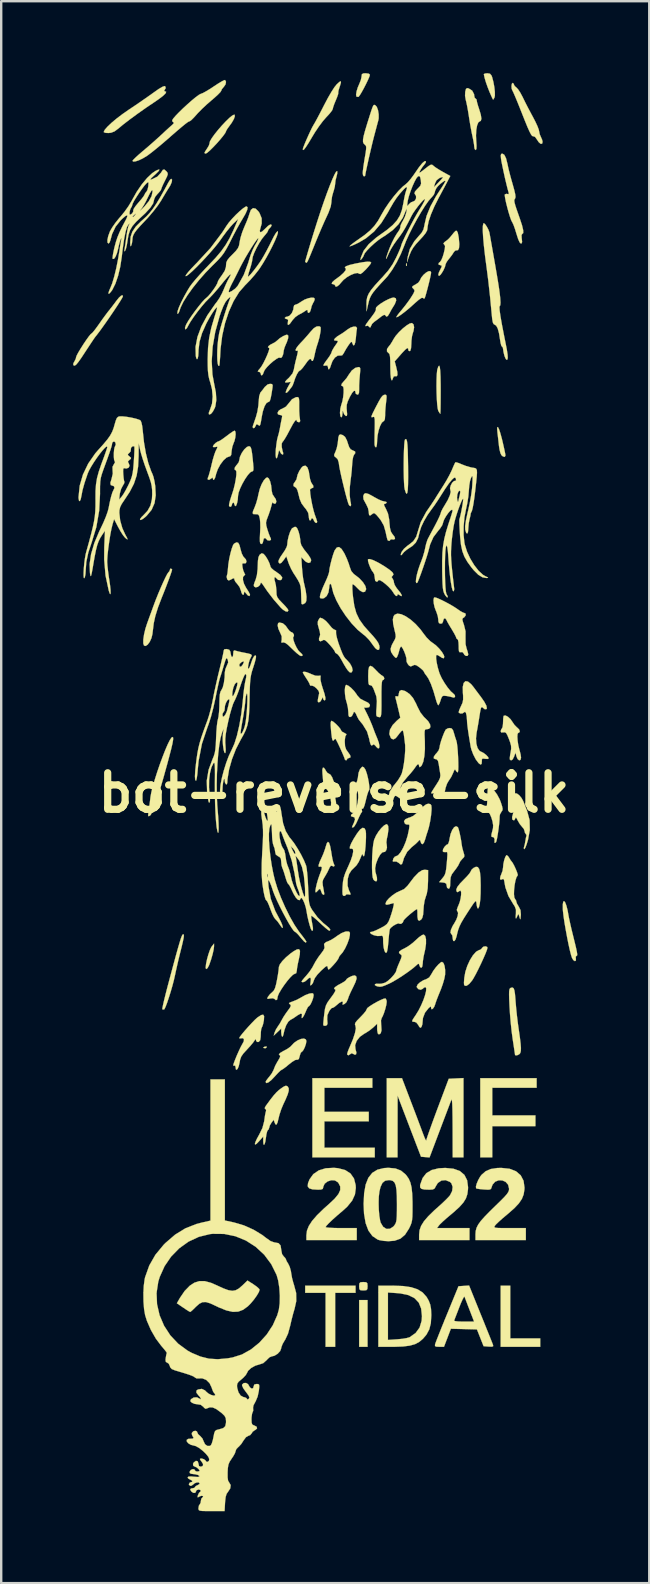
<source format=kicad_pcb>
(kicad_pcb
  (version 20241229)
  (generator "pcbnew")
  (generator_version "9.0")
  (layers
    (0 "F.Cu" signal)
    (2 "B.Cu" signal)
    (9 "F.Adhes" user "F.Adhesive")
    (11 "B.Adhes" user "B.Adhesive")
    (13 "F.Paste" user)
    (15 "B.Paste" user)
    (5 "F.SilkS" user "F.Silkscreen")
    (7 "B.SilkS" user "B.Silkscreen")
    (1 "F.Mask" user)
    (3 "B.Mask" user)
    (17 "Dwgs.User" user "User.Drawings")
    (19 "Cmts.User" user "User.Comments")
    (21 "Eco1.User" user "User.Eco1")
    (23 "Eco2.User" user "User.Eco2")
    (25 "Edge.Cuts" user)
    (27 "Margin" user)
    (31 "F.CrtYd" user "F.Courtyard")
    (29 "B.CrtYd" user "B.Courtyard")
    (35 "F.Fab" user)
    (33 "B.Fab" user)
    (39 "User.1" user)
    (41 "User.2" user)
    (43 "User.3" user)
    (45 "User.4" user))
  (footprint "bot-reverse-silk"
    (layer "F.Cu")
    (at 10.875 30.005)
    (property "Reference" "bot-reverse-silk" (at 0 0 0) (layer "F.SilkS") (effects (font (size 1.524 1.524) (thickness 0.3))))
    (attr through_hole)
    (fp_poly (pts (xy 1.4 23.1) (xy 1.05 23.1) (xy 1.05 21.15) (xy 1.4 21.15) (xy 1.4 23.1)) (stroke (width 0.01) (type solid)) (fill yes) (layer "F.SilkS"))
    (fp_poly (pts (xy 3.034 -22.059) (xy 3.04 -21.981) (xy 3.03 -21.964) (xy 3.007 -21.978) (xy 3.004 -22.029) (xy 3.016 -22.083) (xy 3.034 -22.059)) (stroke (width 0.01) (type solid)) (fill yes) (layer "F.SilkS"))
    (fp_poly (pts (xy 7.35 22.75) (xy 8.6 22.75) (xy 8.6 23.1) (xy 6.95 23.1) (xy 6.95 20.55) (xy 7.35 20.55) (xy 7.35 22.75)) (stroke (width 0.01) (type solid)) (fill yes) (layer "F.SilkS"))
    (fp_poly (pts (xy -2.8 10.602) (xy -2.841 10.645) (xy -2.875 10.65) (xy -2.942 10.639) (xy -2.95 10.63) (xy -2.911 10.598) (xy -2.875 10.582) (xy -2.811 10.581) (xy -2.8 10.602)) (stroke (width 0.01) (type solid)) (fill yes) (layer "F.SilkS"))
    (fp_poly (pts (xy 0.9 20.85) (xy 0.05 20.85) (xy 0.05 23.1) (xy -0.35 23.1) (xy -0.35 20.85) (xy -1.2 20.85) (xy -1.2 20.55) (xy 0.9 20.55) (xy 0.9 20.85)) (stroke (width 0.01) (type solid)) (fill yes) (layer "F.SilkS"))
    (fp_poly (pts (xy 8.45 12.3) (xy 6.6 12.3) (xy 6.6 13.45) (xy 8.4 13.45) (xy 8.4 13.9) (xy 6.6 13.9) (xy 6.6 15.2) (xy 6.1 15.2) (xy 6.1 11.9) (xy 8.45 11.9) (xy 8.45 12.3)) (stroke (width 0.01) (type solid)) (fill yes) (layer "F.SilkS"))
    (fp_poly (pts (xy 1.6 12.3) (xy -0.4 12.3) (xy -0.4 13.3) (xy 1.45 13.3) (xy 1.45 13.7) (xy -0.4 13.7) (xy -0.4 14.8) (xy 1.7 14.8) (xy 1.7 15.2) (xy -0.9 15.2) (xy -0.9 11.9) (xy 1.6 11.9) (xy 1.6 12.3)) (stroke (width 0.01) (type solid)) (fill yes) (layer "F.SilkS"))
    (fp_poly (pts (xy 1.342 20.408) (xy 1.39 20.451) (xy 1.4 20.562) (xy 1.4 20.575) (xy 1.392 20.692) (xy 1.349 20.74) (xy 1.238 20.75) (xy 1.225 20.75) (xy 1.108 20.742) (xy 1.06 20.699) (xy 1.05 20.588) (xy 1.05 20.575) (xy 1.058 20.458) (xy 1.101 20.41) (xy 1.212 20.4) (xy 1.225 20.4) (xy 1.342 20.408)) (stroke (width 0.01) (type solid)) (fill yes) (layer "F.SilkS"))
    (fp_poly (pts (xy -5.001 6.406) (xy -5.018 6.542) (xy -5.062 6.737) (xy -5.125 6.955) (xy -5.196 7.16) (xy -5.207 7.188) (xy -5.266 7.302) (xy -5.318 7.35) (xy -5.347 7.32) (xy -5.35 7.287) (xy -5.334 7.137) (xy -5.293 6.941) (xy -5.236 6.736) (xy -5.173 6.555) (xy -5.114 6.432) (xy -5.105 6.42) (xy -5 6.287) (xy -5.001 6.406)) (stroke (width 0.01) (type solid)) (fill yes) (layer "F.SilkS"))
    (fp_poly (pts (xy 6.841 -15.239) (xy 6.884 -15.152) (xy 6.937 -14.993) (xy 6.998 -14.77) (xy 7.018 -14.688) (xy 7.071 -14.459) (xy 7.114 -14.264) (xy 7.142 -14.123) (xy 7.15 -14.062) (xy 7.121 -14.005) (xy 7.046 -14.023) (xy 6.985 -14.072) (xy 6.942 -14.157) (xy 6.903 -14.308) (xy 6.88 -14.459) (xy 6.856 -14.676) (xy 6.831 -14.895) (xy 6.817 -15.012) (xy 6.803 -15.176) (xy 6.812 -15.25) (xy 6.841 -15.239)) (stroke (width 0.01) (type solid)) (fill yes) (layer "F.SilkS"))
    (fp_poly (pts (xy 6.505 -29.982) (xy 6.568 -29.908) (xy 6.595 -29.837) (xy 6.647 -29.64) (xy 6.686 -29.425) (xy 6.708 -29.224) (xy 6.709 -29.066) (xy 6.693 -28.988) (xy 6.65 -28.916) (xy 6.634 -28.9) (xy 6.61 -28.942) (xy 6.559 -29.053) (xy 6.491 -29.208) (xy 6.489 -29.212) (xy 6.406 -29.423) (xy 6.332 -29.634) (xy 6.278 -29.818) (xy 6.251 -29.945) (xy 6.25 -29.962) (xy 6.293 -29.989) (xy 6.396 -30) (xy 6.505 -29.982)) (stroke (width 0.01) (type solid)) (fill yes) (layer "F.SilkS"))
    (fp_poly (pts (xy 1.451 -29.984) (xy 1.499 -29.94) (xy 1.499 -29.938) (xy 1.477 -29.86) (xy 1.418 -29.724) (xy 1.337 -29.555) (xy 1.245 -29.375) (xy 1.154 -29.21) (xy 1.077 -29.083) (xy 1.027 -29.019) (xy 1.022 -29.016) (xy 0.947 -29.022) (xy 0.937 -29.03) (xy 0.921 -29.107) (xy 0.942 -29.244) (xy 0.993 -29.412) (xy 1.057 -29.561) (xy 1.118 -29.712) (xy 1.149 -29.85) (xy 1.15 -29.873) (xy 1.163 -29.959) (xy 1.221 -29.994) (xy 1.325 -30) (xy 1.451 -29.984)) (stroke (width 0.01) (type solid)) (fill yes) (layer "F.SilkS"))
    (fp_poly (pts (xy 4.413 -17.749) (xy 4.431 -17.597) (xy 4.443 -17.352) (xy 4.449 -17.01) (xy 4.45 -16.8) (xy 4.449 -16.496) (xy 4.447 -16.229) (xy 4.444 -16.015) (xy 4.439 -15.867) (xy 4.434 -15.802) (xy 4.433 -15.8) (xy 4.401 -15.839) (xy 4.348 -15.928) (xy 4.324 -16.024) (xy 4.303 -16.198) (xy 4.288 -16.427) (xy 4.278 -16.688) (xy 4.274 -16.959) (xy 4.277 -17.218) (xy 4.286 -17.442) (xy 4.302 -17.608) (xy 4.313 -17.663) (xy 4.354 -17.779) (xy 4.387 -17.809) (xy 4.413 -17.749)) (stroke (width 0.01) (type solid)) (fill yes) (layer "F.SilkS"))
    (fp_poly (pts (xy 3.025 -14.725) (xy 3.046 -14.648) (xy 3.063 -14.507) (xy 3.075 -14.295) (xy 3.083 -14.002) (xy 3.09 -13.617) (xy 3.09 -13.614) (xy 3.093 -13.192) (xy 3.089 -12.868) (xy 3.078 -12.639) (xy 3.058 -12.505) (xy 3.031 -12.464) (xy 2.995 -12.512) (xy 2.95 -12.649) (xy 2.949 -12.654) (xy 2.932 -12.766) (xy 2.92 -12.949) (xy 2.912 -13.184) (xy 2.907 -13.453) (xy 2.907 -13.738) (xy 2.911 -14.018) (xy 2.918 -14.276) (xy 2.929 -14.492) (xy 2.943 -14.649) (xy 2.96 -14.726) (xy 2.962 -14.729) (xy 2.998 -14.749) (xy 3.025 -14.725)) (stroke (width 0.01) (type solid)) (fill yes) (layer "F.SilkS"))
    (fp_poly (pts (xy 6.384 6.425) (xy 6.4 6.463) (xy 6.378 6.548) (xy 6.32 6.7) (xy 6.234 6.898) (xy 6.132 7.121) (xy 6.022 7.348) (xy 5.916 7.557) (xy 5.822 7.727) (xy 5.762 7.823) (xy 5.641 7.968) (xy 5.537 8.043) (xy 5.503 8.05) (xy 5.451 8.042) (xy 5.425 8.004) (xy 5.419 7.915) (xy 5.431 7.751) (xy 5.434 7.713) (xy 5.478 7.464) (xy 5.56 7.213) (xy 5.669 6.977) (xy 5.794 6.776) (xy 5.924 6.629) (xy 6.049 6.556) (xy 6.082 6.552) (xy 6.148 6.51) (xy 6.168 6.475) (xy 6.226 6.419) (xy 6.313 6.401) (xy 6.384 6.425)) (stroke (width 0.01) (type solid)) (fill yes) (layer "F.SilkS"))
    (fp_poly (pts (xy -6.705 -2.296) (xy -6.708 -2.207) (xy -6.735 -2.05) (xy -6.789 -1.819) (xy -6.87 -1.506) (xy -6.945 -1.225) (xy -7.11 -0.63) (xy -7.255 -0.132) (xy -7.38 0.271) (xy -7.486 0.58) (xy -7.572 0.796) (xy -7.641 0.921) (xy -7.67 0.951) (xy -7.725 0.979) (xy -7.748 0.959) (xy -7.743 0.872) (xy -7.728 0.768) (xy -7.702 0.586) (xy -7.673 0.359) (xy -7.651 0.175) (xy -7.617 -0.015) (xy -7.555 -0.262) (xy -7.471 -0.55) (xy -7.372 -0.862) (xy -7.263 -1.181) (xy -7.149 -1.49) (xy -7.038 -1.774) (xy -6.935 -2.014) (xy -6.846 -2.194) (xy -6.777 -2.297) (xy -6.768 -2.306) (xy -6.726 -2.327) (xy -6.705 -2.296)) (stroke (width 0.01) (type solid)) (fill yes) (layer "F.SilkS"))
    (fp_poly (pts (xy -4.145 -28.272) (xy -4.132 -28.21) (xy -4.173 -28.093) (xy -4.259 -27.942) (xy -4.361 -27.801) (xy -4.445 -27.686) (xy -4.495 -27.6) (xy -4.5 -27.581) (xy -4.533 -27.509) (xy -4.621 -27.388) (xy -4.746 -27.235) (xy -4.892 -27.069) (xy -5.043 -26.91) (xy -5.181 -26.774) (xy -5.289 -26.682) (xy -5.349 -26.65) (xy -5.398 -26.672) (xy -5.4 -26.68) (xy -5.374 -26.736) (xy -5.308 -26.838) (xy -5.288 -26.867) (xy -5.218 -26.984) (xy -5.189 -27.073) (xy -5.19 -27.085) (xy -5.169 -27.167) (xy -5.093 -27.297) (xy -4.975 -27.461) (xy -4.829 -27.643) (xy -4.669 -27.827) (xy -4.508 -27.998) (xy -4.36 -28.141) (xy -4.24 -28.238) (xy -4.16 -28.275) (xy -4.145 -28.272)) (stroke (width 0.01) (type solid)) (fill yes) (layer "F.SilkS"))
    (fp_poly (pts (xy 9.64 4.571) (xy 9.69 4.702) (xy 9.741 4.902) (xy 9.776 5.1) (xy 9.802 5.238) (xy 9.847 5.445) (xy 9.903 5.69) (xy 9.961 5.925) (xy 10.038 6.238) (xy 10.093 6.467) (xy 10.126 6.625) (xy 10.141 6.724) (xy 10.139 6.778) (xy 10.123 6.798) (xy 10.11 6.8) (xy 10.079 6.839) (xy 10.084 6.894) (xy 10.088 6.992) (xy 10.046 7.02) (xy 9.98 6.977) (xy 9.926 6.89) (xy 9.886 6.768) (xy 9.835 6.569) (xy 9.778 6.313) (xy 9.72 6.022) (xy 9.664 5.718) (xy 9.613 5.422) (xy 9.573 5.154) (xy 9.548 4.938) (xy 9.542 4.855) (xy 9.541 4.652) (xy 9.56 4.541) (xy 9.595 4.516) (xy 9.64 4.571)) (stroke (width 0.01) (type solid)) (fill yes) (layer "F.SilkS"))
    (fp_poly (pts (xy -7.037 -29.457) (xy -7.015 -29.384) (xy -7.048 -29.327) (xy -7.083 -29.263) (xy -7.056 -29.25) (xy -6.996 -29.227) (xy -7.022 -29.161) (xy -7.132 -29.054) (xy -7.324 -28.909) (xy -7.487 -28.797) (xy -7.848 -28.554) (xy -8.2 -28.305) (xy -8.524 -28.067) (xy -8.801 -27.853) (xy -8.985 -27.7) (xy -9.147 -27.578) (xy -9.294 -27.521) (xy -9.398 -27.509) (xy -9.524 -27.515) (xy -9.594 -27.541) (xy -9.6 -27.553) (xy -9.56 -27.64) (xy -9.449 -27.769) (xy -9.28 -27.93) (xy -9.066 -28.11) (xy -8.82 -28.297) (xy -8.559 -28.479) (xy -8.294 -28.656) (xy -8.01 -28.851) (xy -7.741 -29.038) (xy -7.532 -29.187) (xy -7.312 -29.342) (xy -7.159 -29.433) (xy -7.067 -29.466) (xy -7.037 -29.457)) (stroke (width 0.01) (type solid)) (fill yes) (layer "F.SilkS"))
    (fp_poly (pts (xy -6.264 5.913) (xy -6.258 5.96) (xy -6.269 6.054) (xy -6.301 6.209) (xy -6.355 6.437) (xy -6.415 6.675) (xy -6.481 6.945) (xy -6.548 7.236) (xy -6.606 7.498) (xy -6.623 7.58) (xy -6.671 7.795) (xy -6.734 8.038) (xy -6.807 8.291) (xy -6.883 8.534) (xy -6.955 8.749) (xy -7.019 8.916) (xy -7.067 9.017) (xy -7.085 9.037) (xy -7.153 9.03) (xy -7.158 9.026) (xy -7.153 8.972) (xy -7.125 8.835) (xy -7.078 8.631) (xy -7.014 8.372) (xy -6.937 8.073) (xy -6.894 7.912) (xy -6.761 7.414) (xy -6.65 7.004) (xy -6.56 6.674) (xy -6.487 6.416) (xy -6.43 6.221) (xy -6.386 6.081) (xy -6.351 5.987) (xy -6.324 5.931) (xy -6.303 5.905) (xy -6.287 5.9) (xy -6.264 5.913)) (stroke (width 0.01) (type solid)) (fill yes) (layer "F.SilkS"))
    (fp_poly (pts (xy -2.134 -7.068) (xy -2.011 -6.962) (xy -1.947 -6.87) (xy -1.865 -6.762) (xy -1.791 -6.703) (xy -1.776 -6.7) (xy -1.714 -6.666) (xy -1.671 -6.595) (xy -1.669 -6.529) (xy -1.689 -6.512) (xy -1.706 -6.46) (xy -1.683 -6.349) (xy -1.632 -6.207) (xy -1.562 -6.06) (xy -1.486 -5.937) (xy -1.429 -5.874) (xy -1.324 -5.775) (xy -1.309 -5.717) (xy -1.373 -5.7) (xy -1.44 -5.734) (xy -1.554 -5.823) (xy -1.694 -5.952) (xy -1.743 -6) (xy -1.908 -6.158) (xy -2.024 -6.246) (xy -2.103 -6.272) (xy -2.127 -6.267) (xy -2.186 -6.257) (xy -2.194 -6.308) (xy -2.18 -6.372) (xy -2.18 -6.526) (xy -2.248 -6.683) (xy -2.319 -6.839) (xy -2.348 -6.976) (xy -2.33 -7.071) (xy -2.279 -7.1) (xy -2.134 -7.068)) (stroke (width 0.01) (type solid)) (fill yes) (layer "F.SilkS"))
    (fp_poly (pts (xy 7.487 8.147) (xy 7.521 8.229) (xy 7.546 8.38) (xy 7.566 8.612) (xy 7.574 8.72) (xy 7.596 8.98) (xy 7.629 9.296) (xy 7.669 9.623) (xy 7.704 9.87) (xy 7.752 10.207) (xy 7.782 10.46) (xy 7.795 10.641) (xy 7.791 10.765) (xy 7.77 10.846) (xy 7.74 10.89) (xy 7.667 10.934) (xy 7.589 10.952) (xy 7.55 10.933) (xy 7.55 10.932) (xy 7.543 10.879) (xy 7.523 10.745) (xy 7.494 10.551) (xy 7.458 10.316) (xy 7.451 10.269) (xy 7.409 9.96) (xy 7.371 9.596) (xy 7.339 9.224) (xy 7.319 8.896) (xy 7.306 8.611) (xy 7.301 8.41) (xy 7.304 8.278) (xy 7.316 8.198) (xy 7.338 8.155) (xy 7.372 8.133) (xy 7.376 8.131) (xy 7.44 8.119) (xy 7.487 8.147)) (stroke (width 0.01) (type solid)) (fill yes) (layer "F.SilkS"))
    (fp_poly (pts (xy -6.751 -25.563) (xy -6.763 -25.467) (xy -6.819 -25.334) (xy -6.867 -25.253) (xy -6.949 -25.124) (xy -7.058 -24.943) (xy -7.176 -24.745) (xy -7.201 -24.701) (xy -7.34 -24.491) (xy -7.527 -24.247) (xy -7.738 -23.999) (xy -7.852 -23.876) (xy -8.064 -23.652) (xy -8.214 -23.483) (xy -8.312 -23.353) (xy -8.37 -23.246) (xy -8.397 -23.147) (xy -8.404 -23.066) (xy -8.422 -22.922) (xy -8.45 -22.825) (xy -8.477 -22.785) (xy -8.491 -22.828) (xy -8.496 -22.948) (xy -8.478 -23.186) (xy -8.406 -23.396) (xy -8.269 -23.6) (xy -8.055 -23.818) (xy -7.972 -23.891) (xy -7.822 -24.029) (xy -7.683 -24.179) (xy -7.546 -24.355) (xy -7.402 -24.569) (xy -7.241 -24.837) (xy -7.054 -25.172) (xy -6.9 -25.457) (xy -6.837 -25.555) (xy -6.789 -25.599) (xy -6.787 -25.599) (xy -6.751 -25.563)) (stroke (width 0.01) (type solid)) (fill yes) (layer "F.SilkS"))
    (fp_poly (pts (xy 1.508 -22.14) (xy 1.55 -22.107) (xy 1.55 -22.101) (xy 1.518 -22.042) (xy 1.433 -21.936) (xy 1.323 -21.814) (xy 1.187 -21.684) (xy 1.101 -21.628) (xy 1.056 -21.641) (xy 1.056 -21.641) (xy 0.983 -21.673) (xy 0.857 -21.652) (xy 0.701 -21.59) (xy 0.54 -21.497) (xy 0.398 -21.385) (xy 0.322 -21.301) (xy 0.213 -21.175) (xy 0.122 -21.108) (xy 0.063 -21.107) (xy 0.05 -21.15) (xy 0.01 -21.194) (xy -0.025 -21.2) (xy -0.093 -21.222) (xy -0.077 -21.283) (xy 0.019 -21.374) (xy 0.062 -21.405) (xy 0.251 -21.545) (xy 0.395 -21.674) (xy 0.481 -21.779) (xy 0.498 -21.846) (xy 0.488 -21.858) (xy 0.451 -21.905) (xy 0.501 -21.954) (xy 0.641 -22.005) (xy 0.876 -22.061) (xy 0.918 -22.07) (xy 1.2 -22.122) (xy 1.394 -22.146) (xy 1.508 -22.14)) (stroke (width 0.01) (type solid)) (fill yes) (layer "F.SilkS"))
    (fp_poly (pts (xy 2.213 1.313) (xy 2.261 1.383) (xy 2.27 1.534) (xy 2.241 1.755) (xy 2.203 1.925) (xy 2.186 2.066) (xy 2.2 2.175) (xy 2.21 2.284) (xy 2.181 2.392) (xy 2.127 2.463) (xy 2.079 2.47) (xy 2.007 2.491) (xy 1.922 2.587) (xy 1.836 2.738) (xy 1.765 2.921) (xy 1.753 2.96) (xy 1.716 3.147) (xy 1.727 3.296) (xy 1.744 3.355) (xy 1.791 3.53) (xy 1.795 3.647) (xy 1.76 3.697) (xy 1.691 3.667) (xy 1.644 3.617) (xy 1.614 3.529) (xy 1.595 3.363) (xy 1.586 3.142) (xy 1.586 2.888) (xy 1.595 2.622) (xy 1.612 2.368) (xy 1.637 2.145) (xy 1.67 1.978) (xy 1.679 1.95) (xy 1.752 1.785) (xy 1.856 1.618) (xy 1.975 1.47) (xy 2.09 1.361) (xy 2.184 1.311) (xy 2.213 1.313)) (stroke (width 0.01) (type solid)) (fill yes) (layer "F.SilkS"))
    (fp_poly (pts (xy -2.585 -17.042) (xy -2.556 -16.997) (xy -2.564 -16.888) (xy -2.568 -16.863) (xy -2.607 -16.614) (xy -2.64 -16.449) (xy -2.669 -16.352) (xy -2.699 -16.308) (xy -2.725 -16.3) (xy -2.813 -16.252) (xy -2.895 -16.115) (xy -2.966 -15.9) (xy -3.009 -15.69) (xy -3.043 -15.487) (xy -3.068 -15.366) (xy -3.091 -15.312) (xy -3.12 -15.308) (xy -3.161 -15.339) (xy -3.168 -15.344) (xy -3.227 -15.371) (xy -3.262 -15.309) (xy -3.264 -15.301) (xy -3.311 -15.219) (xy -3.351 -15.2) (xy -3.39 -15.238) (xy -3.384 -15.287) (xy -3.353 -15.38) (xy -3.301 -15.531) (xy -3.253 -15.671) (xy -3.193 -15.893) (xy -3.152 -16.146) (xy -3.141 -16.293) (xy -3.119 -16.533) (xy -3.071 -16.681) (xy -3.053 -16.704) (xy -2.966 -16.81) (xy -2.885 -16.92) (xy -2.764 -17.027) (xy -2.667 -17.05) (xy -2.585 -17.042)) (stroke (width 0.01) (type solid)) (fill yes) (layer "F.SilkS"))
    (fp_poly (pts (xy 2.581 -20.616) (xy 2.594 -20.522) (xy 2.537 -20.376) (xy 2.487 -20.294) (xy 2.396 -20.146) (xy 2.321 -20.004) (xy 2.313 -19.988) (xy 2.245 -19.879) (xy 2.181 -19.854) (xy 2.138 -19.912) (xy 2.092 -19.93) (xy 1.989 -19.871) (xy 1.962 -19.849) (xy 1.822 -19.741) (xy 1.689 -19.643) (xy 1.678 -19.635) (xy 1.588 -19.55) (xy 1.55 -19.473) (xy 1.522 -19.408) (xy 1.5 -19.4) (xy 1.451 -19.437) (xy 1.45 -19.448) (xy 1.413 -19.476) (xy 1.375 -19.468) (xy 1.319 -19.455) (xy 1.31 -19.481) (xy 1.352 -19.557) (xy 1.451 -19.693) (xy 1.548 -19.818) (xy 1.683 -20.004) (xy 1.749 -20.128) (xy 1.747 -20.183) (xy 1.756 -20.234) (xy 1.835 -20.313) (xy 1.961 -20.406) (xy 2.114 -20.5) (xy 2.271 -20.58) (xy 2.411 -20.635) (xy 2.497 -20.65) (xy 2.581 -20.616)) (stroke (width 0.01) (type solid)) (fill yes) (layer "F.SilkS"))
    (fp_poly (pts (xy -1.417 6.59) (xy -1.425 6.74) (xy -1.466 6.943) (xy -1.509 7.137) (xy -1.539 7.309) (xy -1.55 7.42) (xy -1.574 7.523) (xy -1.64 7.55) (xy -1.713 7.59) (xy -1.82 7.696) (xy -1.947 7.846) (xy -2.078 8.021) (xy -2.198 8.199) (xy -2.292 8.36) (xy -2.344 8.483) (xy -2.35 8.519) (xy -2.371 8.623) (xy -2.422 8.648) (xy -2.477 8.597) (xy -2.547 8.568) (xy -2.659 8.577) (xy -2.759 8.594) (xy -2.782 8.57) (xy -2.755 8.51) (xy -2.675 8.405) (xy -2.578 8.317) (xy -2.511 8.249) (xy -2.458 8.145) (xy -2.412 7.982) (xy -2.375 7.8) (xy -2.338 7.592) (xy -2.311 7.409) (xy -2.298 7.285) (xy -2.297 7.262) (xy -2.259 7.158) (xy -2.155 7.018) (xy -2.001 6.86) (xy -1.815 6.703) (xy -1.685 6.61) (xy -1.544 6.531) (xy -1.456 6.522) (xy -1.417 6.59)) (stroke (width 0.01) (type solid)) (fill yes) (layer "F.SilkS"))
    (fp_poly (pts (xy -0.837 -20.638) (xy -0.8 -20.593) (xy -0.827 -20.499) (xy -0.871 -20.421) (xy -0.93 -20.294) (xy -0.958 -20.177) (xy -0.989 -20.075) (xy -1.037 -20.015) (xy -1.082 -20.012) (xy -1.1 -20.077) (xy -1.107 -20.133) (xy -1.147 -20.125) (xy -1.212 -20.08) (xy -1.341 -19.999) (xy -1.483 -19.925) (xy -1.614 -19.833) (xy -1.733 -19.701) (xy -1.749 -19.676) (xy -1.839 -19.553) (xy -1.903 -19.505) (xy -1.932 -19.535) (xy -1.921 -19.625) (xy -1.912 -19.72) (xy -1.961 -19.75) (xy -1.97 -19.75) (xy -2.04 -19.775) (xy -2.05 -19.8) (xy -2.008 -19.841) (xy -1.951 -19.85) (xy -1.847 -19.894) (xy -1.755 -20.005) (xy -1.696 -20.149) (xy -1.688 -20.226) (xy -1.661 -20.326) (xy -1.611 -20.35) (xy -1.525 -20.379) (xy -1.405 -20.451) (xy -1.364 -20.48) (xy -1.227 -20.562) (xy -1.076 -20.618) (xy -0.938 -20.646) (xy -0.837 -20.638)) (stroke (width 0.01) (type solid)) (fill yes) (layer "F.SilkS"))
    (fp_poly (pts (xy 5.615 -29.37) (xy 5.764 -29.276) (xy 5.842 -29.125) (xy 5.848 -29.062) (xy 5.869 -28.975) (xy 5.9 -28.95) (xy 5.944 -28.909) (xy 5.95 -28.874) (xy 5.966 -28.788) (xy 6.007 -28.643) (xy 6.05 -28.513) (xy 6.122 -28.274) (xy 6.147 -28.106) (xy 6.123 -28.015) (xy 6.087 -28) (xy 6.02 -27.953) (xy 5.968 -27.826) (xy 5.934 -27.636) (xy 5.922 -27.402) (xy 5.931 -27.198) (xy 5.944 -26.981) (xy 5.939 -26.852) (xy 5.915 -26.802) (xy 5.907 -26.8) (xy 5.864 -26.843) (xy 5.85 -26.922) (xy 5.839 -27.035) (xy 5.81 -27.204) (xy 5.777 -27.359) (xy 5.737 -27.55) (xy 5.691 -27.799) (xy 5.646 -28.067) (xy 5.626 -28.2) (xy 5.588 -28.438) (xy 5.548 -28.655) (xy 5.512 -28.823) (xy 5.494 -28.891) (xy 5.465 -29.061) (xy 5.473 -29.231) (xy 5.503 -29.345) (xy 5.549 -29.382) (xy 5.615 -29.37)) (stroke (width 0.01) (type solid)) (fill yes) (layer "F.SilkS"))
    (fp_poly (pts (xy -6.751 -9.314) (xy -6.75 -9.303) (xy -6.767 -9.236) (xy -6.814 -9.096) (xy -6.883 -8.904) (xy -6.967 -8.68) (xy -7.057 -8.446) (xy -7.147 -8.22) (xy -7.176 -8.15) (xy -7.335 -7.734) (xy -7.449 -7.368) (xy -7.515 -7.068) (xy -7.52 -7.025) (xy -7.542 -6.842) (xy -7.563 -6.674) (xy -7.569 -6.621) (xy -7.61 -6.45) (xy -7.68 -6.296) (xy -7.765 -6.18) (xy -7.85 -6.121) (xy -7.92 -6.137) (xy -7.951 -6.228) (xy -7.95 -6.39) (xy -7.919 -6.601) (xy -7.863 -6.839) (xy -7.795 -7.05) (xy -7.707 -7.294) (xy -7.613 -7.551) (xy -7.533 -7.773) (xy -7.521 -7.804) (xy -7.429 -8.049) (xy -7.326 -8.306) (xy -7.218 -8.56) (xy -7.115 -8.792) (xy -7.023 -8.986) (xy -6.951 -9.124) (xy -6.906 -9.189) (xy -6.902 -9.191) (xy -6.854 -9.249) (xy -6.85 -9.279) (xy -6.822 -9.343) (xy -6.8 -9.35) (xy -6.751 -9.314)) (stroke (width 0.01) (type solid)) (fill yes) (layer "F.SilkS"))
    (fp_poly (pts (xy -0.354 -0.953) (xy -0.341 -0.925) (xy -0.277 -0.833) (xy -0.218 -0.8) (xy -0.146 -0.756) (xy -0.075 -0.645) (xy -0.021 -0.501) (xy 0 -0.357) (xy 0.019 -0.243) (xy 0.062 -0.183) (xy 0.096 -0.149) (xy 0.055 -0.109) (xy 0.016 -0.06) (xy 0.013 0.026) (xy 0.043 0.167) (xy 0.081 0.361) (xy 0.097 0.538) (xy 0.092 0.675) (xy 0.064 0.745) (xy 0.05 0.75) (xy 0.001 0.713) (xy 0 0.702) (xy -0.037 0.675) (xy -0.081 0.684) (xy -0.133 0.69) (xy -0.141 0.636) (xy -0.127 0.558) (xy -0.119 0.407) (xy -0.145 0.227) (xy -0.196 0.05) (xy -0.262 -0.096) (xy -0.335 -0.179) (xy -0.353 -0.186) (xy -0.427 -0.241) (xy -0.449 -0.366) (xy -0.449 -0.368) (xy -0.455 -0.512) (xy -0.47 -0.698) (xy -0.479 -0.787) (xy -0.486 -0.955) (xy -0.464 -1.043) (xy -0.418 -1.044) (xy -0.354 -0.953)) (stroke (width 0.01) (type solid)) (fill yes) (layer "F.SilkS"))
    (fp_poly (pts (xy 1.602 -5.258) (xy 1.725 -5.14) (xy 1.747 -5.116) (xy 1.864 -4.996) (xy 1.969 -4.909) (xy 2.013 -4.884) (xy 2.079 -4.829) (xy 2.099 -4.756) (xy 2.064 -4.705) (xy 2.038 -4.7) (xy 2.013 -4.675) (xy 1.995 -4.593) (xy 1.984 -4.443) (xy 1.979 -4.214) (xy 1.979 -3.925) (xy 1.98 -3.63) (xy 1.977 -3.421) (xy 1.97 -3.283) (xy 1.956 -3.201) (xy 1.934 -3.162) (xy 1.903 -3.15) (xy 1.894 -3.15) (xy 1.802 -3.176) (xy 1.774 -3.201) (xy 1.763 -3.275) (xy 1.764 -3.416) (xy 1.777 -3.577) (xy 1.789 -3.822) (xy 1.768 -4.01) (xy 1.756 -4.05) (xy 1.695 -4.215) (xy 1.644 -4.351) (xy 1.578 -4.461) (xy 1.508 -4.488) (xy 1.467 -4.496) (xy 1.443 -4.548) (xy 1.431 -4.663) (xy 1.427 -4.859) (xy 1.427 -4.869) (xy 1.434 -5.104) (xy 1.462 -5.244) (xy 1.516 -5.294) (xy 1.602 -5.258)) (stroke (width 0.01) (type solid)) (fill yes) (layer "F.SilkS"))
    (fp_poly (pts (xy 2.181 -16.582) (xy 2.194 -16.515) (xy 2.184 -16.378) (xy 2.173 -16.288) (xy 2.15 -16.073) (xy 2.135 -15.856) (xy 2.133 -15.74) (xy 2.123 -15.578) (xy 2.086 -15.501) (xy 2.062 -15.49) (xy 1.994 -15.431) (xy 1.925 -15.298) (xy 1.864 -15.117) (xy 1.82 -14.912) (xy 1.8 -14.711) (xy 1.8 -14.688) (xy 1.792 -14.533) (xy 1.772 -14.429) (xy 1.75 -14.4) (xy 1.708 -14.443) (xy 1.693 -14.512) (xy 1.691 -14.608) (xy 1.692 -14.777) (xy 1.695 -14.993) (xy 1.699 -15.163) (xy 1.702 -15.401) (xy 1.7 -15.555) (xy 1.688 -15.64) (xy 1.666 -15.674) (xy 1.631 -15.67) (xy 1.63 -15.67) (xy 1.58 -15.656) (xy 1.559 -15.67) (xy 1.572 -15.727) (xy 1.622 -15.84) (xy 1.714 -16.023) (xy 1.762 -16.115) (xy 1.876 -16.331) (xy 1.959 -16.472) (xy 2.025 -16.553) (xy 2.084 -16.59) (xy 2.145 -16.599) (xy 2.181 -16.582)) (stroke (width 0.01) (type solid)) (fill yes) (layer "F.SilkS"))
    (fp_poly (pts (xy 2.871 20.566) (xy 3.215 20.615) (xy 3.487 20.704) (xy 3.699 20.837) (xy 3.861 21.019) (xy 3.949 21.173) (xy 4.013 21.337) (xy 4.047 21.521) (xy 4.058 21.762) (xy 4.058 21.791) (xy 4.039 22.115) (xy 3.974 22.373) (xy 3.855 22.594) (xy 3.711 22.764) (xy 3.558 22.894) (xy 3.381 22.989) (xy 3.161 23.051) (xy 2.882 23.087) (xy 2.525 23.1) (xy 2.441 23.1) (xy 1.85 23.1) (xy 1.85 22.814) (xy 2.25 22.814) (xy 2.644 22.787) (xy 2.848 22.767) (xy 3.027 22.737) (xy 3.146 22.704) (xy 3.156 22.699) (xy 3.405 22.524) (xy 3.57 22.298) (xy 3.655 22.016) (xy 3.668 21.821) (xy 3.635 21.506) (xy 3.534 21.257) (xy 3.359 21.072) (xy 3.106 20.945) (xy 2.773 20.875) (xy 2.648 20.863) (xy 2.25 20.836) (xy 2.25 22.814) (xy 1.85 22.814) (xy 1.85 20.55) (xy 2.442 20.55) (xy 2.871 20.566)) (stroke (width 0.01) (type solid)) (fill yes) (layer "F.SilkS"))
    (fp_poly (pts (xy 4.05 -21.695) (xy 4.05 -21.687) (xy 4.038 -21.606) (xy 4.007 -21.46) (xy 3.963 -21.274) (xy 3.912 -21.072) (xy 3.861 -20.88) (xy 3.817 -20.723) (xy 3.784 -20.626) (xy 3.775 -20.609) (xy 3.727 -20.614) (xy 3.709 -20.636) (xy 3.654 -20.635) (xy 3.538 -20.558) (xy 3.363 -20.406) (xy 3.349 -20.393) (xy 3.162 -20.225) (xy 2.981 -20.074) (xy 2.82 -19.95) (xy 2.694 -19.864) (xy 2.617 -19.827) (xy 2.6 -19.836) (xy 2.631 -19.892) (xy 2.711 -19.998) (xy 2.818 -20.126) (xy 2.97 -20.314) (xy 3.129 -20.529) (xy 3.216 -20.658) (xy 3.311 -20.813) (xy 3.354 -20.909) (xy 3.352 -20.967) (xy 3.323 -21.001) (xy 3.26 -21.07) (xy 3.276 -21.124) (xy 3.379 -21.183) (xy 3.398 -21.191) (xy 3.511 -21.266) (xy 3.576 -21.353) (xy 3.638 -21.48) (xy 3.732 -21.596) (xy 3.839 -21.689) (xy 3.94 -21.745) (xy 4.017 -21.752) (xy 4.05 -21.695)) (stroke (width 0.01) (type solid)) (fill yes) (layer "F.SilkS"))
    (fp_poly (pts (xy -3.353 20.498) (xy -3.218 20.594) (xy -3.127 20.677) (xy -3.1 20.72) (xy -3.132 20.818) (xy -3.216 20.962) (xy -3.334 21.127) (xy -3.469 21.289) (xy -3.589 21.41) (xy -3.786 21.555) (xy -3.991 21.633) (xy -4.217 21.643) (xy -4.481 21.585) (xy -4.796 21.459) (xy -4.927 21.396) (xy -5.163 21.287) (xy -5.34 21.234) (xy -5.481 21.239) (xy -5.613 21.304) (xy -5.759 21.433) (xy -5.803 21.478) (xy -5.906 21.578) (xy -5.979 21.639) (xy -5.997 21.647) (xy -6.05 21.619) (xy -6.16 21.55) (xy -6.288 21.464) (xy -6.551 21.285) (xy -6.419 21.055) (xy -6.226 20.772) (xy -6.013 20.553) (xy -5.822 20.427) (xy -5.612 20.361) (xy -5.387 20.362) (xy -5.127 20.432) (xy -4.899 20.531) (xy -4.619 20.66) (xy -4.405 20.739) (xy -4.238 20.766) (xy -4.098 20.742) (xy -3.964 20.667) (xy -3.817 20.54) (xy -3.791 20.515) (xy -3.606 20.336) (xy -3.353 20.498)) (stroke (width 0.01) (type solid)) (fill yes) (layer "F.SilkS"))
    (fp_poly (pts (xy -1.154 -5.033) (xy -1 -4.974) (xy -0.945 -4.948) (xy -0.776 -4.883) (xy -0.646 -4.876) (xy -0.64 -4.878) (xy -0.564 -4.889) (xy -0.556 -4.834) (xy -0.563 -4.806) (xy -0.561 -4.708) (xy -0.528 -4.55) (xy -0.473 -4.367) (xy -0.471 -4.363) (xy -0.392 -4.12) (xy -0.357 -3.959) (xy -0.363 -3.871) (xy -0.4 -3.85) (xy -0.444 -3.891) (xy -0.453 -3.938) (xy -0.462 -3.986) (xy -0.489 -3.944) (xy -0.5 -3.918) (xy -0.563 -3.809) (xy -0.629 -3.768) (xy -0.67 -3.791) (xy -0.675 -3.863) (xy -0.653 -3.988) (xy -0.644 -4.023) (xy -0.617 -4.155) (xy -0.639 -4.246) (xy -0.722 -4.347) (xy -0.727 -4.352) (xy -0.829 -4.436) (xy -0.916 -4.468) (xy -0.931 -4.466) (xy -0.991 -4.47) (xy -1 -4.492) (xy -1.026 -4.561) (xy -1.093 -4.679) (xy -1.15 -4.767) (xy -1.234 -4.897) (xy -1.288 -4.991) (xy -1.3 -5.02) (xy -1.26 -5.05) (xy -1.154 -5.033)) (stroke (width 0.01) (type solid)) (fill yes) (layer "F.SilkS"))
    (fp_poly (pts (xy 0.136 -25.911) (xy 0.137 -25.823) (xy 0.106 -25.697) (xy 0.105 -25.691) (xy 0.065 -25.535) (xy 0.05 -25.399) (xy 0.033 -25.267) (xy -0.011 -25.1) (xy -0.03 -25.044) (xy -0.08 -24.862) (xy -0.105 -24.679) (xy -0.105 -24.636) (xy -0.134 -24.449) (xy -0.227 -24.191) (xy -0.298 -24.036) (xy -0.4 -23.815) (xy -0.521 -23.54) (xy -0.644 -23.251) (xy -0.727 -23.05) (xy -0.857 -22.731) (xy -0.954 -22.492) (xy -1.025 -22.323) (xy -1.074 -22.211) (xy -1.107 -22.145) (xy -1.13 -22.112) (xy -1.148 -22.101) (xy -1.158 -22.1) (xy -1.199 -22.138) (xy -1.2 -22.148) (xy -1.186 -22.207) (xy -1.146 -22.348) (xy -1.085 -22.557) (xy -1.007 -22.82) (xy -0.915 -23.123) (xy -0.85 -23.335) (xy -0.704 -23.798) (xy -0.561 -24.238) (xy -0.422 -24.645) (xy -0.291 -25.01) (xy -0.171 -25.326) (xy -0.066 -25.584) (xy 0.021 -25.775) (xy 0.087 -25.891) (xy 0.128 -25.923) (xy 0.136 -25.911)) (stroke (width 0.01) (type solid)) (fill yes) (layer "F.SilkS"))
    (fp_poly (pts (xy 7.496 -29.56) (xy 7.5 -29.537) (xy 7.538 -29.464) (xy 7.604 -29.409) (xy 7.675 -29.334) (xy 7.767 -29.194) (xy 7.862 -29.018) (xy 7.879 -28.984) (xy 7.982 -28.773) (xy 8.113 -28.519) (xy 8.248 -28.265) (xy 8.297 -28.175) (xy 8.402 -27.972) (xy 8.486 -27.79) (xy 8.538 -27.652) (xy 8.549 -27.6) (xy 8.578 -27.46) (xy 8.625 -27.35) (xy 8.679 -27.227) (xy 8.698 -27.137) (xy 8.676 -27.061) (xy 8.615 -27.06) (xy 8.536 -27.128) (xy 8.472 -27.225) (xy 8.382 -27.349) (xy 8.301 -27.375) (xy 8.3 -27.375) (xy 8.264 -27.386) (xy 8.218 -27.445) (xy 8.156 -27.562) (xy 8.073 -27.746) (xy 7.966 -28.007) (xy 7.854 -28.288) (xy 7.74 -28.576) (xy 7.636 -28.833) (xy 7.548 -29.044) (xy 7.483 -29.194) (xy 7.446 -29.268) (xy 7.443 -29.273) (xy 7.41 -29.351) (xy 7.401 -29.461) (xy 7.415 -29.558) (xy 7.45 -29.6) (xy 7.45 -29.6) (xy 7.496 -29.56)) (stroke (width 0.01) (type solid)) (fill yes) (layer "F.SilkS"))
    (fp_poly (pts (xy -1.906 -19.06) (xy -1.911 -18.951) (xy -1.966 -18.786) (xy -2 -18.712) (xy -2.062 -18.562) (xy -2.097 -18.432) (xy -2.1 -18.399) (xy -2.117 -18.288) (xy -2.157 -18.188) (xy -2.205 -18.13) (xy -2.243 -18.139) (xy -2.297 -18.144) (xy -2.399 -18.091) (xy -2.528 -17.997) (xy -2.664 -17.879) (xy -2.789 -17.753) (xy -2.883 -17.637) (xy -2.924 -17.552) (xy -2.964 -17.447) (xy -3.01 -17.4) (xy -3.044 -17.425) (xy -3.05 -17.475) (xy -3.091 -17.539) (xy -3.134 -17.55) (xy -3.177 -17.563) (xy -3.155 -17.613) (xy -3.09 -17.688) (xy -3.02 -17.783) (xy -2.939 -17.924) (xy -2.856 -18.091) (xy -2.781 -18.259) (xy -2.724 -18.406) (xy -2.696 -18.511) (xy -2.705 -18.55) (xy -2.754 -18.572) (xy -2.731 -18.624) (xy -2.649 -18.686) (xy -2.587 -18.717) (xy -2.454 -18.788) (xy -2.356 -18.868) (xy -2.354 -18.871) (xy -2.256 -18.956) (xy -2.123 -19.038) (xy -1.999 -19.092) (xy -1.952 -19.1) (xy -1.906 -19.06)) (stroke (width 0.01) (type solid)) (fill yes) (layer "F.SilkS"))
    (fp_poly (pts (xy -0.03 -2.965) (xy 0.071 -2.879) (xy 0.179 -2.77) (xy 0.264 -2.667) (xy 0.3 -2.596) (xy 0.3 -2.595) (xy 0.341 -2.545) (xy 0.438 -2.493) (xy 0.516 -2.449) (xy 0.516 -2.416) (xy 0.512 -2.415) (xy 0.472 -2.35) (xy 0.452 -2.201) (xy 0.45 -2.125) (xy 0.462 -1.938) (xy 0.508 -1.804) (xy 0.575 -1.709) (xy 0.674 -1.569) (xy 0.693 -1.482) (xy 0.631 -1.45) (xy 0.625 -1.45) (xy 0.558 -1.423) (xy 0.55 -1.4) (xy 0.512 -1.351) (xy 0.5 -1.35) (xy 0.452 -1.389) (xy 0.45 -1.404) (xy 0.43 -1.466) (xy 0.378 -1.592) (xy 0.307 -1.755) (xy 0.227 -1.929) (xy 0.152 -2.087) (xy 0.092 -2.203) (xy 0.065 -2.249) (xy 0.026 -2.235) (xy 0.004 -2.206) (xy -0.033 -2.168) (xy -0.062 -2.193) (xy -0.086 -2.293) (xy -0.11 -2.478) (xy -0.123 -2.612) (xy -0.138 -2.82) (xy -0.135 -2.942) (xy -0.113 -2.995) (xy -0.098 -3) (xy -0.03 -2.965)) (stroke (width 0.01) (type solid)) (fill yes) (layer "F.SilkS"))
    (fp_poly (pts (xy 0.29 -29.609) (xy 0.248 -29.467) (xy 0.229 -29.411) (xy 0.19 -29.282) (xy 0.177 -29.199) (xy 0.181 -29.186) (xy 0.174 -29.132) (xy 0.134 -29.014) (xy 0.077 -28.875) (xy 0.01 -28.712) (xy -0.036 -28.578) (xy -0.05 -28.513) (xy -0.083 -28.444) (xy -0.172 -28.329) (xy -0.297 -28.192) (xy -0.316 -28.173) (xy -0.459 -28.009) (xy -0.627 -27.785) (xy -0.798 -27.53) (xy -0.904 -27.355) (xy -1.06 -27.093) (xy -1.174 -26.917) (xy -1.25 -26.82) (xy -1.29 -26.8) (xy -1.3 -26.835) (xy -1.28 -26.905) (xy -1.227 -27.041) (xy -1.153 -27.217) (xy -1.067 -27.41) (xy -0.982 -27.595) (xy -0.907 -27.748) (xy -0.853 -27.845) (xy -0.85 -27.85) (xy -0.798 -27.937) (xy -0.711 -28.095) (xy -0.6 -28.305) (xy -0.475 -28.547) (xy -0.41 -28.675) (xy -0.254 -28.97) (xy -0.107 -29.224) (xy 0.02 -29.421) (xy 0.119 -29.544) (xy 0.122 -29.547) (xy 0.231 -29.644) (xy 0.285 -29.667) (xy 0.29 -29.609)) (stroke (width 0.01) (type solid)) (fill yes) (layer "F.SilkS"))
    (fp_poly (pts (xy 6.565 -0.207) (xy 6.683 -0.092) (xy 6.802 0.074) (xy 6.906 0.267) (xy 6.955 0.392) (xy 7.01 0.564) (xy 7.032 0.669) (xy 7.022 0.736) (xy 6.983 0.791) (xy 6.921 0.902) (xy 6.908 0.976) (xy 6.903 1.114) (xy 6.887 1.301) (xy 6.862 1.511) (xy 6.831 1.719) (xy 6.8 1.898) (xy 6.771 2.024) (xy 6.752 2.068) (xy 6.703 2.09) (xy 6.694 2.072) (xy 6.694 1.984) (xy 6.697 1.938) (xy 6.668 1.863) (xy 6.622 1.85) (xy 6.564 1.827) (xy 6.565 1.742) (xy 6.569 1.725) (xy 6.607 1.572) (xy 6.631 1.473) (xy 6.636 1.35) (xy 6.61 1.193) (xy 6.562 1.031) (xy 6.503 0.894) (xy 6.442 0.811) (xy 6.414 0.8) (xy 6.366 0.779) (xy 6.356 0.701) (xy 6.368 0.613) (xy 6.384 0.461) (xy 6.396 0.259) (xy 6.399 0.087) (xy 6.406 -0.108) (xy 6.427 -0.216) (xy 6.465 -0.25) (xy 6.465 -0.25) (xy 6.565 -0.207)) (stroke (width 0.01) (type solid)) (fill yes) (layer "F.SilkS"))
    (fp_poly (pts (xy 7.627 0.03) (xy 7.725 0.103) (xy 7.822 0.22) (xy 7.897 0.359) (xy 7.9 0.367) (xy 7.957 0.514) (xy 8.027 0.691) (xy 8.051 0.75) (xy 8.156 1.137) (xy 8.165 1.554) (xy 8.09 1.962) (xy 8.035 2.143) (xy 7.984 2.278) (xy 7.944 2.346) (xy 7.937 2.35) (xy 7.913 2.313) (xy 7.924 2.263) (xy 7.955 2.152) (xy 7.98 2.008) (xy 7.981 2.006) (xy 8.002 1.879) (xy 8.025 1.8) (xy 8.027 1.797) (xy 8.017 1.739) (xy 8.001 1.726) (xy 7.957 1.654) (xy 7.95 1.605) (xy 7.915 1.507) (xy 7.843 1.42) (xy 7.75 1.308) (xy 7.665 1.163) (xy 7.659 1.15) (xy 7.606 1.047) (xy 7.573 1.034) (xy 7.562 1.062) (xy 7.525 1.137) (xy 7.499 1.15) (xy 7.434 1.112) (xy 7.428 1.006) (xy 7.455 0.917) (xy 7.482 0.795) (xy 7.499 0.613) (xy 7.503 0.417) (xy 7.506 0.211) (xy 7.525 0.074) (xy 7.551 0.024) (xy 7.627 0.03)) (stroke (width 0.01) (type solid)) (fill yes) (layer "F.SilkS"))
    (fp_poly (pts (xy 1.719 -28.67) (xy 1.722 -28.669) (xy 1.786 -28.599) (xy 1.836 -28.462) (xy 1.864 -28.292) (xy 1.864 -28.124) (xy 1.851 -28.047) (xy 1.817 -27.923) (xy 1.767 -27.734) (xy 1.708 -27.512) (xy 1.678 -27.4) (xy 1.632 -27.221) (xy 1.577 -26.994) (xy 1.517 -26.738) (xy 1.456 -26.475) (xy 1.4 -26.223) (xy 1.352 -26.003) (xy 1.318 -25.835) (xy 1.301 -25.738) (xy 1.3 -25.726) (xy 1.261 -25.701) (xy 1.25 -25.7) (xy 1.213 -25.743) (xy 1.199 -25.837) (xy 1.207 -25.945) (xy 1.23 -26.122) (xy 1.262 -26.339) (xy 1.284 -26.469) (xy 1.322 -26.694) (xy 1.341 -26.842) (xy 1.343 -26.932) (xy 1.326 -26.984) (xy 1.29 -27.02) (xy 1.285 -27.024) (xy 1.236 -27.072) (xy 1.211 -27.14) (xy 1.212 -27.242) (xy 1.239 -27.391) (xy 1.296 -27.604) (xy 1.383 -27.893) (xy 1.406 -27.967) (xy 1.494 -28.246) (xy 1.557 -28.444) (xy 1.602 -28.572) (xy 1.635 -28.646) (xy 1.661 -28.678) (xy 1.687 -28.682) (xy 1.719 -28.67)) (stroke (width 0.01) (type solid)) (fill yes) (layer "F.SilkS"))
    (fp_poly (pts (xy 5.162 -23.353) (xy 5.195 -23.186) (xy 5.206 -23.112) (xy 5.226 -22.878) (xy 5.214 -22.712) (xy 5.173 -22.626) (xy 5.12 -22.62) (xy 5.048 -22.602) (xy 4.993 -22.536) (xy 4.923 -22.427) (xy 4.821 -22.294) (xy 4.793 -22.261) (xy 4.704 -22.142) (xy 4.654 -22.041) (xy 4.65 -22.018) (xy 4.627 -21.927) (xy 4.568 -21.795) (xy 4.541 -21.744) (xy 4.454 -21.611) (xy 4.389 -21.553) (xy 4.355 -21.575) (xy 4.352 -21.613) (xy 4.376 -21.7) (xy 4.425 -21.8) (xy 4.486 -21.923) (xy 4.487 -21.983) (xy 4.428 -22) (xy 4.425 -22) (xy 4.358 -22.027) (xy 4.367 -22.088) (xy 4.423 -22.136) (xy 4.472 -22.203) (xy 4.53 -22.337) (xy 4.578 -22.495) (xy 4.619 -22.673) (xy 4.631 -22.78) (xy 4.614 -22.838) (xy 4.592 -22.859) (xy 4.562 -22.904) (xy 4.61 -22.962) (xy 4.648 -22.99) (xy 4.727 -23.048) (xy 4.796 -23.112) (xy 4.879 -23.207) (xy 4.993 -23.35) (xy 5.068 -23.427) (xy 5.121 -23.431) (xy 5.162 -23.353)) (stroke (width 0.01) (type solid)) (fill yes) (layer "F.SilkS"))
    (fp_poly (pts (xy -8.8 -20.702) (xy -8.828 -20.64) (xy -8.903 -20.513) (xy -9.016 -20.336) (xy -9.156 -20.124) (xy -9.313 -19.892) (xy -9.476 -19.656) (xy -9.635 -19.432) (xy -9.778 -19.234) (xy -9.896 -19.079) (xy -9.949 -19.015) (xy -9.994 -18.952) (xy -10.081 -18.823) (xy -10.2 -18.644) (xy -10.338 -18.434) (xy -10.375 -18.377) (xy -10.538 -18.129) (xy -10.659 -17.959) (xy -10.745 -17.855) (xy -10.805 -17.811) (xy -10.847 -17.815) (xy -10.87 -17.843) (xy -10.864 -17.911) (xy -10.825 -17.98) (xy -10.767 -18.093) (xy -10.752 -18.164) (xy -10.725 -18.237) (xy -10.656 -18.366) (xy -10.557 -18.53) (xy -10.444 -18.708) (xy -10.328 -18.88) (xy -10.224 -19.025) (xy -10.145 -19.121) (xy -10.108 -19.15) (xy -10.064 -19.189) (xy -9.979 -19.292) (xy -9.868 -19.442) (xy -9.8 -19.538) (xy -9.663 -19.733) (xy -9.528 -19.918) (xy -9.418 -20.063) (xy -9.388 -20.1) (xy -9.27 -20.249) (xy -9.137 -20.424) (xy -9.085 -20.496) (xy -8.965 -20.645) (xy -8.872 -20.729) (xy -8.814 -20.742) (xy -8.8 -20.702)) (stroke (width 0.01) (type solid)) (fill yes) (layer "F.SilkS"))
    (fp_poly (pts (xy 0.357 -14.917) (xy 0.373 -14.91) (xy 0.465 -14.835) (xy 0.539 -14.693) (xy 0.575 -14.582) (xy 0.633 -14.414) (xy 0.694 -14.322) (xy 0.774 -14.28) (xy 0.777 -14.279) (xy 0.88 -14.231) (xy 0.887 -14.159) (xy 0.836 -14.091) (xy 0.801 -14.009) (xy 0.773 -13.861) (xy 0.759 -13.7) (xy 0.743 -13.465) (xy 0.717 -13.213) (xy 0.698 -13.075) (xy 0.659 -12.73) (xy 0.655 -12.418) (xy 0.683 -12.165) (xy 0.697 -12.112) (xy 0.714 -11.999) (xy 0.692 -11.948) (xy 0.643 -11.975) (xy 0.623 -12.004) (xy 0.59 -12.087) (xy 0.542 -12.247) (xy 0.483 -12.463) (xy 0.42 -12.714) (xy 0.356 -12.979) (xy 0.297 -13.236) (xy 0.248 -13.465) (xy 0.215 -13.645) (xy 0.201 -13.755) (xy 0.201 -13.76) (xy 0.155 -13.905) (xy 0.089 -13.972) (xy 0.018 -14.03) (xy 0.006 -14.088) (xy 0.046 -14.186) (xy 0.06 -14.213) (xy 0.113 -14.361) (xy 0.154 -14.55) (xy 0.164 -14.639) (xy 0.184 -14.82) (xy 0.215 -14.916) (xy 0.269 -14.943) (xy 0.357 -14.917)) (stroke (width 0.01) (type solid)) (fill yes) (layer "F.SilkS"))
    (fp_poly (pts (xy 1.636 -9.7) (xy 1.829 -9.606) (xy 2.061 -9.471) (xy 2.115 -9.437) (xy 2.322 -9.295) (xy 2.443 -9.188) (xy 2.483 -9.108) (xy 2.448 -9.049) (xy 2.44 -9.044) (xy 2.401 -8.996) (xy 2.438 -8.942) (xy 2.488 -8.844) (xy 2.5 -8.765) (xy 2.532 -8.664) (xy 2.615 -8.531) (xy 2.682 -8.449) (xy 2.776 -8.33) (xy 2.825 -8.242) (xy 2.824 -8.199) (xy 2.771 -8.215) (xy 2.726 -8.249) (xy 2.663 -8.283) (xy 2.65 -8.256) (xy 2.626 -8.201) (xy 2.569 -8.221) (xy 2.499 -8.305) (xy 2.481 -8.338) (xy 2.404 -8.449) (xy 2.294 -8.571) (xy 2.166 -8.689) (xy 2.041 -8.789) (xy 1.934 -8.855) (xy 1.866 -8.874) (xy 1.85 -8.85) (xy 1.81 -8.806) (xy 1.775 -8.8) (xy 1.719 -8.839) (xy 1.7 -8.964) (xy 1.7 -8.969) (xy 1.681 -9.101) (xy 1.635 -9.192) (xy 1.632 -9.195) (xy 1.574 -9.272) (xy 1.511 -9.397) (xy 1.456 -9.538) (xy 1.42 -9.661) (xy 1.418 -9.734) (xy 1.421 -9.738) (xy 1.495 -9.745) (xy 1.636 -9.7)) (stroke (width 0.01) (type solid)) (fill yes) (layer "F.SilkS"))
    (fp_poly (pts (xy 5.4 15.2) (xy 4.95 15.2) (xy 4.947 13.938) (xy 4.944 13.519) (xy 4.939 13.197) (xy 4.931 12.97) (xy 4.919 12.834) (xy 4.905 12.787) (xy 4.895 12.8) (xy 4.864 12.881) (xy 4.804 13.04) (xy 4.719 13.264) (xy 4.615 13.538) (xy 4.498 13.847) (xy 4.416 14.065) (xy 3.985 15.205) (xy 3.807 15.19) (xy 3.629 15.175) (xy 3.408 14.6) (xy 3.304 14.327) (xy 3.178 14) (xy 3.048 13.659) (xy 2.928 13.344) (xy 2.92 13.325) (xy 2.653 12.625) (xy 2.65 15.2) (xy 2.2 15.2) (xy 2.2 11.9) (xy 2.836 11.9) (xy 3.203 12.863) (xy 3.325 13.182) (xy 3.445 13.497) (xy 3.553 13.786) (xy 3.643 14.026) (xy 3.706 14.195) (xy 3.708 14.2) (xy 3.77 14.362) (xy 3.819 14.469) (xy 3.845 14.503) (xy 3.847 14.494) (xy 3.865 14.428) (xy 3.914 14.28) (xy 3.989 14.066) (xy 4.085 13.798) (xy 4.198 13.489) (xy 4.317 13.169) (xy 4.785 11.925) (xy 5.092 11.91) (xy 5.4 11.895) (xy 5.4 15.2)) (stroke (width 0.01) (type solid)) (fill yes) (layer "F.SilkS"))
    (fp_poly (pts (xy 3.25 -19.588) (xy 3.318 -19.53) (xy 3.341 -19.409) (xy 3.317 -19.252) (xy 3.292 -19.183) (xy 3.255 -19.043) (xy 3.231 -18.855) (xy 3.226 -18.73) (xy 3.214 -18.536) (xy 3.183 -18.43) (xy 3.163 -18.413) (xy 3.109 -18.433) (xy 3.1 -18.471) (xy 3.089 -18.533) (xy 3.048 -18.536) (xy 2.969 -18.473) (xy 2.842 -18.339) (xy 2.779 -18.268) (xy 2.533 -17.987) (xy 2.591 -17.768) (xy 2.641 -17.548) (xy 2.647 -17.415) (xy 2.609 -17.364) (xy 2.57 -17.37) (xy 2.495 -17.36) (xy 2.465 -17.3) (xy 2.429 -17.204) (xy 2.398 -17.203) (xy 2.374 -17.29) (xy 2.357 -17.459) (xy 2.35 -17.705) (xy 2.35 -17.752) (xy 2.347 -18.003) (xy 2.338 -18.171) (xy 2.321 -18.272) (xy 2.292 -18.322) (xy 2.275 -18.332) (xy 2.21 -18.4) (xy 2.211 -18.504) (xy 2.278 -18.602) (xy 2.279 -18.603) (xy 2.346 -18.684) (xy 2.431 -18.819) (xy 2.48 -18.909) (xy 2.573 -19.05) (xy 2.708 -19.205) (xy 2.863 -19.354) (xy 3.02 -19.48) (xy 3.155 -19.564) (xy 3.25 -19.588) (xy 3.25 -19.588)) (stroke (width 0.01) (type solid)) (fill yes) (layer "F.SilkS"))
    (fp_poly (pts (xy 7.254 -3.169) (xy 7.36 -3.071) (xy 7.433 -2.967) (xy 7.524 -2.833) (xy 7.625 -2.73) (xy 7.638 -2.721) (xy 7.72 -2.641) (xy 7.749 -2.559) (xy 7.718 -2.506) (xy 7.686 -2.5) (xy 7.655 -2.455) (xy 7.646 -2.338) (xy 7.657 -2.173) (xy 7.685 -1.984) (xy 7.73 -1.796) (xy 7.744 -1.75) (xy 7.782 -1.6) (xy 7.8 -1.47) (xy 7.8 -1.463) (xy 7.776 -1.37) (xy 7.72 -1.354) (xy 7.656 -1.408) (xy 7.611 -1.512) (xy 7.569 -1.675) (xy 7.512 -1.512) (xy 7.45 -1.39) (xy 7.384 -1.349) (xy 7.333 -1.387) (xy 7.33 -1.454) (xy 7.346 -1.584) (xy 7.363 -1.678) (xy 7.388 -1.832) (xy 7.384 -1.96) (xy 7.345 -2.105) (xy 7.296 -2.238) (xy 7.228 -2.404) (xy 7.176 -2.493) (xy 7.124 -2.524) (xy 7.064 -2.518) (xy 6.973 -2.515) (xy 6.95 -2.567) (xy 6.978 -2.654) (xy 7 -2.675) (xy 7.029 -2.739) (xy 7.047 -2.867) (xy 7.05 -2.945) (xy 7.056 -3.091) (xy 7.07 -3.191) (xy 7.08 -3.213) (xy 7.152 -3.223) (xy 7.254 -3.169)) (stroke (width 0.01) (type solid)) (fill yes) (layer "F.SilkS"))
    (fp_poly (pts (xy 6.115 21.735) (xy 6.248 22.062) (xy 6.368 22.362) (xy 6.473 22.621) (xy 6.555 22.826) (xy 6.609 22.963) (xy 6.63 23.016) (xy 6.639 23.072) (xy 6.596 23.094) (xy 6.48 23.093) (xy 6.451 23.091) (xy 6.238 23.075) (xy 5.961 22.375) (xy 5.418 22.361) (xy 4.874 22.347) (xy 4.731 22.723) (xy 4.587 23.1) (xy 4.388 23.1) (xy 4.262 23.094) (xy 4.212 23.067) (xy 4.214 23.003) (xy 4.218 22.988) (xy 4.245 22.911) (xy 4.304 22.757) (xy 4.391 22.538) (xy 4.498 22.269) (xy 4.604 22.01) (xy 5.008 22.01) (xy 5.047 22.028) (xy 5.163 22.042) (xy 5.336 22.049) (xy 5.417 22.05) (xy 5.842 22.05) (xy 5.654 21.562) (xy 5.573 21.353) (xy 5.505 21.174) (xy 5.458 21.05) (xy 5.443 21.007) (xy 5.418 21.022) (xy 5.366 21.116) (xy 5.296 21.272) (xy 5.223 21.454) (xy 5.142 21.666) (xy 5.073 21.843) (xy 5.026 21.965) (xy 5.008 22.01) (xy 4.604 22.01) (xy 4.622 21.964) (xy 4.72 21.725) (xy 5.192 20.575) (xy 5.634 20.545) (xy 6.115 21.735)) (stroke (width 0.01) (type solid)) (fill yes) (layer "F.SilkS"))
    (fp_poly (pts (xy -1.172 10.284) (xy -1.15 10.352) (xy -1.169 10.469) (xy -1.215 10.605) (xy -1.273 10.725) (xy -1.329 10.794) (xy -1.345 10.8) (xy -1.386 10.844) (xy -1.423 10.952) (xy -1.429 10.978) (xy -1.464 11.098) (xy -1.515 11.132) (xy -1.537 11.127) (xy -1.617 11.143) (xy -1.748 11.223) (xy -1.877 11.324) (xy -2.014 11.437) (xy -2.124 11.518) (xy -2.182 11.551) (xy -2.183 11.551) (xy -2.234 11.586) (xy -2.33 11.679) (xy -2.451 11.809) (xy -2.466 11.826) (xy -2.616 11.982) (xy -2.737 12.077) (xy -2.819 12.104) (xy -2.85 12.058) (xy -2.85 12.053) (xy -2.819 11.991) (xy -2.74 11.888) (xy -2.699 11.841) (xy -2.593 11.699) (xy -2.516 11.552) (xy -2.505 11.518) (xy -2.448 11.377) (xy -2.36 11.215) (xy -2.33 11.168) (xy -2.263 11.052) (xy -2.24 10.975) (xy -2.25 10.958) (xy -2.298 10.916) (xy -2.252 10.852) (xy -2.108 10.766) (xy -2.075 10.75) (xy -1.929 10.669) (xy -1.818 10.588) (xy -1.787 10.556) (xy -1.663 10.425) (xy -1.519 10.325) (xy -1.376 10.264) (xy -1.253 10.248) (xy -1.172 10.284)) (stroke (width 0.01) (type solid)) (fill yes) (layer "F.SilkS"))
    (fp_poly (pts (xy -1.106 -13.565) (xy -1.049 -13.403) (xy -1.027 -13.254) (xy -0.998 -13.085) (xy -0.954 -12.949) (xy -0.925 -12.9) (xy -0.859 -12.796) (xy -0.865 -12.722) (xy -0.925 -12.7) (xy -0.991 -12.66) (xy -1 -12.626) (xy -0.987 -12.463) (xy -0.953 -12.242) (xy -0.906 -11.999) (xy -0.852 -11.771) (xy -0.8 -11.596) (xy -0.794 -11.581) (xy -0.741 -11.434) (xy -0.707 -11.326) (xy -0.7 -11.293) (xy -0.726 -11.249) (xy -0.781 -11.266) (xy -0.829 -11.331) (xy -0.836 -11.35) (xy -0.876 -11.427) (xy -0.925 -11.45) (xy -0.95 -11.405) (xy -0.95 -11.4) (xy -0.988 -11.351) (xy -1 -11.35) (xy -1.033 -11.394) (xy -1.05 -11.502) (xy -1.05 -11.525) (xy -1.075 -11.672) (xy -1.163 -11.82) (xy -1.227 -11.896) (xy -1.352 -12.064) (xy -1.433 -12.259) (xy -1.469 -12.409) (xy -1.52 -12.606) (xy -1.574 -12.714) (xy -1.617 -12.741) (xy -1.689 -12.791) (xy -1.685 -12.882) (xy -1.625 -12.968) (xy -1.561 -13.072) (xy -1.548 -13.134) (xy -1.516 -13.266) (xy -1.444 -13.422) (xy -1.354 -13.558) (xy -1.288 -13.62) (xy -1.187 -13.639) (xy -1.106 -13.565)) (stroke (width 0.01) (type solid)) (fill yes) (layer "F.SilkS"))
    (fp_poly (pts (xy -0.205 2.083) (xy -0.16 2.219) (xy -0.115 2.454) (xy -0.098 2.566) (xy -0.066 2.749) (xy -0.031 2.896) (xy -0.000261 2.975) (xy 0.001 2.976) (xy 0.026 3.047) (xy -0.017 3.076) (xy -0.076 3.049) (xy -0.13 3.04) (xy -0.184 3.117) (xy -0.203 3.162) (xy -0.276 3.315) (xy -0.37 3.479) (xy -0.385 3.503) (xy -0.452 3.619) (xy -0.477 3.721) (xy -0.467 3.853) (xy -0.45 3.947) (xy -0.419 4.114) (xy -0.405 4.205) (xy -0.409 4.242) (xy -0.429 4.25) (xy -0.449 4.25) (xy -0.496 4.208) (xy -0.529 4.125) (xy -0.567 4.022) (xy -0.613 4.014) (xy -0.678 4.087) (xy -0.739 4.146) (xy -0.769 4.148) (xy -0.774 4.085) (xy -0.753 3.955) (xy -0.714 3.784) (xy -0.661 3.601) (xy -0.603 3.432) (xy -0.583 3.381) (xy -0.516 3.2) (xy -0.506 3.099) (xy -0.553 3.075) (xy -0.575 3.082) (xy -0.635 3.083) (xy -0.642 3.018) (xy -0.595 2.879) (xy -0.526 2.73) (xy -0.443 2.541) (xy -0.373 2.346) (xy -0.349 2.263) (xy -0.299 2.106) (xy -0.252 2.046) (xy -0.205 2.083)) (stroke (width 0.01) (type solid)) (fill yes) (layer "F.SilkS"))
    (fp_poly (pts (xy 1.426 -12.465) (xy 1.59 -12.381) (xy 1.685 -12.325) (xy 1.85 -12.235) (xy 1.997 -12.172) (xy 2.087 -12.15) (xy 2.175 -12.131) (xy 2.2 -12.1) (xy 2.159 -12.056) (xy 2.123 -12.05) (xy 2.085 -12.034) (xy 2.096 -11.975) (xy 2.158 -11.853) (xy 2.167 -11.838) (xy 2.252 -11.643) (xy 2.3 -11.405) (xy 2.313 -11.26) (xy 2.335 -11.043) (xy 2.37 -10.899) (xy 2.427 -10.8) (xy 2.443 -10.782) (xy 2.529 -10.667) (xy 2.546 -10.588) (xy 2.494 -10.558) (xy 2.45 -10.564) (xy 2.37 -10.567) (xy 2.35 -10.545) (xy 2.316 -10.503) (xy 2.255 -10.515) (xy 2.235 -10.537) (xy 2.215 -10.603) (xy 2.183 -10.736) (xy 2.15 -10.89) (xy 2.076 -11.144) (xy 1.955 -11.359) (xy 1.884 -11.452) (xy 1.772 -11.585) (xy 1.7 -11.649) (xy 1.648 -11.657) (xy 1.6 -11.625) (xy 1.511 -11.56) (xy 1.465 -11.578) (xy 1.45 -11.686) (xy 1.45 -11.713) (xy 1.419 -11.868) (xy 1.34 -12.037) (xy 1.321 -12.067) (xy 1.231 -12.237) (xy 1.22 -12.371) (xy 1.222 -12.379) (xy 1.258 -12.462) (xy 1.321 -12.491) (xy 1.426 -12.465)) (stroke (width 0.01) (type solid)) (fill yes) (layer "F.SilkS"))
    (fp_poly (pts (xy -4.109 -15.057) (xy -4.1 -14.95) (xy -4.115 -14.809) (xy -4.149 -14.665) (xy -4.182 -14.586) (xy -4.239 -14.426) (xy -4.269 -14.246) (xy -4.27 -14.226) (xy -4.284 -14.09) (xy -4.325 -14.031) (xy -4.358 -14.024) (xy -4.477 -13.979) (xy -4.608 -13.861) (xy -4.736 -13.691) (xy -4.844 -13.492) (xy -4.916 -13.287) (xy -4.927 -13.238) (xy -4.961 -13.123) (xy -5.003 -13.054) (xy -5.037 -13.049) (xy -5.05 -13.11) (xy -5.065 -13.145) (xy -5.11 -13.11) (xy -5.197 -13.052) (xy -5.258 -13.056) (xy -5.266 -13.116) (xy -5.253 -13.144) (xy -5.22 -13.234) (xy -5.174 -13.394) (xy -5.124 -13.592) (xy -5.108 -13.663) (xy -5.055 -13.88) (xy -4.996 -14.079) (xy -4.944 -14.226) (xy -4.932 -14.251) (xy -4.873 -14.372) (xy -4.859 -14.424) (xy -4.892 -14.429) (xy -4.95 -14.414) (xy -5.03 -14.413) (xy -5.05 -14.436) (xy -5.013 -14.508) (xy -4.93 -14.59) (xy -4.843 -14.645) (xy -4.817 -14.65) (xy -4.756 -14.679) (xy -4.64 -14.755) (xy -4.495 -14.862) (xy -4.478 -14.875) (xy -4.331 -14.985) (xy -4.213 -15.065) (xy -4.147 -15.1) (xy -4.144 -15.1) (xy -4.109 -15.057)) (stroke (width 0.01) (type solid)) (fill yes) (layer "F.SilkS"))
    (fp_poly (pts (xy -3.503 -14.439) (xy -3.469 -14.398) (xy -3.442 -14.311) (xy -3.417 -14.164) (xy -3.391 -13.942) (xy -3.371 -13.738) (xy -3.357 -13.556) (xy -3.36 -13.453) (xy -3.383 -13.408) (xy -3.416 -13.4) (xy -3.494 -13.357) (xy -3.595 -13.243) (xy -3.707 -13.08) (xy -3.816 -12.89) (xy -3.909 -12.696) (xy -3.975 -12.52) (xy -4 -12.384) (xy -4 -12.384) (xy -4.011 -12.226) (xy -4.039 -12.081) (xy -4.076 -11.979) (xy -4.106 -11.95) (xy -4.145 -11.991) (xy -4.15 -12.025) (xy -4.177 -12.092) (xy -4.2 -12.1) (xy -4.245 -12.06) (xy -4.25 -12.028) (xy -4.276 -11.948) (xy -4.331 -11.919) (xy -4.376 -11.96) (xy -4.372 -12.035) (xy -4.338 -12.177) (xy -4.281 -12.359) (xy -4.258 -12.426) (xy -4.189 -12.641) (xy -4.133 -12.866) (xy -4.093 -13.079) (xy -4.07 -13.261) (xy -4.07 -13.391) (xy -4.094 -13.449) (xy -4.101 -13.45) (xy -4.147 -13.483) (xy -4.135 -13.561) (xy -4.07 -13.656) (xy -4.05 -13.675) (xy -3.974 -13.777) (xy -3.95 -13.86) (xy -3.92 -14.008) (xy -3.845 -14.168) (xy -3.742 -14.315) (xy -3.632 -14.418) (xy -3.547 -14.45) (xy -3.503 -14.439)) (stroke (width 0.01) (type solid)) (fill yes) (layer "F.SilkS"))
    (fp_poly (pts (xy -0.465 -7.261) (xy -0.332 -7.16) (xy -0.205 -7.019) (xy -0.188 -6.996) (xy -0.091 -6.88) (xy -0.002 -6.81) (xy 0.03 -6.8) (xy 0.089 -6.769) (xy 0.086 -6.701) (xy 0.09 -6.609) (xy 0.124 -6.454) (xy 0.181 -6.263) (xy 0.202 -6.202) (xy 0.289 -5.963) (xy 0.356 -5.798) (xy 0.413 -5.686) (xy 0.471 -5.604) (xy 0.541 -5.533) (xy 0.55 -5.525) (xy 0.67 -5.387) (xy 0.75 -5.239) (xy 0.776 -5.112) (xy 0.769 -5.078) (xy 0.719 -5.008) (xy 0.649 -5.028) (xy 0.566 -5.116) (xy 0.494 -5.223) (xy 0.4 -5.381) (xy 0.327 -5.516) (xy 0.241 -5.663) (xy 0.163 -5.766) (xy 0.114 -5.8) (xy 0.054 -5.838) (xy 0.048 -5.862) (xy 0.015 -5.93) (xy -0.068 -6.044) (xy -0.175 -6.171) (xy -0.297 -6.301) (xy -0.377 -6.365) (xy -0.433 -6.375) (xy -0.475 -6.35) (xy -0.565 -6.313) (xy -0.622 -6.351) (xy -0.624 -6.443) (xy -0.603 -6.494) (xy -0.576 -6.588) (xy -0.591 -6.716) (xy -0.628 -6.845) (xy -0.674 -7.015) (xy -0.676 -7.13) (xy -0.652 -7.195) (xy -0.602 -7.276) (xy -0.576 -7.3) (xy -0.465 -7.261)) (stroke (width 0.01) (type solid)) (fill yes) (layer "F.SilkS"))
    (fp_poly (pts (xy 4.982 15.675) (xy 5.248 15.771) (xy 5.438 15.931) (xy 5.552 16.156) (xy 5.591 16.445) (xy 5.588 16.532) (xy 5.562 16.734) (xy 5.502 16.914) (xy 5.394 17.087) (xy 5.229 17.272) (xy 4.995 17.485) (xy 4.881 17.581) (xy 4.7 17.733) (xy 4.541 17.875) (xy 4.426 17.986) (xy 4.382 18.035) (xy 4.295 18.15) (xy 5.65 18.15) (xy 5.65 18.65) (xy 3.55 18.65) (xy 3.55 18.422) (xy 3.569 18.236) (xy 3.634 18.055) (xy 3.752 17.865) (xy 3.932 17.655) (xy 4.183 17.41) (xy 4.35 17.262) (xy 4.525 17.103) (xy 4.684 16.95) (xy 4.801 16.827) (xy 4.838 16.782) (xy 4.927 16.606) (xy 4.947 16.431) (xy 4.896 16.285) (xy 4.839 16.228) (xy 4.657 16.152) (xy 4.48 16.168) (xy 4.331 16.269) (xy 4.251 16.398) (xy 4.198 16.497) (xy 4.123 16.54) (xy 3.988 16.549) (xy 3.981 16.549) (xy 3.774 16.542) (xy 3.65 16.515) (xy 3.594 16.459) (xy 3.591 16.367) (xy 3.598 16.332) (xy 3.696 16.061) (xy 3.852 15.861) (xy 4.075 15.728) (xy 4.37 15.657) (xy 4.638 15.642) (xy 4.982 15.675)) (stroke (width 0.01) (type solid)) (fill yes) (layer "F.SilkS"))
    (fp_poly (pts (xy 0.17 15.653) (xy 0.468 15.731) (xy 0.689 15.874) (xy 0.834 16.082) (xy 0.904 16.355) (xy 0.911 16.477) (xy 0.875 16.749) (xy 0.758 17.005) (xy 0.553 17.258) (xy 0.363 17.431) (xy 0.139 17.621) (xy -0.057 17.796) (xy -0.212 17.944) (xy -0.314 18.053) (xy -0.35 18.11) (xy -0.303 18.125) (xy -0.175 18.137) (xy 0.016 18.146) (xy 0.252 18.15) (xy 0.3 18.15) (xy 0.95 18.15) (xy 0.95 18.65) (xy -1.15 18.65) (xy -1.15 18.448) (xy -1.126 18.256) (xy -1.048 18.06) (xy -0.91 17.848) (xy -0.705 17.611) (xy -0.425 17.339) (xy -0.216 17.154) (xy 0.027 16.925) (xy 0.185 16.732) (xy 0.261 16.565) (xy 0.26 16.413) (xy 0.185 16.268) (xy 0.16 16.238) (xy 0.038 16.163) (xy -0.114 16.155) (xy -0.266 16.205) (xy -0.388 16.3) (xy -0.448 16.429) (xy -0.45 16.459) (xy -0.469 16.518) (xy -0.543 16.544) (xy -0.662 16.549) (xy -0.894 16.536) (xy -1.036 16.492) (xy -1.096 16.408) (xy -1.081 16.273) (xy -1.018 16.117) (xy -0.861 15.899) (xy -0.634 15.744) (xy -0.344 15.656) (xy -0.001 15.637) (xy 0.17 15.653)) (stroke (width 0.01) (type solid)) (fill yes) (layer "F.SilkS"))
    (fp_poly (pts (xy 1.068 -17.742) (xy 1.093 -17.704) (xy 1.096 -17.613) (xy 1.082 -17.448) (xy 1.078 -17.413) (xy 1.06 -17.194) (xy 1.049 -16.974) (xy 1.049 -16.837) (xy 1.045 -16.687) (xy 1.019 -16.615) (xy 0.977 -16.6) (xy 0.91 -16.637) (xy 0.9 -16.672) (xy 0.882 -16.759) (xy 0.832 -16.757) (xy 0.757 -16.673) (xy 0.662 -16.509) (xy 0.657 -16.498) (xy 0.573 -16.315) (xy 0.532 -16.175) (xy 0.527 -16.037) (xy 0.535 -15.941) (xy 0.548 -15.79) (xy 0.538 -15.718) (xy 0.501 -15.708) (xy 0.497 -15.709) (xy 0.431 -15.771) (xy 0.394 -15.854) (xy 0.371 -15.925) (xy 0.36 -15.909) (xy 0.355 -15.812) (xy 0.336 -15.688) (xy 0.302 -15.653) (xy 0.267 -15.702) (xy 0.25 -15.83) (xy 0.25 -15.847) (xy 0.265 -16.017) (xy 0.303 -16.171) (xy 0.308 -16.184) (xy 0.351 -16.325) (xy 0.383 -16.497) (xy 0.401 -16.671) (xy 0.403 -16.823) (xy 0.388 -16.924) (xy 0.364 -16.95) (xy 0.305 -16.978) (xy 0.323 -17.053) (xy 0.412 -17.16) (xy 0.418 -17.165) (xy 0.526 -17.291) (xy 0.618 -17.434) (xy 0.74 -17.605) (xy 0.889 -17.717) (xy 1.018 -17.75) (xy 1.068 -17.742)) (stroke (width 0.01) (type solid)) (fill yes) (layer "F.SilkS"))
    (fp_poly (pts (xy -1.947 12.234) (xy -1.924 12.254) (xy -1.886 12.324) (xy -1.887 12.429) (xy -1.931 12.582) (xy -2.022 12.798) (xy -2.106 12.975) (xy -2.196 13.188) (xy -2.273 13.421) (xy -2.308 13.562) (xy -2.353 13.749) (xy -2.397 13.836) (xy -2.44 13.826) (xy -2.478 13.742) (xy -2.512 13.633) (xy -2.605 13.754) (xy -2.673 13.868) (xy -2.699 13.958) (xy -2.727 14.04) (xy -2.752 14.059) (xy -2.785 14.114) (xy -2.817 14.239) (xy -2.835 14.365) (xy -2.86 14.537) (xy -2.891 14.645) (xy -2.921 14.681) (xy -2.943 14.636) (xy -2.95 14.52) (xy -2.95 14.333) (xy -3.123 14.529) (xy -3.23 14.639) (xy -3.286 14.667) (xy -3.298 14.641) (xy -3.274 14.558) (xy -3.211 14.42) (xy -3.121 14.257) (xy -3.12 14.256) (xy -2.983 13.976) (xy -2.909 13.693) (xy -2.901 13.631) (xy -2.876 13.457) (xy -2.849 13.321) (xy -2.83 13.258) (xy -2.838 13.201) (xy -2.861 13.188) (xy -2.89 13.149) (xy -2.848 13.063) (xy -2.836 13.046) (xy -2.656 12.8) (xy -2.516 12.621) (xy -2.4 12.491) (xy -2.294 12.393) (xy -2.208 12.328) (xy -2.08 12.243) (xy -2.002 12.214) (xy -1.947 12.234)) (stroke (width 0.01) (type solid)) (fill yes) (layer "F.SilkS"))
    (fp_poly (pts (xy 0.917 -19.434) (xy 0.96 -19.381) (xy 0.957 -19.349) (xy 0.943 -19.262) (xy 0.926 -19.111) (xy 0.913 -18.962) (xy 0.888 -18.78) (xy 0.853 -18.674) (xy 0.813 -18.652) (xy 0.773 -18.72) (xy 0.765 -18.75) (xy 0.742 -18.801) (xy 0.705 -18.789) (xy 0.636 -18.704) (xy 0.606 -18.662) (xy 0.509 -18.513) (xy 0.429 -18.372) (xy 0.413 -18.338) (xy 0.343 -18.239) (xy 0.276 -18.231) (xy 0.158 -18.228) (xy 0.039 -18.146) (xy -0.061 -18.003) (xy -0.111 -17.873) (xy -0.159 -17.731) (xy -0.205 -17.658) (xy -0.238 -17.664) (xy -0.25 -17.745) (xy -0.274 -17.815) (xy -0.35 -17.814) (xy -0.422 -17.803) (xy -0.441 -17.828) (xy -0.404 -17.901) (xy -0.308 -18.036) (xy -0.275 -18.078) (xy -0.179 -18.214) (xy -0.116 -18.324) (xy -0.1 -18.371) (xy -0.072 -18.446) (xy -0.002 -18.566) (xy 0.05 -18.642) (xy 0.135 -18.764) (xy 0.163 -18.826) (xy 0.14 -18.848) (xy 0.1 -18.85) (xy 0.019 -18.862) (xy 0 -18.879) (xy 0.04 -18.946) (xy 0.142 -19.033) (xy 0.251 -19.1) (xy 0.368 -19.173) (xy 0.511 -19.276) (xy 0.557 -19.312) (xy 0.693 -19.397) (xy 0.821 -19.438) (xy 0.917 -19.434)) (stroke (width 0.01) (type solid)) (fill yes) (layer "F.SilkS"))
    (fp_poly (pts (xy 3.805 5.97) (xy 3.837 6.105) (xy 3.837 6.299) (xy 3.803 6.531) (xy 3.778 6.64) (xy 3.735 6.835) (xy 3.707 7.021) (xy 3.7 7.12) (xy 3.682 7.245) (xy 3.641 7.298) (xy 3.593 7.269) (xy 3.564 7.198) (xy 3.536 7.128) (xy 3.491 7.143) (xy 3.456 7.176) (xy 3.308 7.305) (xy 3.101 7.461) (xy 2.862 7.626) (xy 2.621 7.78) (xy 2.406 7.904) (xy 2.306 7.954) (xy 2.125 8.034) (xy 2.005 8.076) (xy 1.915 8.088) (xy 1.825 8.075) (xy 1.788 8.066) (xy 1.707 8.023) (xy 1.71 7.979) (xy 1.784 7.959) (xy 1.837 7.965) (xy 1.978 7.962) (xy 2.131 7.918) (xy 2.138 7.915) (xy 2.252 7.839) (xy 2.38 7.723) (xy 2.497 7.593) (xy 2.577 7.477) (xy 2.6 7.412) (xy 2.619 7.343) (xy 2.668 7.213) (xy 2.728 7.073) (xy 2.796 6.912) (xy 2.822 6.817) (xy 2.812 6.765) (xy 2.778 6.739) (xy 2.709 6.677) (xy 2.728 6.612) (xy 2.837 6.537) (xy 2.933 6.491) (xy 3.095 6.399) (xy 3.278 6.263) (xy 3.414 6.141) (xy 3.551 6.017) (xy 3.669 5.935) (xy 3.743 5.91) (xy 3.805 5.97)) (stroke (width 0.01) (type solid)) (fill yes) (layer "F.SilkS"))
    (fp_poly (pts (xy -0.857 8.385) (xy -0.85 8.449) (xy -0.869 8.559) (xy -0.916 8.693) (xy -0.975 8.815) (xy -1.031 8.89) (xy -1.052 8.9) (xy -1.091 8.942) (xy -1.147 9.051) (xy -1.178 9.127) (xy -1.238 9.262) (xy -1.294 9.357) (xy -1.335 9.398) (xy -1.349 9.372) (xy -1.338 9.308) (xy -1.335 9.221) (xy -1.394 9.21) (xy -1.516 9.277) (xy -1.57 9.316) (xy -1.694 9.401) (xy -1.798 9.459) (xy -1.81 9.464) (xy -1.904 9.543) (xy -1.994 9.695) (xy -2.065 9.892) (xy -2.091 10.008) (xy -2.12 10.123) (xy -2.152 10.174) (xy -2.163 10.171) (xy -2.189 10.098) (xy -2.2 9.982) (xy -2.2 9.831) (xy -2.356 9.978) (xy -2.512 10.125) (xy -2.477 10) (xy -2.419 9.867) (xy -2.345 9.75) (xy -2.25 9.608) (xy -2.178 9.475) (xy -2.107 9.349) (xy -2.002 9.19) (xy -1.934 9.097) (xy -1.838 8.965) (xy -1.8 8.888) (xy -1.811 8.841) (xy -1.841 8.817) (xy -1.878 8.78) (xy -1.843 8.746) (xy -1.724 8.702) (xy -1.544 8.629) (xy -1.368 8.533) (xy -1.349 8.521) (xy -1.194 8.435) (xy -1.037 8.376) (xy -1.011 8.37) (xy -0.901 8.356) (xy -0.857 8.385)) (stroke (width 0.01) (type solid)) (fill yes) (layer "F.SilkS"))
    (fp_poly (pts (xy 1.277 1.484) (xy 1.322 1.581) (xy 1.334 1.688) (xy 1.335 1.851) (xy 1.328 2.045) (xy 1.315 2.246) (xy 1.296 2.43) (xy 1.274 2.571) (xy 1.251 2.645) (xy 1.243 2.65) (xy 1.205 2.609) (xy 1.196 2.562) (xy 1.18 2.555) (xy 1.142 2.626) (xy 1.106 2.719) (xy 1.031 2.885) (xy 0.939 3.025) (xy 0.897 3.069) (xy 0.73 3.232) (xy 0.631 3.386) (xy 0.58 3.566) (xy 0.57 3.642) (xy 0.568 3.875) (xy 0.621 4.056) (xy 0.621 4.058) (xy 0.681 4.183) (xy 0.692 4.24) (xy 0.651 4.247) (xy 0.6 4.236) (xy 0.52 4.233) (xy 0.5 4.255) (xy 0.459 4.294) (xy 0.42 4.3) (xy 0.379 4.286) (xy 0.358 4.233) (xy 0.352 4.119) (xy 0.358 3.927) (xy 0.359 3.913) (xy 0.376 3.704) (xy 0.41 3.529) (xy 0.471 3.347) (xy 0.569 3.123) (xy 0.589 3.081) (xy 0.697 2.831) (xy 0.768 2.619) (xy 0.801 2.456) (xy 0.792 2.355) (xy 0.741 2.327) (xy 0.725 2.332) (xy 0.664 2.329) (xy 0.662 2.253) (xy 0.716 2.113) (xy 0.824 1.914) (xy 0.967 1.688) (xy 1.094 1.527) (xy 1.198 1.459) (xy 1.277 1.484)) (stroke (width 0.01) (type solid)) (fill yes) (layer "F.SilkS"))
    (fp_poly (pts (xy 0.601 -4.463) (xy 0.719 -4.369) (xy 0.842 -4.242) (xy 0.942 -4.109) (xy 0.967 -4.065) (xy 1.095 -3.922) (xy 1.272 -3.829) (xy 1.427 -3.754) (xy 1.495 -3.677) (xy 1.5 -3.646) (xy 1.469 -3.57) (xy 1.374 -3.55) (xy 1.249 -3.55) (xy 1.392 -3.263) (xy 1.487 -3.059) (xy 1.578 -2.844) (xy 1.624 -2.725) (xy 1.697 -2.528) (xy 1.778 -2.329) (xy 1.806 -2.263) (xy 1.87 -2.087) (xy 1.895 -1.951) (xy 1.884 -1.867) (xy 1.84 -1.849) (xy 1.767 -1.91) (xy 1.733 -1.954) (xy 1.665 -2.018) (xy 1.627 -2.003) (xy 1.574 -1.965) (xy 1.525 -2.021) (xy 1.484 -2.165) (xy 1.472 -2.239) (xy 1.379 -2.553) (xy 1.196 -2.853) (xy 1.114 -2.95) (xy 1.024 -3.067) (xy 0.968 -3.175) (xy 0.968 -3.175) (xy 0.916 -3.293) (xy 0.882 -3.344) (xy 0.837 -3.378) (xy 0.807 -3.327) (xy 0.799 -3.294) (xy 0.745 -3.196) (xy 0.685 -3.159) (xy 0.631 -3.167) (xy 0.605 -3.232) (xy 0.599 -3.359) (xy 0.58 -3.554) (xy 0.535 -3.75) (xy 0.526 -3.775) (xy 0.483 -3.937) (xy 0.459 -4.116) (xy 0.452 -4.287) (xy 0.465 -4.421) (xy 0.498 -4.494) (xy 0.514 -4.5) (xy 0.601 -4.463)) (stroke (width 0.01) (type solid)) (fill yes) (layer "F.SilkS"))
    (fp_poly (pts (xy 0.878 7.619) (xy 0.934 7.665) (xy 0.942 7.752) (xy 0.898 7.892) (xy 0.801 8.099) (xy 0.778 8.144) (xy 0.689 8.327) (xy 0.617 8.493) (xy 0.578 8.608) (xy 0.577 8.611) (xy 0.519 8.734) (xy 0.442 8.804) (xy 0.366 8.837) (xy 0.356 8.809) (xy 0.366 8.781) (xy 0.371 8.712) (xy 0.317 8.708) (xy 0.217 8.764) (xy 0.118 8.848) (xy 0.017 8.931) (xy -0.053 8.969) (xy -0.067 8.967) (xy -0.108 8.986) (xy -0.176 9.07) (xy -0.2 9.107) (xy -0.275 9.273) (xy -0.283 9.455) (xy -0.279 9.482) (xy -0.27 9.618) (xy -0.292 9.686) (xy -0.352 9.715) (xy -0.431 9.711) (xy -0.448 9.658) (xy -0.441 9.569) (xy -0.426 9.414) (xy -0.405 9.224) (xy -0.403 9.209) (xy -0.375 9.009) (xy -0.333 8.862) (xy -0.262 8.727) (xy -0.143 8.563) (xy -0.123 8.537) (xy -0.013 8.384) (xy 0.052 8.271) (xy 0.062 8.214) (xy 0.058 8.211) (xy 0.003 8.168) (xy 0.04 8.104) (xy 0.17 8.017) (xy 0.25 7.975) (xy 0.387 7.899) (xy 0.477 7.837) (xy 0.5 7.81) (xy 0.542 7.753) (xy 0.641 7.689) (xy 0.758 7.636) (xy 0.856 7.615) (xy 0.878 7.619)) (stroke (width 0.01) (type solid)) (fill yes) (layer "F.SilkS"))
    (fp_poly (pts (xy 5.162 1.431) (xy 5.173 1.446) (xy 5.2 1.524) (xy 5.237 1.667) (xy 5.274 1.84) (xy 5.305 2.011) (xy 5.323 2.144) (xy 5.324 2.15) (xy 5.346 2.28) (xy 5.389 2.441) (xy 5.398 2.47) (xy 5.435 2.599) (xy 5.429 2.674) (xy 5.376 2.734) (xy 5.362 2.745) (xy 5.269 2.852) (xy 5.227 2.936) (xy 5.177 3.038) (xy 5.084 3.175) (xy 5.022 3.254) (xy 4.917 3.395) (xy 4.866 3.521) (xy 4.85 3.682) (xy 4.85 3.73) (xy 4.843 3.894) (xy 4.819 3.978) (xy 4.775 4) (xy 4.715 3.957) (xy 4.7 3.878) (xy 4.681 3.79) (xy 4.606 3.75) (xy 4.542 3.741) (xy 4.384 3.725) (xy 4.522 3.562) (xy 4.582 3.485) (xy 4.625 3.407) (xy 4.656 3.308) (xy 4.68 3.167) (xy 4.701 2.963) (xy 4.72 2.735) (xy 4.73 2.574) (xy 4.723 2.491) (xy 4.695 2.466) (xy 4.653 2.474) (xy 4.565 2.469) (xy 4.537 2.437) (xy 4.549 2.355) (xy 4.609 2.253) (xy 4.687 2.172) (xy 4.739 2.15) (xy 4.773 2.105) (xy 4.806 1.993) (xy 4.817 1.924) (xy 4.862 1.717) (xy 4.93 1.551) (xy 5.009 1.438) (xy 5.09 1.394) (xy 5.162 1.431)) (stroke (width 0.01) (type solid)) (fill yes) (layer "F.SilkS"))
    (fp_poly (pts (xy 7.256 2.639) (xy 7.306 2.712) (xy 7.362 2.808) (xy 7.396 2.85) (xy 7.448 2.918) (xy 7.514 3.038) (xy 7.58 3.181) (xy 7.634 3.316) (xy 7.663 3.414) (xy 7.66 3.446) (xy 7.609 3.524) (xy 7.565 3.669) (xy 7.531 3.853) (xy 7.51 4.049) (xy 7.505 4.228) (xy 7.519 4.364) (xy 7.55 4.425) (xy 7.596 4.497) (xy 7.6 4.53) (xy 7.628 4.619) (xy 7.696 4.734) (xy 7.703 4.744) (xy 7.777 4.891) (xy 7.793 5.075) (xy 7.791 5.104) (xy 7.78 5.236) (xy 7.768 5.276) (xy 7.749 5.233) (xy 7.732 5.175) (xy 7.701 5.076) (xy 7.678 5.067) (xy 7.646 5.138) (xy 7.602 5.233) (xy 7.578 5.231) (xy 7.577 5.133) (xy 7.586 5.037) (xy 7.587 4.87) (xy 7.536 4.734) (xy 7.48 4.65) (xy 7.276 4.307) (xy 7.148 3.947) (xy 7.12 3.799) (xy 7.095 3.653) (xy 7.065 3.591) (xy 7.024 3.601) (xy 7.023 3.602) (xy 6.954 3.63) (xy 6.924 3.585) (xy 6.939 3.486) (xy 6.973 3.404) (xy 7.029 3.254) (xy 7.05 3.115) (xy 7.063 2.969) (xy 7.096 2.815) (xy 7.14 2.684) (xy 7.184 2.608) (xy 7.201 2.6) (xy 7.256 2.639)) (stroke (width 0.01) (type solid)) (fill yes) (layer "F.SilkS"))
    (fp_poly (pts (xy -2.945 -9.965) (xy -2.924 -9.949) (xy -2.844 -9.855) (xy -2.758 -9.713) (xy -2.687 -9.563) (xy -2.651 -9.446) (xy -2.65 -9.431) (xy -2.61 -9.368) (xy -2.508 -9.278) (xy -2.4 -9.205) (xy -2.235 -9.084) (xy -2.158 -8.981) (xy -2.173 -8.902) (xy -2.232 -8.865) (xy -2.329 -8.876) (xy -2.382 -8.926) (xy -2.449 -8.99) (xy -2.484 -8.97) (xy -2.479 -8.878) (xy -2.456 -8.795) (xy -2.421 -8.644) (xy -2.402 -8.457) (xy -2.4 -8.395) (xy -2.394 -8.262) (xy -2.365 -8.161) (xy -2.296 -8.061) (xy -2.172 -7.931) (xy -2.15 -7.909) (xy -2.026 -7.779) (xy -1.936 -7.671) (xy -1.9 -7.608) (xy -1.9 -7.607) (xy -1.932 -7.553) (xy -2.013 -7.563) (xy -2.125 -7.633) (xy -2.217 -7.718) (xy -2.517 -8.061) (xy -2.78 -8.405) (xy -2.895 -8.575) (xy -2.976 -8.694) (xy -3.033 -8.758) (xy -3.05 -8.756) (xy -3.087 -8.661) (xy -3.173 -8.586) (xy -3.265 -8.565) (xy -3.276 -8.569) (xy -3.332 -8.603) (xy -3.344 -8.663) (xy -3.312 -8.772) (xy -3.267 -8.881) (xy -3.214 -9.072) (xy -3.184 -9.328) (xy -3.179 -9.461) (xy -3.17 -9.683) (xy -3.147 -9.826) (xy -3.105 -9.915) (xy -3.09 -9.932) (xy -3.013 -9.987) (xy -2.945 -9.965)) (stroke (width 0.01) (type solid)) (fill yes) (layer "F.SilkS"))
    (fp_poly (pts (xy 3.956 0.458) (xy 4.027 0.478) (xy 4.06 0.529) (xy 4.069 0.638) (xy 4.067 0.725) (xy 4.048 0.941) (xy 4.01 1.189) (xy 3.959 1.427) (xy 3.905 1.612) (xy 3.9 1.625) (xy 3.862 1.736) (xy 3.817 1.89) (xy 3.803 1.938) (xy 3.749 2.085) (xy 3.691 2.145) (xy 3.64 2.113) (xy 3.613 2.044) (xy 3.588 1.97) (xy 3.553 1.979) (xy 3.505 2.034) (xy 3.413 2.125) (xy 3.284 2.232) (xy 3.249 2.259) (xy 3.054 2.459) (xy 2.917 2.72) (xy 2.877 2.862) (xy 2.835 2.975) (xy 2.774 2.99) (xy 2.697 2.922) (xy 2.603 2.867) (xy 2.541 2.867) (xy 2.466 2.869) (xy 2.45 2.849) (xy 2.477 2.738) (xy 2.54 2.661) (xy 2.576 2.65) (xy 2.673 2.604) (xy 2.78 2.477) (xy 2.888 2.287) (xy 2.988 2.053) (xy 3.071 1.791) (xy 3.129 1.519) (xy 3.13 1.512) (xy 3.145 1.379) (xy 3.132 1.325) (xy 3.09 1.326) (xy 3.001 1.316) (xy 2.952 1.277) (xy 2.92 1.183) (xy 2.979 1.1) (xy 3.121 1.039) (xy 3.16 1.03) (xy 3.311 0.96) (xy 3.497 0.803) (xy 3.577 0.72) (xy 3.729 0.568) (xy 3.84 0.484) (xy 3.927 0.457) (xy 3.956 0.458)) (stroke (width 0.01) (type solid)) (fill yes) (layer "F.SilkS"))
    (fp_poly (pts (xy 6.301 -23.709) (xy 6.37 -23.609) (xy 6.436 -23.485) (xy 6.479 -23.369) (xy 6.483 -23.35) (xy 6.581 -22.801) (xy 6.662 -22.341) (xy 6.729 -21.958) (xy 6.783 -21.643) (xy 6.826 -21.386) (xy 6.86 -21.175) (xy 6.886 -21.002) (xy 6.906 -20.856) (xy 6.921 -20.727) (xy 6.931 -20.637) (xy 6.943 -20.438) (xy 6.934 -20.324) (xy 6.914 -20.3) (xy 6.899 -20.252) (xy 6.908 -20.108) (xy 6.942 -19.869) (xy 7 -19.536) (xy 7.082 -19.111) (xy 7.148 -18.782) (xy 7.207 -18.482) (xy 7.239 -18.268) (xy 7.246 -18.132) (xy 7.229 -18.063) (xy 7.202 -18.05) (xy 7.16 -18.093) (xy 7.114 -18.201) (xy 7.103 -18.238) (xy 7.068 -18.383) (xy 7.051 -18.499) (xy 7.05 -18.512) (xy 7.029 -18.587) (xy 7.006 -18.6) (xy 6.976 -18.645) (xy 6.946 -18.76) (xy 6.929 -18.863) (xy 6.882 -19.157) (xy 6.827 -19.36) (xy 6.763 -19.477) (xy 6.707 -19.513) (xy 6.656 -19.544) (xy 6.621 -19.619) (xy 6.597 -19.758) (xy 6.582 -19.906) (xy 6.51 -20.664) (xy 6.435 -21.344) (xy 6.367 -21.875) (xy 6.3 -22.378) (xy 6.251 -22.811) (xy 6.219 -23.168) (xy 6.204 -23.444) (xy 6.208 -23.635) (xy 6.229 -23.735) (xy 6.249 -23.75) (xy 6.301 -23.709)) (stroke (width 0.01) (type solid)) (fill yes) (layer "F.SilkS"))
    (fp_poly (pts (xy -3.992 -10.423) (xy -3.938 -10.322) (xy -3.898 -10.163) (xy -3.843 -9.973) (xy -3.776 -9.843) (xy -3.744 -9.81) (xy -3.671 -9.727) (xy -3.648 -9.637) (xy -3.675 -9.573) (xy -3.746 -9.563) (xy -3.807 -9.568) (xy -3.826 -9.522) (xy -3.814 -9.407) (xy -3.781 -9.266) (xy -3.736 -9.162) (xy -3.731 -9.154) (xy -3.702 -9.089) (xy -3.737 -9.063) (xy -3.792 -8.998) (xy -3.795 -8.874) (xy -3.751 -8.715) (xy -3.665 -8.547) (xy -3.65 -8.525) (xy -3.565 -8.392) (xy -3.511 -8.289) (xy -3.5 -8.253) (xy -3.525 -8.202) (xy -3.589 -8.226) (xy -3.666 -8.312) (xy -3.723 -8.383) (xy -3.744 -8.372) (xy -3.747 -8.338) (xy -3.767 -8.258) (xy -3.808 -8.26) (xy -3.853 -8.332) (xy -3.878 -8.421) (xy -3.936 -8.576) (xy -4.03 -8.704) (xy -4.113 -8.801) (xy -4.15 -8.881) (xy -4.15 -8.884) (xy -4.163 -8.941) (xy -4.217 -8.936) (xy -4.302 -8.887) (xy -4.388 -8.851) (xy -4.442 -8.887) (xy -4.451 -8.9) (xy -4.476 -9.004) (xy -4.466 -9.05) (xy -4.442 -9.147) (xy -4.425 -9.291) (xy -4.423 -9.325) (xy -4.403 -9.536) (xy -4.365 -9.767) (xy -4.315 -9.992) (xy -4.26 -10.188) (xy -4.206 -10.33) (xy -4.166 -10.387) (xy -4.064 -10.442) (xy -3.992 -10.423)) (stroke (width 0.01) (type solid)) (fill yes) (layer "F.SilkS"))
    (fp_poly (pts (xy -2.913 9.318) (xy -2.921 9.469) (xy -2.923 9.488) (xy -2.953 9.638) (xy -2.988 9.746) (xy -3.004 9.773) (xy -3.033 9.849) (xy -3.049 9.982) (xy -3.05 10.031) (xy -3.057 10.183) (xy -3.074 10.301) (xy -3.08 10.321) (xy -3.14 10.389) (xy -3.21 10.39) (xy -3.251 10.325) (xy -3.252 10.312) (xy -3.261 10.263) (xy -3.293 10.298) (xy -3.315 10.335) (xy -3.379 10.425) (xy -3.491 10.557) (xy -3.627 10.706) (xy -3.637 10.717) (xy -3.78 10.873) (xy -3.866 10.998) (xy -3.913 11.125) (xy -3.937 11.253) (xy -3.97 11.398) (xy -4.014 11.502) (xy -4.058 11.551) (xy -4.09 11.53) (xy -4.1 11.451) (xy -4.119 11.379) (xy -4.15 11.375) (xy -4.196 11.375) (xy -4.2 11.36) (xy -4.18 11.283) (xy -4.129 11.144) (xy -4.058 10.969) (xy -3.978 10.788) (xy -3.902 10.625) (xy -3.842 10.511) (xy -3.828 10.489) (xy -3.76 10.36) (xy -3.755 10.267) (xy -3.81 10.23) (xy -3.85 10.236) (xy -3.93 10.242) (xy -3.95 10.226) (xy -3.918 10.168) (xy -3.833 10.057) (xy -3.711 9.912) (xy -3.57 9.753) (xy -3.426 9.598) (xy -3.297 9.465) (xy -3.198 9.375) (xy -3.182 9.363) (xy -3.036 9.268) (xy -2.949 9.252) (xy -2.913 9.318)) (stroke (width 0.01) (type solid)) (fill yes) (layer "F.SilkS"))
    (fp_poly (pts (xy 1.247 -1.061) (xy 1.311 -0.965) (xy 1.321 -0.942) (xy 1.374 -0.788) (xy 1.419 -0.605) (xy 1.455 -0.417) (xy 1.474 -0.253) (xy 1.475 -0.14) (xy 1.461 -0.105) (xy 1.429 -0.045) (xy 1.385 0.087) (xy 1.339 0.266) (xy 1.329 0.313) (xy 1.274 0.525) (xy 1.227 0.644) (xy 1.188 0.668) (xy 1.154 0.669) (xy 1.164 0.714) (xy 1.173 0.79) (xy 1.159 0.809) (xy 1.122 0.86) (xy 1.062 0.978) (xy 0.998 1.121) (xy 0.925 1.278) (xy 0.856 1.392) (xy 0.812 1.438) (xy 0.755 1.444) (xy 0.75 1.437) (xy 0.77 1.382) (xy 0.819 1.276) (xy 0.828 1.258) (xy 0.878 1.111) (xy 0.852 1.024) (xy 0.772 1) (xy 0.707 0.974) (xy 0.718 0.914) (xy 0.789 0.856) (xy 0.869 0.767) (xy 0.938 0.608) (xy 0.989 0.409) (xy 1.012 0.2) (xy 1.01 0.085) (xy 0.995 -0.054) (xy 0.975 -0.107) (xy 0.943 -0.09) (xy 0.923 -0.065) (xy 0.87 -0.003) (xy 0.839 -0.024) (xy 0.823 -0.062) (xy 0.826 -0.167) (xy 0.885 -0.31) (xy 0.895 -0.327) (xy 0.964 -0.484) (xy 1 -0.641) (xy 1.001 -0.665) (xy 1.025 -0.834) (xy 1.084 -0.983) (xy 1.165 -1.076) (xy 1.188 -1.088) (xy 1.247 -1.061)) (stroke (width 0.01) (type solid)) (fill yes) (layer "F.SilkS"))
    (fp_poly (pts (xy -1.53 -11.021) (xy -1.476 -10.889) (xy -1.431 -10.719) (xy -1.404 -10.543) (xy -1.4 -10.462) (xy -1.361 -10.321) (xy -1.243 -10.139) (xy -1.175 -10.055) (xy -1.061 -9.91) (xy -0.981 -9.782) (xy -0.95 -9.701) (xy -0.982 -9.606) (xy -1.062 -9.582) (xy -1.172 -9.632) (xy -1.233 -9.688) (xy -1.361 -9.825) (xy -1.335 -9.4) (xy -1.315 -9.169) (xy -1.288 -8.946) (xy -1.257 -8.773) (xy -1.251 -8.75) (xy -1.178 -8.426) (xy -1.145 -8.174) (xy -1.153 -8) (xy -1.196 -7.914) (xy -1.298 -7.856) (xy -1.35 -7.872) (xy -1.354 -7.888) (xy -1.358 -7.953) (xy -1.363 -8.09) (xy -1.369 -8.271) (xy -1.37 -8.3) (xy -1.377 -8.476) (xy -1.395 -8.612) (xy -1.433 -8.733) (xy -1.502 -8.867) (xy -1.611 -9.042) (xy -1.692 -9.165) (xy -1.785 -9.332) (xy -1.874 -9.53) (xy -1.902 -9.607) (xy -1.987 -9.858) (xy -2.097 -9.704) (xy -2.195 -9.586) (xy -2.264 -9.556) (xy -2.312 -9.611) (xy -2.317 -9.623) (xy -2.304 -9.699) (xy -2.239 -9.825) (xy -2.148 -9.959) (xy -2.045 -10.112) (xy -1.973 -10.249) (xy -1.95 -10.332) (xy -1.933 -10.503) (xy -1.891 -10.695) (xy -1.832 -10.873) (xy -1.768 -11.001) (xy -1.743 -11.031) (xy -1.648 -11.084) (xy -1.584 -11.085) (xy -1.53 -11.021)) (stroke (width 0.01) (type solid)) (fill yes) (layer "F.SilkS"))
    (fp_poly (pts (xy -0.589 -19.444) (xy -0.555 -19.408) (xy -0.553 -19.317) (xy -0.564 -19.212) (xy -0.602 -19.006) (xy -0.66 -18.794) (xy -0.675 -18.749) (xy -0.738 -18.552) (xy -0.791 -18.337) (xy -0.802 -18.281) (xy -0.843 -18.1) (xy -0.884 -18.007) (xy -0.921 -18.007) (xy -0.936 -18.038) (xy -0.971 -18.091) (xy -1.023 -18.078) (xy -1.103 -17.992) (xy -1.205 -17.85) (xy -1.304 -17.717) (xy -1.387 -17.627) (xy -1.43 -17.6) (xy -1.482 -17.556) (xy -1.55 -17.441) (xy -1.62 -17.28) (xy -1.678 -17.104) (xy -1.722 -16.988) (xy -1.756 -16.929) (xy -1.818 -16.851) (xy -1.888 -16.759) (xy -1.96 -16.686) (xy -2.008 -16.675) (xy -2.004 -16.732) (xy -1.959 -16.845) (xy -1.919 -16.921) (xy -1.799 -17.136) (xy -1.925 -17.112) (xy -2.021 -17.104) (xy -2.039 -17.134) (xy -1.979 -17.21) (xy -1.877 -17.305) (xy -1.727 -17.486) (xy -1.674 -17.641) (xy -1.644 -17.798) (xy -1.6 -17.994) (xy -1.572 -18.103) (xy -1.526 -18.288) (xy -1.505 -18.393) (xy -1.509 -18.436) (xy -1.537 -18.432) (xy -1.55 -18.425) (xy -1.593 -18.436) (xy -1.6 -18.47) (xy -1.567 -18.544) (xy -1.481 -18.659) (xy -1.387 -18.762) (xy -1.227 -18.933) (xy -1.059 -19.125) (xy -0.985 -19.214) (xy -0.848 -19.364) (xy -0.736 -19.437) (xy -0.666 -19.45) (xy -0.589 -19.444)) (stroke (width 0.01) (type solid)) (fill yes) (layer "F.SilkS"))
    (fp_poly (pts (xy 0.628 5.787) (xy 0.665 5.835) (xy 0.663 5.929) (xy 0.629 6.093) (xy 0.556 6.294) (xy 0.462 6.493) (xy 0.363 6.654) (xy 0.306 6.72) (xy 0.228 6.81) (xy 0.2 6.877) (xy 0.168 6.943) (xy 0.085 7.056) (xy -0.02 7.178) (xy -0.139 7.304) (xy -0.206 7.363) (xy -0.24 7.364) (xy -0.255 7.314) (xy -0.258 7.297) (xy -0.271 7.238) (xy -0.299 7.223) (xy -0.358 7.258) (xy -0.465 7.352) (xy -0.541 7.422) (xy -0.688 7.576) (xy -0.793 7.718) (xy -0.834 7.809) (xy -0.88 7.934) (xy -0.935 8.008) (xy -0.98 8.034) (xy -0.99 7.996) (xy -0.973 7.884) (xy -0.963 7.75) (xy -0.996 7.704) (xy -1.074 7.748) (xy -1.125 7.8) (xy -1.213 7.871) (xy -1.298 7.901) (xy -1.347 7.883) (xy -1.35 7.868) (xy -1.319 7.817) (xy -1.237 7.717) (xy -1.148 7.617) (xy -1.015 7.453) (xy -0.899 7.277) (xy -0.851 7.186) (xy -0.765 7.028) (xy -0.645 6.844) (xy -0.557 6.728) (xy -0.444 6.575) (xy -0.394 6.472) (xy -0.4 6.4) (xy -0.402 6.395) (xy -0.414 6.302) (xy -0.333 6.226) (xy -0.211 6.177) (xy -0.109 6.128) (xy 0.033 6.039) (xy 0.134 5.965) (xy 0.312 5.852) (xy 0.472 5.789) (xy 0.521 5.781) (xy 0.628 5.787)) (stroke (width 0.01) (type solid)) (fill yes) (layer "F.SilkS"))
    (fp_poly (pts (xy 2.151 8.576) (xy 2.19 8.645) (xy 2.199 8.715) (xy 2.182 8.845) (xy 2.139 9.016) (xy 2.083 9.191) (xy 2.025 9.331) (xy 1.994 9.382) (xy 1.961 9.488) (xy 1.967 9.674) (xy 1.971 9.705) (xy 1.982 9.905) (xy 1.951 10.023) (xy 1.947 10.029) (xy 1.875 10.078) (xy 1.826 10.034) (xy 1.802 9.901) (xy 1.8 9.837) (xy 1.8 9.63) (xy 1.637 9.785) (xy 1.484 9.908) (xy 1.306 10.023) (xy 1.263 10.045) (xy 1.078 10.176) (xy 0.947 10.343) (xy 0.882 10.524) (xy 0.898 10.695) (xy 0.901 10.702) (xy 0.935 10.831) (xy 0.919 10.91) (xy 0.862 10.921) (xy 0.818 10.895) (xy 0.74 10.86) (xy 0.688 10.892) (xy 0.605 10.946) (xy 0.556 10.922) (xy 0.551 10.887) (xy 0.571 10.808) (xy 0.621 10.676) (xy 0.655 10.6) (xy 0.79 10.278) (xy 0.876 10.017) (xy 0.912 9.825) (xy 0.894 9.71) (xy 0.893 9.708) (xy 0.873 9.652) (xy 0.893 9.587) (xy 0.965 9.494) (xy 1.1 9.356) (xy 1.11 9.345) (xy 1.238 9.21) (xy 1.329 9.096) (xy 1.365 9.025) (xy 1.365 9.018) (xy 1.396 8.971) (xy 1.495 8.896) (xy 1.636 8.806) (xy 1.796 8.715) (xy 1.951 8.638) (xy 2.076 8.586) (xy 2.148 8.574) (xy 2.151 8.576)) (stroke (width 0.01) (type solid)) (fill yes) (layer "F.SilkS"))
    (fp_poly (pts (xy 4.565 7.096) (xy 4.611 7.215) (xy 4.636 7.384) (xy 4.634 7.576) (xy 4.633 7.586) (xy 4.601 7.756) (xy 4.537 7.975) (xy 4.455 8.204) (xy 4.431 8.261) (xy 4.348 8.464) (xy 4.277 8.647) (xy 4.231 8.78) (xy 4.223 8.81) (xy 4.18 8.923) (xy 4.125 9.001) (xy 4.076 9.029) (xy 4.051 8.988) (xy 4.05 8.973) (xy 4.043 8.916) (xy 4.007 8.926) (xy 3.945 8.98) (xy 3.795 9.169) (xy 3.711 9.388) (xy 3.7 9.493) (xy 3.686 9.654) (xy 3.648 9.765) (xy 3.603 9.8) (xy 3.557 9.76) (xy 3.509 9.675) (xy 3.429 9.577) (xy 3.351 9.55) (xy 3.283 9.545) (xy 3.259 9.52) (xy 3.284 9.456) (xy 3.362 9.335) (xy 3.413 9.261) (xy 3.531 9.068) (xy 3.638 8.854) (xy 3.73 8.638) (xy 3.799 8.436) (xy 3.84 8.268) (xy 3.846 8.15) (xy 3.812 8.1) (xy 3.806 8.1) (xy 3.741 8.134) (xy 3.701 8.174) (xy 3.616 8.213) (xy 3.519 8.187) (xy 3.456 8.113) (xy 3.45 8.077) (xy 3.492 7.99) (xy 3.597 7.895) (xy 3.735 7.813) (xy 3.84 7.776) (xy 3.971 7.7) (xy 4.062 7.56) (xy 4.142 7.421) (xy 4.249 7.276) (xy 4.362 7.15) (xy 4.459 7.068) (xy 4.504 7.05) (xy 4.565 7.096)) (stroke (width 0.01) (type solid)) (fill yes) (layer "F.SilkS"))
    (fp_poly (pts (xy 7.103 -26.6) (xy 7.175 -26.452) (xy 7.237 -26.207) (xy 7.248 -26.15) (xy 7.279 -26.008) (xy 7.331 -25.801) (xy 7.396 -25.561) (xy 7.447 -25.384) (xy 7.518 -25.128) (xy 7.558 -24.952) (xy 7.569 -24.84) (xy 7.553 -24.779) (xy 7.55 -24.775) (xy 7.526 -24.738) (xy 7.518 -24.688) (xy 7.529 -24.61) (xy 7.561 -24.489) (xy 7.62 -24.31) (xy 7.708 -24.058) (xy 7.746 -23.95) (xy 7.841 -23.661) (xy 7.889 -23.458) (xy 7.892 -23.338) (xy 7.849 -23.3) (xy 7.822 -23.255) (xy 7.826 -23.133) (xy 7.831 -23.1) (xy 7.844 -22.966) (xy 7.822 -22.908) (xy 7.793 -22.9) (xy 7.742 -22.948) (xy 7.679 -23.087) (xy 7.608 -23.308) (xy 7.607 -23.312) (xy 7.546 -23.511) (xy 7.486 -23.677) (xy 7.437 -23.783) (xy 7.426 -23.8) (xy 7.386 -23.879) (xy 7.335 -24.026) (xy 7.277 -24.215) (xy 7.221 -24.423) (xy 7.171 -24.625) (xy 7.136 -24.797) (xy 7.12 -24.914) (xy 7.124 -24.949) (xy 7.188 -24.974) (xy 7.232 -24.965) (xy 7.286 -24.96) (xy 7.283 -25.023) (xy 7.276 -25.047) (xy 7.238 -25.184) (xy 7.187 -25.39) (xy 7.129 -25.635) (xy 7.072 -25.893) (xy 7.021 -26.134) (xy 6.982 -26.329) (xy 6.965 -26.438) (xy 6.954 -26.573) (xy 6.972 -26.636) (xy 7.02 -26.65) (xy 7.103 -26.6)) (stroke (width 0.01) (type solid)) (fill yes) (layer "F.SilkS"))
    (fp_poly (pts (xy -2.717 -13.105) (xy -2.662 -12.987) (xy -2.621 -12.824) (xy -2.601 -12.643) (xy -2.6 -12.613) (xy -2.565 -12.45) (xy -2.5 -12.35) (xy -2.427 -12.243) (xy -2.402 -12.138) (xy -2.43 -12.065) (xy -2.475 -12.05) (xy -2.544 -12.084) (xy -2.555 -12.113) (xy -2.567 -12.109) (xy -2.593 -12.028) (xy -2.606 -11.975) (xy -2.652 -11.809) (xy -2.719 -11.61) (xy -2.756 -11.514) (xy -2.812 -11.364) (xy -2.834 -11.256) (xy -2.823 -11.147) (xy -2.78 -10.991) (xy -2.772 -10.964) (xy -2.717 -10.799) (xy -2.665 -10.668) (xy -2.636 -10.613) (xy -2.626 -10.55) (xy -2.676 -10.518) (xy -2.771 -10.525) (xy -2.809 -10.568) (xy -2.872 -10.625) (xy -2.928 -10.596) (xy -2.95 -10.5) (xy -2.974 -10.406) (xy -3.026 -10.369) (xy -3.076 -10.402) (xy -3.089 -10.475) (xy -3.091 -10.619) (xy -3.083 -10.805) (xy -3.081 -10.841) (xy -3.071 -11.059) (xy -3.075 -11.267) (xy -3.09 -11.421) (xy -3.09 -11.425) (xy -3.123 -11.553) (xy -3.17 -11.608) (xy -3.256 -11.616) (xy -3.265 -11.616) (xy -3.355 -11.618) (xy -3.391 -11.654) (xy -3.376 -11.74) (xy -3.311 -11.895) (xy -3.303 -11.913) (xy -3.241 -12.081) (xy -3.182 -12.294) (xy -3.149 -12.45) (xy -3.096 -12.667) (xy -3.017 -12.867) (xy -2.926 -13.028) (xy -2.834 -13.128) (xy -2.777 -13.15) (xy -2.717 -13.105)) (stroke (width 0.01) (type solid)) (fill yes) (layer "F.SilkS"))
    (fp_poly (pts (xy -1.482 -16.485) (xy -1.458 -16.428) (xy -1.45 -16.308) (xy -1.451 -16.137) (xy -1.45 -15.931) (xy -1.44 -15.741) (xy -1.424 -15.613) (xy -1.409 -15.499) (xy -1.436 -15.455) (xy -1.469 -15.45) (xy -1.539 -15.475) (xy -1.55 -15.5) (xy -1.568 -15.553) (xy -1.62 -15.513) (xy -1.709 -15.379) (xy -1.832 -15.152) (xy -1.852 -15.113) (xy -1.954 -14.921) (xy -2.047 -14.762) (xy -2.117 -14.659) (xy -2.142 -14.632) (xy -2.179 -14.556) (xy -2.178 -14.417) (xy -2.142 -14.245) (xy -2.117 -14.171) (xy -2.122 -14.109) (xy -2.146 -14.1) (xy -2.206 -14.141) (xy -2.246 -14.213) (xy -2.275 -14.275) (xy -2.296 -14.261) (xy -2.32 -14.161) (xy -2.325 -14.137) (xy -2.362 -13.994) (xy -2.394 -13.941) (xy -2.419 -13.973) (xy -2.432 -14.079) (xy -2.429 -14.251) (xy -2.423 -14.338) (xy -2.399 -14.542) (xy -2.371 -14.722) (xy -2.342 -14.841) (xy -2.339 -14.85) (xy -2.303 -14.975) (xy -2.265 -15.145) (xy -2.25 -15.225) (xy -2.218 -15.403) (xy -2.186 -15.562) (xy -2.174 -15.613) (xy -2.16 -15.711) (xy -2.199 -15.747) (xy -2.248 -15.75) (xy -2.334 -15.778) (xy -2.352 -15.845) (xy -2.31 -15.925) (xy -2.217 -15.992) (xy -2.166 -16.01) (xy -2.001 -16.102) (xy -1.899 -16.226) (xy -1.75 -16.409) (xy -1.588 -16.493) (xy -1.525 -16.5) (xy -1.482 -16.485)) (stroke (width 0.01) (type solid)) (fill yes) (layer "F.SilkS"))
    (fp_poly (pts (xy 5.996 3.097) (xy 6.051 3.172) (xy 6.089 3.319) (xy 6.11 3.544) (xy 6.118 3.856) (xy 6.114 4.2) (xy 6.102 4.438) (xy 6.079 4.627) (xy 6.049 4.758) (xy 6.016 4.822) (xy 5.983 4.81) (xy 5.955 4.713) (xy 5.941 4.609) (xy 5.932 4.544) (xy 5.914 4.518) (xy 5.879 4.539) (xy 5.817 4.618) (xy 5.719 4.763) (xy 5.584 4.969) (xy 5.425 5.218) (xy 5.312 5.409) (xy 5.234 5.566) (xy 5.18 5.712) (xy 5.137 5.872) (xy 5.116 5.971) (xy 5.072 6.111) (xy 5.02 6.182) (xy 4.975 6.179) (xy 4.951 6.092) (xy 4.95 6.058) (xy 4.933 5.946) (xy 4.892 5.889) (xy 4.857 5.831) (xy 4.876 5.714) (xy 4.945 5.558) (xy 5.016 5.444) (xy 5.103 5.287) (xy 5.158 5.134) (xy 5.175 5.01) (xy 5.147 4.942) (xy 5.139 4.938) (xy 5.12 4.884) (xy 5.163 4.755) (xy 5.191 4.694) (xy 5.244 4.555) (xy 5.281 4.402) (xy 5.301 4.256) (xy 5.302 4.141) (xy 5.281 4.079) (xy 5.24 4.09) (xy 5.155 4.146) (xy 5.109 4.11) (xy 5.1 4.036) (xy 5.141 3.931) (xy 5.26 3.777) (xy 5.4 3.633) (xy 5.538 3.492) (xy 5.643 3.371) (xy 5.696 3.291) (xy 5.7 3.278) (xy 5.738 3.205) (xy 5.822 3.131) (xy 5.92 3.086) (xy 5.996 3.097)) (stroke (width 0.01) (type solid)) (fill yes) (layer "F.SilkS"))
    (fp_poly (pts (xy 7.321 15.677) (xy 7.59 15.781) (xy 7.786 15.949) (xy 7.905 16.177) (xy 7.944 16.463) (xy 7.94 16.546) (xy 7.908 16.749) (xy 7.835 16.934) (xy 7.711 17.118) (xy 7.525 17.317) (xy 7.264 17.547) (xy 7.212 17.591) (xy 7.029 17.744) (xy 6.872 17.885) (xy 6.759 17.994) (xy 6.712 18.049) (xy 6.69 18.09) (xy 6.694 18.117) (xy 6.736 18.135) (xy 6.833 18.145) (xy 6.996 18.149) (xy 7.242 18.15) (xy 7.325 18.15) (xy 8 18.15) (xy 8 18.65) (xy 5.9 18.65) (xy 5.9 18.407) (xy 5.91 18.27) (xy 5.944 18.14) (xy 6.012 18.005) (xy 6.123 17.851) (xy 6.286 17.668) (xy 6.508 17.441) (xy 6.729 17.225) (xy 6.948 17.012) (xy 7.104 16.854) (xy 7.207 16.737) (xy 7.267 16.648) (xy 7.295 16.576) (xy 7.301 16.512) (xy 7.261 16.342) (xy 7.158 16.224) (xy 7.018 16.162) (xy 6.864 16.159) (xy 6.721 16.216) (xy 6.613 16.338) (xy 6.578 16.43) (xy 6.554 16.503) (xy 6.511 16.54) (xy 6.423 16.55) (xy 6.263 16.541) (xy 6.249 16.54) (xy 6.086 16.525) (xy 5.969 16.507) (xy 5.927 16.494) (xy 5.918 16.422) (xy 5.951 16.296) (xy 6.015 16.146) (xy 6.098 16.001) (xy 6.155 15.927) (xy 6.325 15.779) (xy 6.535 15.687) (xy 6.805 15.645) (xy 6.982 15.641) (xy 7.321 15.677)) (stroke (width 0.01) (type solid)) (fill yes) (layer "F.SilkS"))
    (fp_poly (pts (xy 4.284 -8.126) (xy 4.431 -8.063) (xy 4.613 -7.974) (xy 4.806 -7.871) (xy 4.985 -7.767) (xy 5.125 -7.676) (xy 5.141 -7.664) (xy 5.275 -7.572) (xy 5.386 -7.512) (xy 5.429 -7.5) (xy 5.49 -7.468) (xy 5.491 -7.395) (xy 5.435 -7.32) (xy 5.414 -7.307) (xy 5.367 -7.272) (xy 5.354 -7.222) (xy 5.376 -7.128) (xy 5.42 -7) (xy 5.486 -6.733) (xy 5.484 -6.484) (xy 5.487 -6.195) (xy 5.527 -6.025) (xy 5.572 -5.886) (xy 5.597 -5.781) (xy 5.599 -5.763) (xy 5.568 -5.707) (xy 5.499 -5.707) (xy 5.434 -5.755) (xy 5.416 -5.794) (xy 5.362 -5.864) (xy 5.296 -5.863) (xy 5.241 -5.859) (xy 5.212 -5.898) (xy 5.201 -6.001) (xy 5.2 -6.119) (xy 5.192 -6.272) (xy 5.171 -6.374) (xy 5.15 -6.4) (xy 5.103 -6.439) (xy 5.1 -6.457) (xy 5.075 -6.525) (xy 5.009 -6.651) (xy 4.916 -6.808) (xy 4.909 -6.82) (xy 4.809 -6.984) (xy 4.728 -7.126) (xy 4.685 -7.214) (xy 4.684 -7.216) (xy 4.634 -7.276) (xy 4.581 -7.255) (xy 4.551 -7.168) (xy 4.55 -7.147) (xy 4.513 -7.066) (xy 4.45 -7.05) (xy 4.38 -7.071) (xy 4.352 -7.151) (xy 4.35 -7.216) (xy 4.328 -7.366) (xy 4.271 -7.54) (xy 4.25 -7.588) (xy 4.194 -7.739) (xy 4.16 -7.898) (xy 4.15 -8.037) (xy 4.168 -8.129) (xy 4.198 -8.15) (xy 4.284 -8.126)) (stroke (width 0.01) (type solid)) (fill yes) (layer "F.SilkS"))
    (fp_poly (pts (xy 2.563 15.664) (xy 2.79 15.751) (xy 2.982 15.909) (xy 3.018 15.95) (xy 3.116 16.09) (xy 3.187 16.252) (xy 3.235 16.454) (xy 3.262 16.714) (xy 3.274 17.048) (xy 3.275 17.204) (xy 3.274 17.479) (xy 3.269 17.678) (xy 3.255 17.822) (xy 3.231 17.935) (xy 3.191 18.04) (xy 3.133 18.161) (xy 3.124 18.178) (xy 2.962 18.429) (xy 2.77 18.591) (xy 2.53 18.677) (xy 2.275 18.697) (xy 2.083 18.685) (xy 1.907 18.656) (xy 1.823 18.63) (xy 1.604 18.483) (xy 1.436 18.255) (xy 1.32 17.943) (xy 1.253 17.548) (xy 1.236 17.15) (xy 1.238 17.104) (xy 1.861 17.104) (xy 1.869 17.38) (xy 1.891 17.638) (xy 1.926 17.847) (xy 1.948 17.925) (xy 2.05 18.096) (xy 2.183 18.182) (xy 2.331 18.18) (xy 2.476 18.086) (xy 2.52 18.034) (xy 2.561 17.97) (xy 2.59 17.897) (xy 2.609 17.795) (xy 2.619 17.647) (xy 2.624 17.435) (xy 2.625 17.156) (xy 2.621 16.81) (xy 2.605 16.552) (xy 2.575 16.369) (xy 2.525 16.25) (xy 2.451 16.182) (xy 2.35 16.153) (xy 2.282 16.15) (xy 2.13 16.177) (xy 2.02 16.268) (xy 1.941 16.435) (xy 1.894 16.629) (xy 1.869 16.843) (xy 1.861 17.104) (xy 1.238 17.104) (xy 1.257 16.7) (xy 1.321 16.336) (xy 1.433 16.054) (xy 1.596 15.848) (xy 1.813 15.714) (xy 2.088 15.648) (xy 2.274 15.637) (xy 2.563 15.664)) (stroke (width 0.01) (type solid)) (fill yes) (layer "F.SilkS"))
    (fp_poly (pts (xy 4.91 -2.681) (xy 4.964 -2.608) (xy 5.003 -2.487) (xy 5.049 -2.331) (xy 5.092 -2.201) (xy 5.102 -2.175) (xy 5.124 -2.08) (xy 5.145 -1.921) (xy 5.162 -1.719) (xy 5.175 -1.498) (xy 5.183 -1.279) (xy 5.185 -1.085) (xy 5.18 -0.937) (xy 5.167 -0.857) (xy 5.16 -0.85) (xy 5.102 -0.89) (xy 5.075 -0.938) (xy 5.046 -0.975) (xy 5.011 -0.935) (xy 4.971 -0.834) (xy 4.893 -0.667) (xy 4.794 -0.514) (xy 4.783 -0.501) (xy 4.714 -0.38) (xy 4.656 -0.213) (xy 4.618 -0.036) (xy 4.607 0.117) (xy 4.626 0.202) (xy 4.644 0.251) (xy 4.61 0.245) (xy 4.548 0.195) (xy 4.481 0.118) (xy 4.395 0.029) (xy 4.293 0.008) (xy 4.219 0.016) (xy 4.106 0.027) (xy 4.051 0.019) (xy 4.05 0.016) (xy 4.076 -0.037) (xy 4.144 -0.149) (xy 4.24 -0.298) (xy 4.254 -0.318) (xy 4.363 -0.491) (xy 4.42 -0.615) (xy 4.437 -0.719) (xy 4.43 -0.799) (xy 4.403 -0.969) (xy 4.373 -1.158) (xy 4.369 -1.188) (xy 4.337 -1.329) (xy 4.287 -1.391) (xy 4.243 -1.4) (xy 4.164 -1.428) (xy 4.163 -1.503) (xy 4.237 -1.612) (xy 4.275 -1.65) (xy 4.362 -1.764) (xy 4.4 -1.877) (xy 4.4 -1.882) (xy 4.419 -1.995) (xy 4.466 -2.162) (xy 4.53 -2.347) (xy 4.597 -2.514) (xy 4.655 -2.627) (xy 4.663 -2.638) (xy 4.749 -2.687) (xy 4.829 -2.7) (xy 4.91 -2.681)) (stroke (width 0.01) (type solid)) (fill yes) (layer "F.SilkS"))
    (fp_poly (pts (xy 5.587 -4.637) (xy 5.72 -4.528) (xy 5.807 -4.423) (xy 5.934 -4.253) (xy 6.064 -4.08) (xy 6.117 -4.011) (xy 6.269 -3.794) (xy 6.356 -3.628) (xy 6.375 -3.519) (xy 6.361 -3.491) (xy 6.291 -3.482) (xy 6.232 -3.526) (xy 6.186 -3.567) (xy 6.153 -3.571) (xy 6.127 -3.525) (xy 6.101 -3.414) (xy 6.07 -3.224) (xy 6.055 -3.125) (xy 6.018 -2.897) (xy 5.977 -2.662) (xy 5.947 -2.506) (xy 5.922 -2.271) (xy 5.936 -2.052) (xy 5.985 -1.871) (xy 6.064 -1.752) (xy 6.117 -1.721) (xy 6.229 -1.666) (xy 6.344 -1.579) (xy 6.427 -1.488) (xy 6.45 -1.435) (xy 6.408 -1.41) (xy 6.306 -1.416) (xy 6.303 -1.417) (xy 6.201 -1.428) (xy 6.166 -1.39) (xy 6.166 -1.316) (xy 6.156 -1.202) (xy 6.109 -1.176) (xy 6.029 -1.237) (xy 5.92 -1.383) (xy 5.905 -1.407) (xy 5.806 -1.6) (xy 5.727 -1.809) (xy 5.7 -1.921) (xy 5.64 -2.278) (xy 5.597 -2.553) (xy 5.569 -2.76) (xy 5.552 -2.916) (xy 5.546 -3.031) (xy 5.533 -3.2) (xy 5.505 -3.322) (xy 5.467 -3.379) (xy 5.431 -3.359) (xy 5.362 -3.311) (xy 5.272 -3.304) (xy 5.208 -3.337) (xy 5.2 -3.364) (xy 5.222 -3.446) (xy 5.277 -3.574) (xy 5.303 -3.627) (xy 5.36 -3.756) (xy 5.385 -3.884) (xy 5.384 -4.051) (xy 5.375 -4.166) (xy 5.37 -4.414) (xy 5.407 -4.577) (xy 5.481 -4.653) (xy 5.587 -4.637)) (stroke (width 0.01) (type solid)) (fill yes) (layer "F.SilkS"))
    (fp_poly (pts (xy -4.501 -29.644) (xy -4.522 -29.534) (xy -4.597 -29.428) (xy -4.6 -29.425) (xy -4.675 -29.336) (xy -4.7 -29.272) (xy -4.736 -29.215) (xy -4.835 -29.113) (xy -4.978 -28.982) (xy -5.094 -28.883) (xy -5.297 -28.707) (xy -5.502 -28.515) (xy -5.675 -28.339) (xy -5.729 -28.278) (xy -5.851 -28.143) (xy -5.952 -28.044) (xy -6.012 -28.001) (xy -6.015 -28) (xy -6.051 -27.989) (xy -6.112 -27.951) (xy -6.207 -27.879) (xy -6.345 -27.766) (xy -6.535 -27.605) (xy -6.785 -27.388) (xy -6.962 -27.233) (xy -7.187 -27.04) (xy -7.412 -26.853) (xy -7.613 -26.692) (xy -7.769 -26.575) (xy -7.8 -26.553) (xy -7.972 -26.45) (xy -8.138 -26.371) (xy -8.279 -26.325) (xy -8.373 -26.319) (xy -8.4 -26.349) (xy -8.364 -26.397) (xy -8.265 -26.495) (xy -8.121 -26.626) (xy -7.964 -26.76) (xy -7.743 -26.948) (xy -7.509 -27.153) (xy -7.297 -27.344) (xy -7.201 -27.432) (xy -7.038 -27.585) (xy -6.887 -27.723) (xy -6.775 -27.822) (xy -6.75 -27.843) (xy -6.683 -27.912) (xy -6.681 -27.947) (xy -6.688 -27.948) (xy -6.738 -27.991) (xy -6.745 -28.038) (xy -6.707 -28.106) (xy -6.608 -28.223) (xy -6.463 -28.373) (xy -6.29 -28.542) (xy -6.103 -28.714) (xy -5.92 -28.875) (xy -5.756 -29.01) (xy -5.627 -29.104) (xy -5.552 -29.142) (xy -5.464 -29.176) (xy -5.318 -29.256) (xy -5.137 -29.367) (xy -5.01 -29.452) (xy -4.829 -29.571) (xy -4.678 -29.662) (xy -4.575 -29.713) (xy -4.541 -29.719) (xy -4.501 -29.644)) (stroke (width 0.01) (type solid)) (fill yes) (layer "F.SilkS"))
    (fp_poly (pts (xy -3.601 -24.413) (xy -3.617 -24.306) (xy -3.691 -24.139) (xy -3.802 -23.947) (xy -3.916 -23.755) (xy -4.05 -23.514) (xy -4.184 -23.261) (xy -4.24 -23.15) (xy -4.378 -22.876) (xy -4.49 -22.67) (xy -4.59 -22.507) (xy -4.697 -22.365) (xy -4.826 -22.221) (xy -4.994 -22.052) (xy -5.073 -21.975) (xy -5.363 -21.677) (xy -5.639 -21.362) (xy -5.892 -21.046) (xy -6.109 -20.743) (xy -6.28 -20.469) (xy -6.393 -20.238) (xy -6.427 -20.137) (xy -6.467 -20.026) (xy -6.508 -19.97) (xy -6.531 -19.989) (xy -6.52 -20.082) (xy -6.52 -20.083) (xy -6.466 -20.239) (xy -6.37 -20.453) (xy -6.245 -20.698) (xy -6.105 -20.948) (xy -6.011 -21.1) (xy -5.917 -21.229) (xy -5.767 -21.41) (xy -5.578 -21.624) (xy -5.368 -21.851) (xy -5.225 -22) (xy -4.935 -22.306) (xy -4.706 -22.577) (xy -4.518 -22.84) (xy -4.354 -23.123) (xy -4.195 -23.454) (xy -4.078 -23.725) (xy -3.995 -23.925) (xy -4.203 -23.725) (xy -4.321 -23.595) (xy -4.471 -23.411) (xy -4.627 -23.202) (xy -4.711 -23.081) (xy -4.83 -22.918) (xy -4.986 -22.726) (xy -5.167 -22.516) (xy -5.362 -22.301) (xy -5.559 -22.092) (xy -5.748 -21.9) (xy -5.916 -21.738) (xy -6.054 -21.617) (xy -6.149 -21.548) (xy -6.19 -21.544) (xy -6.164 -21.601) (xy -6.078 -21.712) (xy -5.944 -21.862) (xy -5.775 -22.038) (xy -5.722 -22.091) (xy -5.146 -22.716) (xy -4.658 -23.364) (xy -4.483 -23.637) (xy -4.384 -23.776) (xy -4.246 -23.936) (xy -4.089 -24.101) (xy -3.93 -24.251) (xy -3.788 -24.37) (xy -3.681 -24.44) (xy -3.645 -24.45) (xy -3.601 -24.413)) (stroke (width 0.01) (type solid)) (fill yes) (layer "F.SilkS"))
    (fp_poly (pts (xy 0.315 -10.169) (xy 0.428 -9.992) (xy 0.447 -9.956) (xy 0.538 -9.757) (xy 0.617 -9.551) (xy 0.655 -9.427) (xy 0.72 -9.248) (xy 0.825 -9.123) (xy 0.894 -9.072) (xy 1.067 -8.934) (xy 1.212 -8.776) (xy 1.309 -8.623) (xy 1.342 -8.497) (xy 1.341 -8.487) (xy 1.295 -8.384) (xy 1.207 -8.364) (xy 1.088 -8.426) (xy 0.977 -8.533) (xy 0.876 -8.636) (xy 0.8 -8.69) (xy 0.775 -8.691) (xy 0.765 -8.63) (xy 0.767 -8.492) (xy 0.78 -8.301) (xy 0.795 -8.156) (xy 0.849 -7.788) (xy 0.933 -7.488) (xy 1.061 -7.223) (xy 1.247 -6.962) (xy 1.434 -6.75) (xy 1.632 -6.533) (xy 1.766 -6.37) (xy 1.849 -6.244) (xy 1.89 -6.14) (xy 1.9 -6.053) (xy 1.877 -5.965) (xy 1.814 -5.958) (xy 1.724 -6.028) (xy 1.616 -6.168) (xy 1.595 -6.201) (xy 1.466 -6.373) (xy 1.31 -6.533) (xy 1.227 -6.598) (xy 0.983 -6.8) (xy 0.733 -7.065) (xy 0.493 -7.372) (xy 0.276 -7.699) (xy 0.098 -8.025) (xy -0.027 -8.328) (xy -0.079 -8.537) (xy -0.114 -8.672) (xy -0.155 -8.717) (xy -0.188 -8.668) (xy -0.2 -8.545) (xy -0.229 -8.355) (xy -0.305 -8.203) (xy -0.414 -8.114) (xy -0.48 -8.1) (xy -0.566 -8.11) (xy -0.589 -8.159) (xy -0.573 -8.258) (xy -0.535 -8.38) (xy -0.465 -8.556) (xy -0.379 -8.749) (xy -0.369 -8.769) (xy -0.288 -8.95) (xy -0.228 -9.108) (xy -0.201 -9.21) (xy -0.2 -9.22) (xy -0.185 -9.346) (xy -0.146 -9.53) (xy -0.093 -9.739) (xy -0.035 -9.935) (xy 0.019 -10.084) (xy 0.033 -10.113) (xy 0.119 -10.228) (xy 0.212 -10.247) (xy 0.315 -10.169)) (stroke (width 0.01) (type solid)) (fill yes) (layer "F.SilkS"))
    (fp_poly (pts (xy 3.925 3.225) (xy 3.922 3.675) (xy 3.908 3.98) (xy 3.871 4.207) (xy 3.831 4.325) (xy 3.779 4.496) (xy 3.744 4.717) (xy 3.734 4.861) (xy 3.718 5.079) (xy 3.682 5.218) (xy 3.639 5.283) (xy 3.556 5.338) (xy 3.504 5.303) (xy 3.481 5.176) (xy 3.48 5.071) (xy 3.478 4.938) (xy 3.469 4.859) (xy 3.464 4.85) (xy 3.404 4.881) (xy 3.299 4.958) (xy 3.171 5.063) (xy 3.046 5.172) (xy 2.948 5.267) (xy 2.901 5.326) (xy 2.9 5.331) (xy 2.87 5.408) (xy 2.804 5.462) (xy 2.741 5.467) (xy 2.727 5.453) (xy 2.672 5.447) (xy 2.573 5.487) (xy 2.46 5.554) (xy 2.367 5.632) (xy 2.328 5.687) (xy 2.314 5.762) (xy 2.296 5.91) (xy 2.277 6.106) (xy 2.27 6.201) (xy 2.244 6.457) (xy 2.214 6.616) (xy 2.177 6.679) (xy 2.134 6.648) (xy 2.1 6.575) (xy 2.07 6.446) (xy 2.052 6.271) (xy 2.05 6.191) (xy 2.047 6.043) (xy 2.029 5.973) (xy 1.986 5.958) (xy 1.938 5.968) (xy 1.812 5.972) (xy 1.666 5.94) (xy 1.663 5.939) (xy 1.548 5.884) (xy 1.501 5.834) (xy 1.53 5.803) (xy 1.568 5.8) (xy 1.645 5.778) (xy 1.78 5.721) (xy 1.938 5.644) (xy 2.104 5.553) (xy 2.207 5.473) (xy 2.275 5.373) (xy 2.335 5.223) (xy 2.341 5.206) (xy 2.404 5.016) (xy 2.455 4.838) (xy 2.488 4.695) (xy 2.498 4.612) (xy 2.491 4.6) (xy 2.437 4.612) (xy 2.326 4.642) (xy 2.312 4.647) (xy 2.201 4.67) (xy 2.156 4.651) (xy 2.15 4.614) (xy 2.19 4.519) (xy 2.294 4.399) (xy 2.437 4.275) (xy 2.596 4.167) (xy 2.744 4.096) (xy 2.756 4.092) (xy 2.925 4.014) (xy 3.068 3.875) (xy 3.118 3.808) (xy 3.336 3.522) (xy 3.522 3.329) (xy 3.679 3.227) (xy 3.785 3.209) (xy 3.925 3.225)) (stroke (width 0.01) (type solid)) (fill yes) (layer "F.SilkS"))
    (fp_poly (pts (xy 2.963 -4.244) (xy 2.983 -4.233) (xy 3.154 -4.117) (xy 3.295 -3.953) (xy 3.423 -3.719) (xy 3.475 -3.6) (xy 3.606 -3.345) (xy 3.753 -3.158) (xy 3.784 -3.13) (xy 3.927 -2.986) (xy 4.007 -2.85) (xy 4.021 -2.739) (xy 3.966 -2.668) (xy 3.877 -2.65) (xy 3.826 -2.646) (xy 3.795 -2.622) (xy 3.78 -2.56) (xy 3.777 -2.44) (xy 3.785 -2.246) (xy 3.789 -2.156) (xy 3.792 -1.823) (xy 3.77 -1.532) (xy 3.725 -1.299) (xy 3.659 -1.141) (xy 3.621 -1.096) (xy 3.564 -1.066) (xy 3.55 -1.119) (xy 3.53 -1.192) (xy 3.477 -1.177) (xy 3.4 -1.079) (xy 3.39 -1.062) (xy 3.314 -0.957) (xy 3.195 -0.811) (xy 3.056 -0.656) (xy 3.055 -0.654) (xy 2.878 -0.439) (xy 2.784 -0.251) (xy 2.767 -0.07) (xy 2.818 0.117) (xy 2.866 0.244) (xy 2.86 0.291) (xy 2.794 0.264) (xy 2.698 0.198) (xy 2.601 0.134) (xy 2.55 0.127) (xy 2.512 0.177) (xy 2.503 0.195) (xy 2.459 0.324) (xy 2.45 0.397) (xy 2.431 0.485) (xy 2.384 0.485) (xy 2.321 0.399) (xy 2.307 0.37) (xy 2.268 0.168) (xy 2.328 -0.053) (xy 2.484 -0.292) (xy 2.531 -0.347) (xy 2.663 -0.514) (xy 2.774 -0.692) (xy 2.828 -0.807) (xy 2.876 -0.993) (xy 2.919 -1.24) (xy 2.952 -1.51) (xy 2.97 -1.767) (xy 2.969 -1.971) (xy 2.966 -2.003) (xy 2.935 -2.26) (xy 2.912 -2.434) (xy 2.891 -2.538) (xy 2.872 -2.588) (xy 2.853 -2.6) (xy 2.803 -2.562) (xy 2.724 -2.468) (xy 2.694 -2.426) (xy 2.576 -2.279) (xy 2.48 -2.224) (xy 2.397 -2.257) (xy 2.37 -2.287) (xy 2.307 -2.447) (xy 2.334 -2.63) (xy 2.448 -2.827) (xy 2.618 -3.003) (xy 2.765 -3.131) (xy 2.684 -3.478) (xy 2.638 -3.669) (xy 2.598 -3.835) (xy 2.57 -3.938) (xy 2.559 -4.018) (xy 2.601 -4.027) (xy 2.619 -4.02) (xy 2.679 -4.02) (xy 2.7 -4.097) (xy 2.7 -4.121) (xy 2.731 -4.242) (xy 2.819 -4.284) (xy 2.963 -4.244)) (stroke (width 0.01) (type solid)) (fill yes) (layer "F.SilkS"))
    (fp_poly (pts (xy 2.803 -7.446) (xy 2.992 -7.359) (xy 3.199 -7.218) (xy 3.41 -7.031) (xy 3.61 -6.808) (xy 3.725 -6.651) (xy 3.865 -6.471) (xy 4.016 -6.321) (xy 4.116 -6.248) (xy 4.249 -6.15) (xy 4.386 -6.014) (xy 4.505 -5.866) (xy 4.582 -5.735) (xy 4.6 -5.667) (xy 4.577 -5.608) (xy 4.504 -5.626) (xy 4.428 -5.677) (xy 4.335 -5.734) (xy 4.284 -5.75) (xy 4.259 -5.706) (xy 4.261 -5.589) (xy 4.284 -5.423) (xy 4.326 -5.23) (xy 4.384 -5.032) (xy 4.409 -4.958) (xy 4.493 -4.777) (xy 4.61 -4.578) (xy 4.741 -4.387) (xy 4.87 -4.231) (xy 4.975 -4.138) (xy 4.979 -4.135) (xy 5.041 -4.07) (xy 5.049 -4.002) (xy 5.006 -3.967) (xy 4.963 -3.975) (xy 4.855 -4.005) (xy 4.708 -4.034) (xy 4.691 -4.036) (xy 4.575 -4.047) (xy 4.511 -4.019) (xy 4.469 -3.93) (xy 4.446 -3.856) (xy 4.401 -3.73) (xy 4.36 -3.657) (xy 4.349 -3.65) (xy 4.317 -3.694) (xy 4.274 -3.806) (xy 4.251 -3.888) (xy 4.147 -4.245) (xy 4.041 -4.541) (xy 3.937 -4.763) (xy 3.868 -4.866) (xy 3.79 -4.969) (xy 3.751 -5.041) (xy 3.75 -5.048) (xy 3.714 -5.1) (xy 3.622 -5.184) (xy 3.568 -5.227) (xy 3.448 -5.31) (xy 3.369 -5.334) (xy 3.296 -5.309) (xy 3.284 -5.301) (xy 3.201 -5.266) (xy 3.134 -5.3) (xy 3.088 -5.352) (xy 3.03 -5.456) (xy 3.023 -5.537) (xy 3.019 -5.615) (xy 2.984 -5.742) (xy 2.93 -5.885) (xy 2.87 -6.011) (xy 2.817 -6.089) (xy 2.798 -6.1) (xy 2.761 -6.057) (xy 2.726 -5.951) (xy 2.723 -5.938) (xy 2.683 -5.793) (xy 2.639 -5.681) (xy 2.601 -5.626) (xy 2.559 -5.634) (xy 2.486 -5.713) (xy 2.471 -5.731) (xy 2.382 -5.869) (xy 2.36 -5.999) (xy 2.407 -6.152) (xy 2.475 -6.28) (xy 2.544 -6.404) (xy 2.573 -6.498) (xy 2.568 -6.602) (xy 2.532 -6.757) (xy 2.525 -6.782) (xy 2.468 -7.044) (xy 2.455 -7.232) (xy 2.486 -7.362) (xy 2.53 -7.423) (xy 2.644 -7.471) (xy 2.803 -7.446)) (stroke (width 0.01) (type solid)) (fill yes) (layer "F.SilkS"))
    (fp_poly (pts (xy -6.985 -25.911) (xy -6.981 -25.907) (xy -6.939 -25.85) (xy -6.93 -25.791) (xy -6.959 -25.701) (xy -7.03 -25.555) (xy -7.048 -25.52) (xy -7.126 -25.362) (xy -7.181 -25.236) (xy -7.2 -25.173) (xy -7.233 -25.107) (xy -7.317 -25.008) (xy -7.35 -24.975) (xy -7.446 -24.86) (xy -7.497 -24.751) (xy -7.5 -24.728) (xy -7.54 -24.573) (xy -7.663 -24.385) (xy -7.87 -24.161) (xy -8.021 -24.021) (xy -8.246 -23.81) (xy -8.402 -23.63) (xy -8.504 -23.455) (xy -8.567 -23.261) (xy -8.604 -23.046) (xy -8.633 -22.858) (xy -8.669 -22.701) (xy -8.702 -22.61) (xy -8.702 -22.61) (xy -8.735 -22.573) (xy -8.739 -22.616) (xy -8.726 -22.7) (xy -8.704 -22.839) (xy -8.676 -23.035) (xy -8.648 -23.244) (xy -8.617 -23.436) (xy -8.58 -23.596) (xy -8.543 -23.69) (xy -8.541 -23.694) (xy -8.509 -23.742) (xy -8.539 -23.721) (xy -8.573 -23.691) (xy -8.633 -23.586) (xy -8.692 -23.382) (xy -8.751 -23.081) (xy -8.808 -22.683) (xy -8.848 -22.35) (xy -8.91 -21.939) (xy -9 -21.558) (xy -9.112 -21.229) (xy -9.239 -20.973) (xy -9.262 -20.938) (xy -9.35 -20.828) (xy -9.397 -20.804) (xy -9.399 -20.861) (xy -9.351 -20.989) (xy -9.328 -21.038) (xy -9.247 -21.24) (xy -9.163 -21.521) (xy -9.08 -21.86) (xy -9.005 -22.236) (xy -8.953 -22.55) (xy -8.923 -22.751) (xy -8.894 -22.928) (xy -8.873 -23.044) (xy -8.872 -23.05) (xy -8.859 -23.13) (xy -8.873 -23.118) (xy -8.894 -23.075) (xy -8.93 -22.971) (xy -8.972 -22.811) (xy -8.997 -22.694) (xy -9.049 -22.497) (xy -9.11 -22.348) (xy -9.171 -22.263) (xy -9.225 -22.259) (xy -9.227 -22.26) (xy -9.231 -22.321) (xy -9.213 -22.455) (xy -9.176 -22.64) (xy -9.149 -22.756) (xy -9.09 -22.976) (xy -9.024 -23.173) (xy -8.941 -23.374) (xy -8.829 -23.605) (xy -8.677 -23.893) (xy -8.665 -23.916) (xy -8.62 -24.019) (xy -8.4 -24.019) (xy -8.376 -24.004) (xy -8.309 -24.068) (xy -8.294 -24.087) (xy -8.25 -24.147) (xy -8.276 -24.134) (xy -8.312 -24.106) (xy -8.382 -24.045) (xy -8.4 -24.019) (xy -8.62 -24.019) (xy -8.614 -24.034) (xy -8.624 -24.078) (xy -8.692 -24.049) (xy -8.814 -23.946) (xy -8.892 -23.87) (xy -9.105 -23.605) (xy -9.251 -23.297) (xy -9.322 -23.038) (xy -9.359 -22.938) (xy -9.401 -22.9) (xy -9.443 -22.942) (xy -9.446 -23.052) (xy -9.414 -23.208) (xy -9.349 -23.388) (xy -9.332 -23.425) (xy -9.242 -23.58) (xy -9.107 -23.772) (xy -8.952 -23.964) (xy -8.908 -24.013) (xy -8.802 -24.142) (xy -8.528 -24.142) (xy -8.508 -24.1) (xy -8.507 -24.1) (xy -8.441 -24.134) (xy -8.402 -24.173) (xy -8.364 -24.254) (xy -8.365 -24.266) (xy -8.086 -24.266) (xy -8.039 -24.307) (xy -7.943 -24.403) (xy -7.908 -24.439) (xy -7.724 -24.66) (xy -7.613 -24.86) (xy -7.598 -24.907) (xy -7.565 -25.062) (xy -7.57 -25.127) (xy -7.61 -25.103) (xy -7.68 -24.989) (xy -7.727 -24.895) (xy -7.84 -24.662) (xy -7.932 -24.494) (xy -8.016 -24.364) (xy -8.074 -24.288) (xy -8.086 -24.266) (xy -8.365 -24.266) (xy -8.369 -24.29) (xy -8.351 -24.346) (xy -8.28 -24.453) (xy -8.168 -24.59) (xy -8.148 -24.613) (xy -8.028 -24.753) (xy -7.94 -24.868) (xy -7.901 -24.935) (xy -7.9 -24.939) (xy -7.866 -25.009) (xy -7.83 -25.046) (xy -7.78 -25.131) (xy -7.745 -25.267) (xy -7.741 -25.299) (xy -7.733 -25.422) (xy -7.746 -25.461) (xy -7.792 -25.432) (xy -7.818 -25.41) (xy -7.897 -25.323) (xy -8.002 -25.184) (xy -8.12 -25.017) (xy -8.233 -24.845) (xy -8.328 -24.691) (xy -8.387 -24.578) (xy -8.4 -24.537) (xy -8.43 -24.441) (xy -8.444 -24.422) (xy -8.488 -24.343) (xy -8.519 -24.236) (xy -8.528 -24.142) (xy -8.802 -24.142) (xy -8.738 -24.22) (xy -8.569 -24.458) (xy -8.435 -24.681) (xy -8.418 -24.713) (xy -8.225 -25.057) (xy -8.011 -25.37) (xy -7.79 -25.636) (xy -7.576 -25.837) (xy -7.433 -25.933) (xy -7.315 -25.985) (xy -7.276 -25.979) (xy -7.314 -25.916) (xy -7.429 -25.801) (xy -7.485 -25.75) (xy -7.606 -25.638) (xy -7.654 -25.58) (xy -7.634 -25.567) (xy -7.6 -25.576) (xy -7.365 -25.689) (xy -7.209 -25.858) (xy -7.2 -25.875) (xy -7.133 -25.976) (xy -7.071 -25.987) (xy -6.985 -25.911)) (stroke (width 0.01) (type solid)) (fill yes) (layer "F.SilkS"))
    (fp_poly (pts (xy -3.266 -24.356) (xy -3.149 -24.239) (xy -3.102 -24.168) (xy -3.015 -23.955) (xy -3.013 -23.737) (xy -3.06 -23.567) (xy -3.095 -23.429) (xy -3.074 -23.371) (xy -3.003 -23.396) (xy -2.884 -23.505) (xy -2.875 -23.514) (xy -2.745 -23.64) (xy -2.651 -23.697) (xy -2.604 -23.681) (xy -2.6 -23.656) (xy -2.634 -23.591) (xy -2.675 -23.55) (xy -2.738 -23.473) (xy -2.75 -23.434) (xy -2.782 -23.367) (xy -2.863 -23.265) (xy -2.897 -23.227) (xy -3.005 -23.093) (xy -3.122 -22.91) (xy -3.234 -22.707) (xy -3.327 -22.51) (xy -3.386 -22.348) (xy -3.4 -22.27) (xy -3.416 -22.158) (xy -3.457 -21.992) (xy -3.502 -21.843) (xy -3.553 -21.684) (xy -3.583 -21.567) (xy -3.587 -21.52) (xy -3.546 -21.544) (xy -3.463 -21.631) (xy -3.352 -21.766) (xy -3.227 -21.93) (xy -3.103 -22.104) (xy -3.028 -22.216) (xy -2.925 -22.39) (xy -2.8 -22.617) (xy -2.674 -22.861) (xy -2.617 -22.979) (xy -2.5 -23.209) (xy -2.412 -23.354) (xy -2.354 -23.412) (xy -2.339 -23.409) (xy -2.338 -23.344) (xy -2.381 -23.209) (xy -2.459 -23.022) (xy -2.564 -22.8) (xy -2.687 -22.557) (xy -2.821 -22.312) (xy -2.958 -22.08) (xy -3.088 -21.878) (xy -3.141 -21.803) (xy -3.306 -21.593) (xy -3.495 -21.377) (xy -3.672 -21.194) (xy -3.701 -21.166) (xy -3.956 -20.874) (xy -4.185 -20.501) (xy -4.383 -20.062) (xy -4.544 -19.576) (xy -4.66 -19.057) (xy -4.727 -18.524) (xy -4.735 -18.4) (xy -4.747 -18.171) (xy -4.761 -17.982) (xy -4.773 -17.852) (xy -4.782 -17.804) (xy -4.819 -17.803) (xy -4.846 -17.884) (xy -4.863 -18.031) (xy -4.869 -18.225) (xy -4.865 -18.451) (xy -4.851 -18.69) (xy -4.826 -18.926) (xy -4.791 -19.141) (xy -4.783 -19.181) (xy -4.732 -19.382) (xy -4.656 -19.645) (xy -4.565 -19.938) (xy -4.47 -20.228) (xy -4.381 -20.483) (xy -4.327 -20.625) (xy -4.318 -20.671) (xy -4.363 -20.645) (xy -4.437 -20.575) (xy -4.525 -20.461) (xy -4.614 -20.289) (xy -4.71 -20.043) (xy -4.773 -19.858) (xy -4.95 -19.218) (xy -5.059 -18.592) (xy -5.098 -17.994) (xy -5.067 -17.441) (xy -5 -17.075) (xy -4.924 -16.687) (xy -4.906 -16.371) (xy -4.945 -16.115) (xy -4.972 -16.04) (xy -5.047 -15.897) (xy -5.126 -15.801) (xy -5.193 -15.771) (xy -5.218 -15.789) (xy -5.215 -15.858) (xy -5.172 -15.969) (xy -5.167 -15.979) (xy -5.085 -16.221) (xy -5.058 -16.517) (xy -5.087 -16.834) (xy -5.152 -17.087) (xy -5.202 -17.25) (xy -5.235 -17.407) (xy -5.255 -17.586) (xy -5.264 -17.812) (xy -5.266 -18.075) (xy -5.251 -18.551) (xy -5.203 -18.974) (xy -5.115 -19.391) (xy -4.981 -19.845) (xy -4.979 -19.849) (xy -4.924 -20.026) (xy -4.886 -20.163) (xy -4.872 -20.235) (xy -4.873 -20.24) (xy -4.914 -20.218) (xy -4.99 -20.125) (xy -5.088 -19.977) (xy -5.199 -19.793) (xy -5.31 -19.589) (xy -5.326 -19.558) (xy -5.502 -19.161) (xy -5.607 -18.802) (xy -5.648 -18.455) (xy -5.649 -18.39) (xy -5.659 -18.219) (xy -5.681 -18.11) (xy -5.711 -18.075) (xy -5.742 -18.123) (xy -5.762 -18.213) (xy -5.772 -18.593) (xy -5.693 -19.006) (xy -5.529 -19.446) (xy -5.281 -19.906) (xy -4.954 -20.379) (xy -4.878 -20.475) (xy -4.77 -20.636) (xy -4.661 -20.839) (xy -4.642 -20.883) (xy -4.393 -20.883) (xy -4.368 -20.869) (xy -4.279 -20.91) (xy -4.258 -20.921) (xy -4.12 -21.02) (xy -4.014 -21.137) (xy -3.761 -21.593) (xy -3.569 -22.115) (xy -3.55 -22.185) (xy -3.479 -22.412) (xy -3.392 -22.633) (xy -3.307 -22.805) (xy -3.295 -22.825) (xy -3.214 -22.964) (xy -3.162 -23.074) (xy -3.151 -23.114) (xy -3.175 -23.111) (xy -3.238 -23.034) (xy -3.331 -22.901) (xy -3.444 -22.725) (xy -3.569 -22.522) (xy -3.696 -22.307) (xy -3.814 -22.094) (xy -3.916 -21.899) (xy -3.928 -21.875) (xy -4.034 -21.66) (xy -4.135 -21.46) (xy -4.216 -21.303) (xy -4.245 -21.25) (xy -4.317 -21.104) (xy -4.37 -20.975) (xy -4.375 -20.959) (xy -4.393 -20.883) (xy -4.642 -20.883) (xy -4.602 -20.975) (xy -4.522 -21.165) (xy -4.439 -21.343) (xy -4.387 -21.44) (xy -4.317 -21.568) (xy -4.305 -21.62) (xy -4.346 -21.597) (xy -4.438 -21.504) (xy -4.575 -21.343) (xy -4.679 -21.214) (xy -4.843 -21.014) (xy -5.007 -20.824) (xy -5.15 -20.671) (xy -5.221 -20.601) (xy -5.356 -20.464) (xy -5.517 -20.275) (xy -5.688 -20.059) (xy -5.85 -19.838) (xy -5.984 -19.639) (xy -6.073 -19.484) (xy -6.084 -19.46) (xy -6.141 -19.36) (xy -6.193 -19.323) (xy -6.201 -19.326) (xy -6.212 -19.386) (xy -6.172 -19.504) (xy -6.153 -19.543) (xy -6.065 -19.694) (xy -5.94 -19.882) (xy -5.793 -20.086) (xy -5.641 -20.284) (xy -5.501 -20.456) (xy -5.387 -20.579) (xy -5.335 -20.623) (xy -5.248 -20.702) (xy -5.138 -20.83) (xy -5.024 -20.981) (xy -4.926 -21.128) (xy -4.863 -21.244) (xy -4.85 -21.291) (xy -4.822 -21.36) (xy -4.748 -21.477) (xy -4.675 -21.578) (xy -4.556 -21.762) (xy -4.505 -21.922) (xy -4.5 -21.996) (xy -4.49 -22.106) (xy -4.449 -22.203) (xy -4.362 -22.315) (xy -4.231 -22.448) (xy -4.088 -22.595) (xy -4.003 -22.709) (xy -3.957 -22.822) (xy -3.933 -22.965) (xy -3.932 -22.974) (xy -3.894 -23.151) (xy -3.826 -23.371) (xy -3.739 -23.59) (xy -3.732 -23.606) (xy -3.647 -23.804) (xy -3.575 -23.986) (xy -3.532 -24.12) (xy -3.528 -24.135) (xy -3.465 -24.303) (xy -3.375 -24.377) (xy -3.266 -24.356)) (stroke (width 0.01) (type solid)) (fill yes) (layer "F.SilkS"))
    (fp_poly (pts (xy 3.834 -26.333) (xy 3.828 -26.277) (xy 3.767 -26.19) (xy 3.765 -26.187) (xy 3.687 -26.09) (xy 3.616 -25.981) (xy 3.569 -25.892) (xy 3.564 -25.85) (xy 3.566 -25.85) (xy 3.613 -25.879) (xy 3.713 -25.952) (xy 3.805 -26.025) (xy 3.945 -26.133) (xy 4.032 -26.184) (xy 4.091 -26.187) (xy 4.145 -26.147) (xy 4.164 -26.128) (xy 4.243 -26.069) (xy 4.381 -25.981) (xy 4.543 -25.887) (xy 4.85 -25.717) (xy 4.735 -25.496) (xy 4.661 -25.356) (xy 4.556 -25.16) (xy 4.437 -24.937) (xy 4.363 -24.8) (xy 4.184 -24.443) (xy 4.043 -24.113) (xy 3.947 -23.827) (xy 3.903 -23.601) (xy 3.9 -23.547) (xy 3.883 -23.447) (xy 3.823 -23.336) (xy 3.708 -23.193) (xy 3.607 -23.083) (xy 3.428 -22.888) (xy 3.304 -22.73) (xy 3.216 -22.579) (xy 3.143 -22.406) (xy 3.115 -22.325) (xy 3.048 -22.125) (xy 3.076 -22.35) (xy 3.164 -22.676) (xy 3.348 -22.992) (xy 3.524 -23.2) (xy 3.655 -23.35) (xy 3.729 -23.483) (xy 3.768 -23.642) (xy 3.776 -23.694) (xy 3.86 -24.051) (xy 4.021 -24.447) (xy 4.251 -24.867) (xy 4.368 -25.048) (xy 4.487 -25.229) (xy 4.581 -25.379) (xy 4.638 -25.48) (xy 4.65 -25.51) (xy 4.619 -25.517) (xy 4.541 -25.471) (xy 4.441 -25.393) (xy 4.344 -25.301) (xy 4.274 -25.217) (xy 4.218 -25.102) (xy 4.2 -25.024) (xy 4.166 -24.94) (xy 4.081 -24.834) (xy 4.056 -24.81) (xy 3.939 -24.674) (xy 3.792 -24.465) (xy 3.628 -24.203) (xy 3.456 -23.906) (xy 3.287 -23.594) (xy 3.133 -23.286) (xy 3.003 -23.001) (xy 2.925 -22.8) (xy 2.786 -22.46) (xy 2.615 -22.118) (xy 2.428 -21.804) (xy 2.241 -21.546) (xy 2.168 -21.463) (xy 1.937 -21.216) (xy 1.766 -21.025) (xy 1.642 -20.874) (xy 1.557 -20.748) (xy 1.499 -20.63) (xy 1.458 -20.506) (xy 1.423 -20.36) (xy 1.36 -20.075) (xy 1.355 -20.38) (xy 1.36 -20.533) (xy 1.388 -20.671) (xy 1.447 -20.809) (xy 1.547 -20.963) (xy 1.697 -21.147) (xy 1.905 -21.377) (xy 2.027 -21.506) (xy 2.263 -21.775) (xy 2.444 -22.036) (xy 2.595 -22.32) (xy 2.684 -22.512) (xy 2.753 -22.672) (xy 2.794 -22.778) (xy 2.8 -22.805) (xy 2.823 -22.881) (xy 2.885 -23.025) (xy 2.976 -23.22) (xy 3.089 -23.447) (xy 3.212 -23.687) (xy 3.337 -23.922) (xy 3.455 -24.133) (xy 3.555 -24.302) (xy 3.57 -24.325) (xy 3.674 -24.495) (xy 3.753 -24.637) (xy 3.794 -24.728) (xy 3.797 -24.742) (xy 3.773 -24.749) (xy 3.706 -24.691) (xy 3.61 -24.586) (xy 3.5 -24.45) (xy 3.39 -24.302) (xy 3.293 -24.159) (xy 3.231 -24.05) (xy 3.087 -23.766) (xy 2.968 -23.547) (xy 2.859 -23.369) (xy 2.745 -23.205) (xy 2.64 -23.067) (xy 2.503 -22.876) (xy 2.378 -22.674) (xy 2.292 -22.503) (xy 2.292 -22.503) (xy 2.221 -22.342) (xy 2.181 -22.268) (xy 2.171 -22.272) (xy 2.189 -22.348) (xy 2.234 -22.486) (xy 2.306 -22.68) (xy 2.32 -22.715) (xy 2.414 -22.934) (xy 2.517 -23.14) (xy 2.611 -23.299) (xy 2.637 -23.336) (xy 2.721 -23.459) (xy 2.764 -23.555) (xy 2.765 -23.584) (xy 2.777 -23.658) (xy 2.832 -23.778) (xy 2.869 -23.84) (xy 2.954 -24.009) (xy 3.013 -24.187) (xy 3.021 -24.231) (xy 3.034 -24.338) (xy 3.027 -24.351) (xy 3.007 -24.3) (xy 2.872 -23.979) (xy 2.693 -23.707) (xy 2.454 -23.464) (xy 2.138 -23.233) (xy 2 -23.147) (xy 1.852 -23.045) (xy 1.687 -22.911) (xy 1.525 -22.763) (xy 1.385 -22.62) (xy 1.287 -22.501) (xy 1.25 -22.425) (xy 1.219 -22.351) (xy 1.167 -22.275) (xy 1.114 -22.213) (xy 1.103 -22.228) (xy 1.123 -22.324) (xy 1.237 -22.6) (xy 1.45 -22.875) (xy 1.762 -23.148) (xy 1.899 -23.247) (xy 2.213 -23.472) (xy 2.45 -23.671) (xy 2.624 -23.863) (xy 2.746 -24.063) (xy 2.83 -24.291) (xy 2.879 -24.516) (xy 3.054 -24.516) (xy 3.057 -24.467) (xy 3.088 -24.492) (xy 3.122 -24.538) (xy 3.215 -24.621) (xy 3.297 -24.65) (xy 3.376 -24.692) (xy 3.423 -24.786) (xy 3.421 -24.887) (xy 3.398 -24.922) (xy 3.356 -24.99) (xy 3.377 -25.066) (xy 3.47 -25.172) (xy 3.501 -25.201) (xy 3.54 -25.243) (xy 4.163 -25.243) (xy 4.356 -25.445) (xy 4.462 -25.559) (xy 4.533 -25.641) (xy 4.55 -25.669) (xy 4.51 -25.669) (xy 4.413 -25.639) (xy 4.41 -25.638) (xy 4.277 -25.539) (xy 4.216 -25.414) (xy 4.163 -25.243) (xy 3.54 -25.243) (xy 3.598 -25.305) (xy 3.632 -25.401) (xy 3.621 -25.54) (xy 3.62 -25.545) (xy 3.593 -25.671) (xy 3.557 -25.716) (xy 3.505 -25.702) (xy 3.443 -25.632) (xy 3.364 -25.49) (xy 3.278 -25.301) (xy 3.195 -25.09) (xy 3.125 -24.881) (xy 3.079 -24.699) (xy 3.071 -24.65) (xy 3.054 -24.516) (xy 2.879 -24.516) (xy 2.89 -24.564) (xy 2.898 -24.612) (xy 2.933 -24.806) (xy 2.971 -24.977) (xy 3.001 -25.077) (xy 3.044 -25.211) (xy 3.036 -25.26) (xy 2.974 -25.224) (xy 2.893 -25.143) (xy 2.74 -24.971) (xy 2.608 -24.802) (xy 2.481 -24.609) (xy 2.341 -24.368) (xy 2.247 -24.196) (xy 1.973 -23.755) (xy 1.672 -23.4) (xy 1.331 -23.118) (xy 1.038 -22.945) (xy 0.865 -22.862) (xy 0.732 -22.805) (xy 0.66 -22.783) (xy 0.652 -22.787) (xy 0.691 -22.831) (xy 0.794 -22.913) (xy 0.939 -23.018) (xy 0.973 -23.041) (xy 1.273 -23.253) (xy 1.503 -23.444) (xy 1.684 -23.636) (xy 1.837 -23.849) (xy 1.976 -24.097) (xy 2.12 -24.346) (xy 2.298 -24.61) (xy 2.494 -24.867) (xy 2.69 -25.097) (xy 2.87 -25.277) (xy 2.985 -25.368) (xy 3.079 -25.454) (xy 3.202 -25.597) (xy 3.332 -25.773) (xy 3.367 -25.825) (xy 3.545 -26.083) (xy 3.683 -26.253) (xy 3.782 -26.335) (xy 3.834 -26.333)) (stroke (width 0.01) (type solid)) (fill yes) (layer "F.SilkS"))
    (fp_poly (pts (xy -8.639 -15.675) (xy -8.443 -15.641) (xy -8.26 -15.599) (xy -8.121 -15.554) (xy -8.065 -15.522) (xy -8.029 -15.441) (xy -7.996 -15.292) (xy -7.974 -15.105) (xy -7.973 -15.09) (xy -7.922 -14.615) (xy -7.844 -14.16) (xy -7.742 -13.75) (xy -7.622 -13.407) (xy -7.567 -13.287) (xy -7.525 -13.168) (xy -7.484 -12.988) (xy -7.452 -12.789) (xy -7.432 -12.402) (xy -7.481 -12.077) (xy -7.604 -11.798) (xy -7.807 -11.552) (xy -7.885 -11.481) (xy -8.009 -11.393) (xy -8.08 -11.373) (xy -8.086 -11.412) (xy -8.017 -11.503) (xy -7.973 -11.544) (xy -7.774 -11.755) (xy -7.651 -11.977) (xy -7.591 -12.239) (xy -7.579 -12.444) (xy -7.582 -12.623) (xy -7.598 -12.778) (xy -7.633 -12.939) (xy -7.695 -13.134) (xy -7.79 -13.392) (xy -7.793 -13.4) (xy -7.887 -13.657) (xy -7.973 -13.913) (xy -8.041 -14.136) (xy -8.077 -14.275) (xy -8.142 -14.575) (xy -8.146 -14.033) (xy -8.167 -13.597) (xy -8.228 -13.225) (xy -8.341 -12.886) (xy -8.515 -12.548) (xy -8.732 -12.219) (xy -8.85 -12.043) (xy -8.916 -11.91) (xy -8.945 -11.783) (xy -8.949 -11.669) (xy -8.915 -11.357) (xy -8.824 -11.033) (xy -8.7 -10.763) (xy -8.624 -10.625) (xy -8.607 -10.565) (xy -8.649 -10.583) (xy -8.714 -10.64) (xy -8.794 -10.737) (xy -8.894 -10.893) (xy -8.995 -11.073) (xy -8.998 -11.078) (xy -9.168 -11.41) (xy -9.233 -11.193) (xy -9.279 -11.004) (xy -9.328 -10.751) (xy -9.373 -10.462) (xy -9.413 -10.168) (xy -9.442 -9.9) (xy -9.455 -9.687) (xy -9.456 -9.625) (xy -9.445 -9.462) (xy -9.42 -9.239) (xy -9.387 -8.993) (xy -9.371 -8.89) (xy -9.336 -8.649) (xy -9.316 -8.461) (xy -9.312 -8.335) (xy -9.323 -8.28) (xy -9.349 -8.306) (xy -9.388 -8.421) (xy -9.39 -8.425) (xy -9.524 -9.054) (xy -9.582 -9.731) (xy -9.578 -10.243) (xy -9.549 -10.925) (xy -9.651 -10.775) (xy -9.743 -10.63) (xy -9.814 -10.487) (xy -9.873 -10.322) (xy -9.925 -10.116) (xy -9.979 -9.846) (xy -10.018 -9.625) (xy -10.064 -9.353) (xy -10.098 -9.17) (xy -10.122 -9.066) (xy -10.14 -9.032) (xy -10.154 -9.057) (xy -10.169 -9.133) (xy -10.174 -9.166) (xy -10.189 -9.535) (xy -10.127 -9.956) (xy -9.99 -10.418) (xy -9.782 -10.914) (xy -9.73 -11.019) (xy -9.614 -11.265) (xy -9.512 -11.507) (xy -9.437 -11.717) (xy -9.401 -11.85) (xy -9.347 -12.121) (xy -9.322 -12.225) (xy -8.958 -12.225) (xy -8.85 -12.35) (xy -8.777 -12.455) (xy -8.682 -12.619) (xy -8.583 -12.811) (xy -8.564 -12.849) (xy -8.485 -13.024) (xy -8.431 -13.175) (xy -8.394 -13.333) (xy -8.368 -13.526) (xy -8.347 -13.786) (xy -8.345 -13.822) (xy -8.33 -14.055) (xy -8.321 -14.25) (xy -8.319 -14.385) (xy -8.324 -14.441) (xy -8.324 -14.441) (xy -8.388 -14.451) (xy -8.451 -14.404) (xy -8.471 -14.334) (xy -8.468 -14.324) (xy -8.48 -14.231) (xy -8.531 -14.173) (xy -8.595 -14.114) (xy -8.581 -14.069) (xy -8.528 -14.025) (xy -8.461 -13.965) (xy -8.473 -13.922) (xy -8.526 -13.88) (xy -8.59 -13.816) (xy -8.571 -13.752) (xy -8.554 -13.73) (xy -8.522 -13.634) (xy -8.565 -13.553) (xy -8.658 -13.519) (xy -8.708 -13.528) (xy -8.761 -13.535) (xy -8.786 -13.5) (xy -8.791 -13.402) (xy -8.785 -13.28) (xy -8.771 -13.122) (xy -8.752 -13.007) (xy -8.737 -12.971) (xy -8.742 -12.914) (xy -8.796 -12.816) (xy -8.806 -12.802) (xy -8.877 -12.663) (xy -8.926 -12.489) (xy -8.933 -12.445) (xy -8.958 -12.225) (xy -9.322 -12.225) (xy -9.292 -12.352) (xy -9.239 -12.525) (xy -9.195 -12.619) (xy -9.193 -12.623) (xy -9.152 -12.711) (xy -9.174 -12.782) (xy -9.222 -12.8) (xy -9.308 -12.83) (xy -9.324 -12.923) (xy -9.276 -13.081) (xy -9.223 -13.303) (xy -9.23 -13.435) (xy -9.234 -13.591) (xy -9.178 -13.697) (xy -9.128 -13.782) (xy -9.144 -13.821) (xy -9.168 -13.883) (xy -9.179 -14.009) (xy -9.179 -14.163) (xy -9.167 -14.309) (xy -9.146 -14.411) (xy -9.133 -14.434) (xy -9.1 -14.514) (xy -9.114 -14.603) (xy -9.168 -14.65) (xy -9.175 -14.65) (xy -9.239 -14.609) (xy -9.251 -14.562) (xy -9.258 -14.512) (xy -9.278 -14.431) (xy -9.316 -14.309) (xy -9.376 -14.133) (xy -9.462 -13.891) (xy -9.579 -13.572) (xy -9.623 -13.45) (xy -9.683 -13.276) (xy -9.723 -13.127) (xy -9.745 -12.971) (xy -9.754 -12.781) (xy -9.755 -12.525) (xy -9.754 -12.471) (xy -9.79 -11.761) (xy -9.909 -11.074) (xy -10.095 -10.463) (xy -10.242 -10.018) (xy -10.326 -9.624) (xy -10.351 -9.285) (xy -10.361 -9.121) (xy -10.386 -8.992) (xy -10.405 -8.95) (xy -10.428 -8.954) (xy -10.439 -9.037) (xy -10.439 -9.179) (xy -10.43 -9.359) (xy -10.412 -9.558) (xy -10.387 -9.756) (xy -10.357 -9.931) (xy -10.334 -10.025) (xy -10.216 -10.45) (xy -10.124 -10.796) (xy -10.054 -11.08) (xy -10.004 -11.32) (xy -9.971 -11.534) (xy -9.952 -11.737) (xy -9.944 -11.947) (xy -9.943 -12.182) (xy -9.944 -12.254) (xy -9.942 -12.584) (xy -9.922 -12.861) (xy -9.88 -13.119) (xy -9.807 -13.389) (xy -9.699 -13.706) (xy -9.651 -13.834) (xy -9.571 -14.051) (xy -9.506 -14.235) (xy -9.463 -14.365) (xy -9.45 -14.418) (xy -9.474 -14.441) (xy -9.541 -14.392) (xy -9.638 -14.288) (xy -9.756 -14.142) (xy -9.883 -13.97) (xy -10.009 -13.784) (xy -10.123 -13.601) (xy -10.215 -13.434) (xy -10.267 -13.315) (xy -10.399 -12.925) (xy -10.487 -12.608) (xy -10.528 -12.387) (xy -10.561 -12.233) (xy -10.598 -12.16) (xy -10.63 -12.175) (xy -10.649 -12.28) (xy -10.65 -12.333) (xy -10.603 -12.8) (xy -10.466 -13.27) (xy -10.247 -13.726) (xy -9.955 -14.148) (xy -9.841 -14.28) (xy -9.616 -14.53) (xy -9.45 -14.729) (xy -9.331 -14.897) (xy -9.248 -15.051) (xy -9.187 -15.21) (xy -9.151 -15.338) (xy -9.098 -15.52) (xy -9.052 -15.626) (xy -8.998 -15.677) (xy -8.944 -15.693) (xy -8.817 -15.694) (xy -8.639 -15.675)) (stroke (width 0.01) (type solid)) (fill yes) (layer "F.SilkS"))
    (fp_poly (pts (xy 5.119 -13.775) (xy 5.233 -13.736) (xy 5.31 -13.702) (xy 5.5 -13.628) (xy 5.701 -13.57) (xy 5.753 -13.559) (xy 5.836 -13.547) (xy 5.897 -13.532) (xy 5.937 -13.502) (xy 5.958 -13.443) (xy 5.963 -13.341) (xy 5.953 -13.183) (xy 5.93 -12.956) (xy 5.895 -12.646) (xy 5.886 -12.566) (xy 5.853 -12.301) (xy 5.818 -12.064) (xy 5.783 -11.876) (xy 5.753 -11.759) (xy 5.745 -11.741) (xy 5.704 -11.656) (xy 5.697 -11.625) (xy 5.694 -11.582) (xy 5.67 -11.475) (xy 5.656 -11.425) (xy 5.619 -11.235) (xy 5.601 -11.035) (xy 5.6 -11.012) (xy 5.587 -10.865) (xy 5.553 -10.806) (xy 5.512 -10.84) (xy 5.473 -10.969) (xy 5.472 -10.973) (xy 5.469 -11.121) (xy 5.501 -11.351) (xy 5.569 -11.668) (xy 5.592 -11.76) (xy 5.659 -12.067) (xy 5.716 -12.386) (xy 5.755 -12.676) (xy 5.767 -12.825) (xy 5.777 -13.034) (xy 5.779 -13.156) (xy 5.77 -13.204) (xy 5.749 -13.19) (xy 5.714 -13.129) (xy 5.673 -13.001) (xy 5.641 -12.81) (xy 5.624 -12.604) (xy 5.603 -12.358) (xy 5.56 -12.077) (xy 5.506 -11.825) (xy 5.44 -11.487) (xy 5.407 -11.116) (xy 5.405 -10.75) (xy 5.438 -10.428) (xy 5.454 -10.351) (xy 5.546 -10.058) (xy 5.682 -9.764) (xy 5.848 -9.49) (xy 6.029 -9.258) (xy 6.212 -9.089) (xy 6.318 -9.027) (xy 6.415 -8.981) (xy 6.424 -8.961) (xy 6.36 -8.954) (xy 6.192 -8.984) (xy 6.017 -9.091) (xy 5.825 -9.283) (xy 5.736 -9.391) (xy 5.562 -9.629) (xy 5.437 -9.848) (xy 5.352 -10.075) (xy 5.296 -10.338) (xy 5.261 -10.665) (xy 5.253 -10.775) (xy 5.239 -11.01) (xy 5.23 -11.207) (xy 5.227 -11.345) (xy 5.23 -11.404) (xy 5.23 -11.404) (xy 5.253 -11.478) (xy 5.285 -11.616) (xy 5.32 -11.79) (xy 5.353 -11.971) (xy 5.378 -12.129) (xy 5.39 -12.234) (xy 5.389 -12.258) (xy 5.365 -12.246) (xy 5.318 -12.158) (xy 5.258 -12.013) (xy 5.189 -11.831) (xy 5.122 -11.631) (xy 5.061 -11.433) (xy 5.026 -11.299) (xy 4.987 -11.107) (xy 4.949 -10.855) (xy 4.916 -10.581) (xy 4.901 -10.425) (xy 4.888 -10.242) (xy 4.881 -10.075) (xy 4.88 -9.907) (xy 4.888 -9.721) (xy 4.904 -9.501) (xy 4.931 -9.23) (xy 4.968 -8.893) (xy 5.015 -8.49) (xy 4.999 -8.416) (xy 4.975 -8.401) (xy 4.944 -8.446) (xy 4.91 -8.576) (xy 4.874 -8.778) (xy 4.839 -9.035) (xy 4.807 -9.334) (xy 4.779 -9.661) (xy 4.769 -9.815) (xy 4.749 -10.074) (xy 4.726 -10.237) (xy 4.701 -10.306) (xy 4.684 -10.304) (xy 4.663 -10.233) (xy 4.646 -10.082) (xy 4.634 -9.869) (xy 4.628 -9.615) (xy 4.626 -9.338) (xy 4.629 -9.058) (xy 4.636 -8.795) (xy 4.648 -8.567) (xy 4.665 -8.394) (xy 4.686 -8.296) (xy 4.692 -8.285) (xy 4.74 -8.196) (xy 4.742 -8.15) (xy 4.708 -8.153) (xy 4.647 -8.225) (xy 4.624 -8.261) (xy 4.587 -8.334) (xy 4.559 -8.421) (xy 4.54 -8.54) (xy 4.527 -8.707) (xy 4.518 -8.941) (xy 4.512 -9.25) (xy 4.511 -9.666) (xy 4.522 -10.01) (xy 4.551 -10.309) (xy 4.6 -10.59) (xy 4.673 -10.881) (xy 4.774 -11.21) (xy 4.782 -11.234) (xy 4.861 -11.473) (xy 4.911 -11.633) (xy 4.938 -11.73) (xy 4.943 -11.78) (xy 4.932 -11.798) (xy 4.911 -11.8) (xy 4.848 -11.76) (xy 4.761 -11.659) (xy 4.67 -11.528) (xy 4.594 -11.394) (xy 4.553 -11.287) (xy 4.55 -11.265) (xy 4.516 -11.16) (xy 4.426 -11.021) (xy 4.351 -10.931) (xy 4.146 -10.661) (xy 4.01 -10.356) (xy 3.952 -10.134) (xy 3.921 -10.018) (xy 3.868 -9.844) (xy 3.799 -9.633) (xy 3.722 -9.405) (xy 3.644 -9.183) (xy 3.572 -8.988) (xy 3.515 -8.841) (xy 3.48 -8.764) (xy 3.476 -8.759) (xy 3.431 -8.743) (xy 3.415 -8.806) (xy 3.425 -8.93) (xy 3.458 -9.099) (xy 3.512 -9.298) (xy 3.583 -9.508) (xy 3.629 -9.625) (xy 3.706 -9.836) (xy 3.772 -10.061) (xy 3.8 -10.191) (xy 3.84 -10.371) (xy 3.891 -10.531) (xy 3.917 -10.591) (xy 3.971 -10.693) (xy 4.058 -10.857) (xy 4.163 -11.053) (xy 4.219 -11.158) (xy 4.318 -11.351) (xy 4.396 -11.515) (xy 4.442 -11.628) (xy 4.45 -11.661) (xy 4.476 -11.738) (xy 4.542 -11.866) (xy 4.61 -11.978) (xy 4.743 -12.203) (xy 4.79 -12.309) (xy 5.131 -12.309) (xy 5.14 -12.222) (xy 5.163 -12.134) (xy 5.18 -12.139) (xy 5.189 -12.175) (xy 5.215 -12.295) (xy 5.25 -12.438) (xy 5.268 -12.554) (xy 5.246 -12.6) (xy 5.245 -12.6) (xy 5.187 -12.556) (xy 5.146 -12.447) (xy 5.131 -12.309) (xy 4.79 -12.309) (xy 4.83 -12.397) (xy 4.867 -12.544) (xy 4.852 -12.623) (xy 4.838 -12.705) (xy 4.871 -12.822) (xy 4.932 -12.932) (xy 5.003 -12.996) (xy 5.023 -13) (xy 5.092 -13.025) (xy 5.079 -13.102) (xy 5.059 -13.137) (xy 5.009 -13.137) (xy 4.918 -13.054) (xy 4.789 -12.894) (xy 4.628 -12.662) (xy 4.446 -12.375) (xy 4.32 -12.178) (xy 4.19 -11.985) (xy 4.081 -11.835) (xy 4.073 -11.825) (xy 3.903 -11.586) (xy 3.752 -11.328) (xy 3.636 -11.084) (xy 3.572 -10.882) (xy 3.571 -10.875) (xy 3.507 -10.618) (xy 3.413 -10.433) (xy 3.275 -10.294) (xy 3.175 -10.228) (xy 3.032 -10.132) (xy 2.921 -10.038) (xy 2.887 -9.997) (xy 2.817 -9.911) (xy 2.783 -9.911) (xy 2.797 -9.987) (xy 2.825 -10.05) (xy 2.917 -10.172) (xy 3.053 -10.293) (xy 3.1 -10.325) (xy 3.305 -10.487) (xy 3.429 -10.676) (xy 3.483 -10.852) (xy 3.617 -11.284) (xy 3.845 -11.709) (xy 3.905 -11.797) (xy 4.027 -11.974) (xy 4.139 -12.142) (xy 4.218 -12.264) (xy 4.22 -12.268) (xy 4.29 -12.382) (xy 4.396 -12.55) (xy 4.518 -12.742) (xy 4.561 -12.81) (xy 4.691 -13.023) (xy 4.813 -13.245) (xy 4.906 -13.435) (xy 4.922 -13.473) (xy 4.987 -13.626) (xy 5.039 -13.738) (xy 5.062 -13.779) (xy 5.119 -13.775)) (stroke (width 0.01) (type solid)) (fill yes) (layer "F.SilkS"))
    (fp_poly (pts (xy -2.249 0.571) (xy -2.212 0.708) (xy -2.187 0.879) (xy -2.12 1.277) (xy -2.013 1.595) (xy -1.86 1.85) (xy -1.8 1.921) (xy -1.668 2.091) (xy -1.519 2.321) (xy -1.372 2.576) (xy -1.248 2.824) (xy -1.164 3.031) (xy -1.158 3.05) (xy -1.137 3.163) (xy -1.116 3.353) (xy -1.096 3.595) (xy -1.081 3.865) (xy -1.078 3.946) (xy -1.066 4.231) (xy -1.053 4.436) (xy -1.036 4.582) (xy -1.01 4.689) (xy -0.972 4.778) (xy -0.919 4.869) (xy -0.902 4.896) (xy -0.685 5.192) (xy -0.446 5.431) (xy -0.326 5.528) (xy -0.202 5.636) (xy -0.151 5.713) (xy -0.179 5.749) (xy -0.197 5.75) (xy -0.252 5.717) (xy -0.359 5.63) (xy -0.501 5.504) (xy -0.583 5.427) (xy -0.731 5.289) (xy -0.852 5.187) (xy -0.928 5.132) (xy -0.945 5.128) (xy -0.949 5.187) (xy -0.934 5.312) (xy -0.911 5.436) (xy -0.877 5.633) (xy -0.878 5.738) (xy -0.914 5.75) (xy -0.932 5.735) (xy -0.968 5.662) (xy -1.015 5.518) (xy -1.064 5.333) (xy -1.11 5.133) (xy -1.143 4.946) (xy -1.146 4.925) (xy -1.178 4.77) (xy -1.226 4.618) (xy -1.281 4.489) (xy -1.333 4.403) (xy -1.373 4.38) (xy -1.388 4.407) (xy -1.43 4.477) (xy -1.5 4.463) (xy -1.587 4.374) (xy -1.683 4.218) (xy -1.729 4.121) (xy -1.803 3.962) (xy -1.867 3.847) (xy -1.907 3.8) (xy -1.908 3.8) (xy -1.941 3.756) (xy -1.986 3.641) (xy -2.026 3.513) (xy -2.077 3.341) (xy -2.125 3.2) (xy -2.152 3.138) (xy -2.185 3.029) (xy -2.2 2.884) (xy -2.2 2.874) (xy -2.215 2.744) (xy -2.275 2.673) (xy -2.325 2.65) (xy -2.426 2.575) (xy -2.45 2.473) (xy -2.474 2.326) (xy -2.509 2.234) (xy -2.545 2.123) (xy -2.571 1.957) (xy -2.579 1.85) (xy -2.583 1.722) (xy -2.278 1.722) (xy -2.264 1.875) (xy -2.229 2.048) (xy -2.181 2.206) (xy -2.128 2.311) (xy -2.113 2.326) (xy -2.071 2.402) (xy -2.035 2.541) (xy -2.02 2.65) (xy -1.992 2.837) (xy -1.946 3.008) (xy -1.919 3.074) (xy -1.865 3.216) (xy -1.816 3.399) (xy -1.8 3.478) (xy -1.763 3.638) (xy -1.704 3.818) (xy -1.634 3.997) (xy -1.562 4.154) (xy -1.497 4.265) (xy -1.449 4.311) (xy -1.437 4.307) (xy -1.43 4.241) (xy -1.46 4.122) (xy -1.48 4.072) (xy -1.536 3.923) (xy -1.573 3.798) (xy -1.578 3.775) (xy -1.594 3.673) (xy -1.62 3.512) (xy -1.642 3.37) (xy -1.761 2.828) (xy -1.829 2.625) (xy -1.603 2.625) (xy -1.579 2.75) (xy -1.562 2.857) (xy -1.536 3.03) (xy -1.506 3.238) (xy -1.497 3.3) (xy -1.462 3.514) (xy -1.414 3.741) (xy -1.361 3.959) (xy -1.307 4.147) (xy -1.258 4.283) (xy -1.22 4.348) (xy -1.214 4.35) (xy -1.205 4.304) (xy -1.203 4.179) (xy -1.207 3.997) (xy -1.214 3.862) (xy -1.256 3.44) (xy -1.333 3.096) (xy -1.441 2.838) (xy -1.501 2.75) (xy -1.603 2.625) (xy -1.829 2.625) (xy -1.938 2.296) (xy -1.968 2.225) (xy -1.807 2.225) (xy -1.716 2.42) (xy -1.655 2.532) (xy -1.619 2.554) (xy -1.608 2.526) (xy -1.628 2.43) (xy -1.699 2.331) (xy -1.807 2.225) (xy -1.968 2.225) (xy -1.978 2.2) (xy -2.055 2.011) (xy -2.126 1.826) (xy -2.158 1.737) (xy -2.203 1.623) (xy -2.239 1.597) (xy -2.264 1.626) (xy -2.278 1.722) (xy -2.583 1.722) (xy -2.588 1.601) (xy -2.596 1.439) (xy -2.603 1.347) (xy -2.614 1.313) (xy -2.63 1.323) (xy -2.653 1.361) (xy -2.658 1.369) (xy -2.696 1.5) (xy -2.713 1.712) (xy -2.71 1.986) (xy -2.689 2.307) (xy -2.651 2.656) (xy -2.597 3.017) (xy -2.528 3.373) (xy -2.469 3.623) (xy -2.36 3.98) (xy -2.212 4.371) (xy -2.035 4.773) (xy -1.844 5.159) (xy -1.649 5.504) (xy -1.462 5.783) (xy -1.426 5.83) (xy -1.303 5.988) (xy -1.208 6.117) (xy -1.156 6.198) (xy -1.15 6.213) (xy -1.174 6.249) (xy -1.247 6.199) (xy -1.366 6.065) (xy -1.4 6.023) (xy -1.504 5.901) (xy -1.588 5.82) (xy -1.625 5.799) (xy -1.677 5.756) (xy -1.762 5.638) (xy -1.871 5.462) (xy -1.995 5.244) (xy -2.126 5) (xy -2.254 4.748) (xy -2.372 4.503) (xy -2.47 4.282) (xy -2.54 4.101) (xy -2.556 4.05) (xy -2.612 3.883) (xy -2.672 3.736) (xy -2.69 3.7) (xy -2.725 3.645) (xy -2.741 3.648) (xy -2.743 3.724) (xy -2.73 3.884) (xy -2.727 3.921) (xy -2.635 4.424) (xy -2.449 4.924) (xy -2.296 5.217) (xy -2.213 5.377) (xy -2.158 5.508) (xy -2.134 5.599) (xy -2.141 5.637) (xy -2.182 5.608) (xy -2.258 5.499) (xy -2.262 5.492) (xy -2.35 5.367) (xy -2.433 5.277) (xy -2.444 5.268) (xy -2.499 5.195) (xy -2.57 5.055) (xy -2.641 4.877) (xy -2.648 4.856) (xy -2.712 4.686) (xy -2.767 4.56) (xy -2.805 4.501) (xy -2.809 4.5) (xy -2.85 4.452) (xy -2.893 4.317) (xy -2.937 4.107) (xy -2.979 3.834) (xy -2.995 3.7) (xy -3.01 3.45) (xy -2.792 3.45) (xy -2.784 3.521) (xy -2.767 3.513) (xy -2.76 3.41) (xy -2.767 3.388) (xy -2.785 3.381) (xy -2.792 3.45) (xy -3.01 3.45) (xy -3.015 3.372) (xy -3.013 2.949) (xy -2.989 2.43) (xy -2.987 2.412) (xy -2.967 2.052) (xy -2.957 1.768) (xy -2.959 1.54) (xy -2.971 1.343) (xy -2.996 1.157) (xy -2.998 1.146) (xy -3.03 0.9) (xy -3.032 0.746) (xy -3.013 0.693) (xy -2.969 0.7) (xy -2.922 0.806) (xy -2.907 0.859) (xy -2.861 1.01) (xy -2.812 1.126) (xy -2.797 1.15) (xy -2.769 1.174) (xy -2.76 1.137) (xy -2.77 1.025) (xy -2.8 0.829) (xy -2.808 0.775) (xy -2.803 0.707) (xy -2.739 0.673) (xy -2.638 0.659) (xy -2.509 0.659) (xy -2.455 0.692) (xy -2.45 0.722) (xy -2.424 0.79) (xy -2.4 0.8) (xy -2.365 0.756) (xy -2.35 0.651) (xy -2.35 0.646) (xy -2.333 0.534) (xy -2.288 0.512) (xy -2.249 0.571)) (stroke (width 0.01) (type solid)) (fill yes) (layer "F.SilkS"))
    (fp_poly (pts (xy -4.463 -5.991) (xy -4.364 -5.962) (xy -4.32 -5.884) (xy -4.309 -5.812) (xy -4.281 -5.689) (xy -4.241 -5.654) (xy -4.209 -5.71) (xy -4.2 -5.805) (xy -4.19 -5.91) (xy -4.151 -5.937) (xy -4.112 -5.927) (xy -4.015 -5.899) (xy -3.861 -5.864) (xy -3.75 -5.842) (xy -3.565 -5.805) (xy -3.463 -5.773) (xy -3.428 -5.734) (xy -3.445 -5.677) (xy -3.47 -5.635) (xy -3.517 -5.534) (xy -3.555 -5.407) (xy -3.58 -5.284) (xy -3.585 -5.194) (xy -3.564 -5.167) (xy -3.56 -5.169) (xy -3.52 -5.231) (xy -3.472 -5.354) (xy -3.451 -5.423) (xy -3.398 -5.572) (xy -3.34 -5.679) (xy -3.289 -5.731) (xy -3.256 -5.713) (xy -3.25 -5.665) (xy -3.266 -5.572) (xy -3.307 -5.417) (xy -3.366 -5.229) (xy -3.377 -5.196) (xy -3.423 -5.051) (xy -3.457 -4.915) (xy -3.481 -4.768) (xy -3.498 -4.591) (xy -3.509 -4.361) (xy -3.517 -4.059) (xy -3.519 -3.925) (xy -3.528 -3.545) (xy -3.544 -3.245) (xy -3.571 -3.004) (xy -3.613 -2.803) (xy -3.675 -2.622) (xy -3.761 -2.44) (xy -3.875 -2.236) (xy -3.89 -2.21) (xy -4.088 -1.824) (xy -4.252 -1.402) (xy -4.373 -0.975) (xy -4.439 -0.575) (xy -4.449 -0.412) (xy -4.469 -0.349) (xy -4.508 -0.359) (xy -4.544 -0.424) (xy -4.554 -0.487) (xy -4.563 -0.573) (xy -4.582 -0.578) (xy -4.604 -0.517) (xy -4.626 -0.41) (xy -4.642 -0.272) (xy -4.646 -0.165) (xy -4.657 -0.013) (xy -4.681 0.096) (xy -4.7 0.125) (xy -4.73 0.1) (xy -4.747 -0.013) (xy -4.75 -0.113) (xy -4.73 -0.334) (xy -4.675 -0.615) (xy -4.594 -0.928) (xy -4.495 -1.244) (xy -4.387 -1.534) (xy -4.277 -1.768) (xy -4.27 -1.781) (xy -4.151 -2.048) (xy -4.041 -2.398) (xy -4.023 -2.478) (xy -3.893 -2.478) (xy -3.883 -2.46) (xy -3.861 -2.468) (xy -3.851 -2.474) (xy -3.81 -2.536) (xy -3.757 -2.661) (xy -3.722 -2.765) (xy -3.694 -2.888) (xy -3.669 -3.06) (xy -3.646 -3.263) (xy -3.628 -3.48) (xy -3.616 -3.693) (xy -3.61 -3.883) (xy -3.611 -4.032) (xy -3.62 -4.123) (xy -3.639 -4.137) (xy -3.646 -4.125) (xy -3.679 -4.007) (xy -3.696 -3.854) (xy -3.696 -3.844) (xy -3.707 -3.721) (xy -3.731 -3.528) (xy -3.766 -3.294) (xy -3.799 -3.094) (xy -3.846 -2.828) (xy -3.876 -2.647) (xy -3.891 -2.535) (xy -3.893 -2.478) (xy -4.023 -2.478) (xy -3.945 -2.816) (xy -3.865 -3.285) (xy -3.806 -3.79) (xy -3.801 -3.846) (xy -3.777 -4.099) (xy -3.749 -4.335) (xy -3.721 -4.526) (xy -3.702 -4.625) (xy -3.662 -4.805) (xy -3.655 -4.906) (xy -3.679 -4.947) (xy -3.697 -4.95) (xy -3.73 -4.905) (xy -3.785 -4.785) (xy -3.851 -4.61) (xy -3.901 -4.463) (xy -3.979 -4.236) (xy -4.059 -4.028) (xy -4.129 -3.869) (xy -4.159 -3.812) (xy -4.208 -3.702) (xy -4.268 -3.518) (xy -4.335 -3.285) (xy -4.398 -3.026) (xy -4.407 -2.987) (xy -4.472 -2.682) (xy -4.512 -2.448) (xy -4.531 -2.259) (xy -4.532 -2.088) (xy -4.525 -1.988) (xy -4.514 -1.801) (xy -4.522 -1.684) (xy -4.542 -1.65) (xy -4.575 -1.696) (xy -4.604 -1.815) (xy -4.627 -1.981) (xy -4.639 -2.168) (xy -4.639 -2.349) (xy -4.63 -2.461) (xy -4.6 -2.675) (xy -4.671 -2.492) (xy -4.731 -2.279) (xy -4.783 -1.985) (xy -4.826 -1.626) (xy -4.858 -1.221) (xy -4.88 -0.788) (xy -4.889 -0.344) (xy -4.885 0.093) (xy -4.867 0.505) (xy -4.851 0.707) (xy -4.827 0.997) (xy -4.813 1.249) (xy -4.808 1.452) (xy -4.811 1.594) (xy -4.823 1.666) (xy -4.844 1.656) (xy -4.862 1.6) (xy -4.893 1.428) (xy -4.919 1.172) (xy -4.94 0.85) (xy -4.956 0.479) (xy -4.965 0.075) (xy -4.966 -0.344) (xy -4.966 -0.425) (xy -4.963 -0.745) (xy -4.964 -0.977) (xy -4.969 -1.131) (xy -4.979 -1.219) (xy -4.994 -1.253) (xy -5.017 -1.243) (xy -5.025 -1.232) (xy -5.11 -1.059) (xy -5.171 -0.815) (xy -5.206 -0.527) (xy -5.209 -0.222) (xy -5.196 -0.055) (xy -5.172 0.191) (xy -5.17 0.344) (xy -5.189 0.408) (xy -5.22 0.396) (xy -5.235 0.34) (xy -5.257 0.209) (xy -5.282 0.029) (xy -5.29 -0.035) (xy -5.304 -0.506) (xy -5.228 -0.958) (xy -5.068 -1.39) (xy -5.011 -1.527) (xy -4.971 -1.659) (xy -4.945 -1.812) (xy -4.927 -2.013) (xy -4.915 -2.287) (xy -4.915 -2.3) (xy -4.902 -2.554) (xy -4.883 -2.784) (xy -4.861 -2.965) (xy -4.837 -3.071) (xy -4.837 -3.071) (xy -4.812 -3.184) (xy -4.806 -3.241) (xy -4.65 -3.241) (xy -4.632 -3.176) (xy -4.587 -3.186) (xy -4.529 -3.258) (xy -4.474 -3.375) (xy -4.453 -3.443) (xy -4.398 -3.658) (xy -4.368 -3.794) (xy -4.36 -3.868) (xy -4.372 -3.897) (xy -4.387 -3.9) (xy -4.444 -3.857) (xy -4.503 -3.753) (xy -4.545 -3.626) (xy -4.555 -3.517) (xy -4.568 -3.417) (xy -4.597 -3.377) (xy -4.641 -3.305) (xy -4.65 -3.241) (xy -4.806 -3.241) (xy -4.792 -3.367) (xy -4.78 -3.587) (xy -4.778 -3.703) (xy -4.772 -3.95) (xy -4.761 -4.077) (xy -4.242 -4.077) (xy -4.226 -4.023) (xy -4.188 -4.06) (xy -4.13 -4.185) (xy -4.082 -4.321) (xy -4.04 -4.465) (xy -4.023 -4.566) (xy -4.026 -4.593) (xy -4.08 -4.594) (xy -4.14 -4.519) (xy -4.194 -4.39) (xy -4.23 -4.229) (xy -4.231 -4.224) (xy -4.242 -4.077) (xy -4.761 -4.077) (xy -4.757 -4.116) (xy -4.729 -4.223) (xy -4.693 -4.282) (xy -4.636 -4.396) (xy -4.59 -4.581) (xy -4.56 -4.81) (xy -4.552 -5.016) (xy -4.526 -5.161) (xy -4.467 -5.3) (xy -4.457 -5.323) (xy -3.95 -5.323) (xy -3.925 -5.257) (xy -3.866 -5.268) (xy -3.802 -5.347) (xy -3.756 -5.45) (xy -3.772 -5.481) (xy -3.85 -5.45) (xy -3.93 -5.378) (xy -3.95 -5.323) (xy -4.457 -5.323) (xy -4.412 -5.429) (xy -4.426 -5.539) (xy -4.434 -5.559) (xy -4.463 -5.608) (xy -4.49 -5.603) (xy -4.524 -5.532) (xy -4.572 -5.382) (xy -4.596 -5.3) (xy -4.655 -5.102) (xy -4.709 -4.927) (xy -4.749 -4.809) (xy -4.752 -4.8) (xy -4.778 -4.708) (xy -4.818 -4.539) (xy -4.867 -4.313) (xy -4.921 -4.051) (xy -4.946 -3.925) (xy -5.031 -3.542) (xy -5.126 -3.179) (xy -5.224 -2.868) (xy -5.274 -2.734) (xy -5.506 -2.041) (xy -5.644 -1.326) (xy -5.678 -0.988) (xy -5.696 -0.781) (xy -5.719 -0.617) (xy -5.742 -0.519) (xy -5.756 -0.5) (xy -5.788 -0.547) (xy -5.797 -0.687) (xy -5.785 -0.923) (xy -5.749 -1.255) (xy -5.727 -1.428) (xy -5.693 -1.658) (xy -5.653 -1.867) (xy -5.601 -2.077) (xy -5.531 -2.31) (xy -5.436 -2.586) (xy -5.31 -2.928) (xy -5.274 -3.025) (xy -5.207 -3.233) (xy -5.136 -3.496) (xy -5.073 -3.772) (xy -5.048 -3.9) (xy -4.998 -4.156) (xy -4.93 -4.47) (xy -4.855 -4.803) (xy -4.78 -5.114) (xy -4.777 -5.125) (xy -4.714 -5.382) (xy -4.661 -5.61) (xy -4.622 -5.789) (xy -4.602 -5.898) (xy -4.601 -5.916) (xy -4.576 -5.981) (xy -4.486 -5.993) (xy -4.463 -5.991)) (stroke (width 0.01) (type solid)) (fill yes) (layer "F.SilkS"))
    (fp_poly (pts (xy -4.55 17.833) (xy -4.162 17.917) (xy -3.754 18.038) (xy -3.348 18.22) (xy -2.983 18.442) (xy -2.845 18.55) (xy -2.644 18.692) (xy -2.483 18.749) (xy -2.464 18.75) (xy -2.312 18.779) (xy -2.227 18.872) (xy -2.2 19.042) (xy -2.2 19.052) (xy -2.164 19.236) (xy -2.1 19.325) (xy -2.025 19.407) (xy -2 19.46) (xy -1.974 19.528) (xy -1.91 19.633) (xy -1.905 19.64) (xy -1.843 19.772) (xy -1.795 19.948) (xy -1.784 20.026) (xy -1.748 20.232) (xy -1.692 20.443) (xy -1.672 20.501) (xy -1.577 20.855) (xy -1.572 21.196) (xy -1.642 21.511) (xy -1.704 21.723) (xy -1.77 21.979) (xy -1.826 22.223) (xy -1.827 22.225) (xy -1.916 22.55) (xy -2.032 22.799) (xy -2.055 22.833) (xy -2.14 22.979) (xy -2.192 23.112) (xy -2.2 23.161) (xy -2.243 23.276) (xy -2.348 23.39) (xy -2.483 23.473) (xy -2.595 23.5) (xy -2.688 23.538) (xy -2.787 23.632) (xy -2.799 23.648) (xy -2.949 23.782) (xy -3.09 23.829) (xy -3.283 23.888) (xy -3.456 23.985) (xy -3.581 24.101) (xy -3.622 24.182) (xy -3.676 24.276) (xy -3.783 24.392) (xy -3.855 24.454) (xy -3.976 24.557) (xy -4.032 24.637) (xy -4.043 24.731) (xy -4.035 24.812) (xy -3.981 25) (xy -3.888 25.136) (xy -3.77 25.198) (xy -3.746 25.2) (xy -3.659 25.231) (xy -3.635 25.262) (xy -3.6 25.299) (xy -3.55 25.266) (xy -3.527 25.215) (xy -3.557 25.137) (xy -3.647 25.013) (xy -3.674 24.979) (xy -3.779 24.833) (xy -3.831 24.719) (xy -3.832 24.676) (xy -3.764 24.612) (xy -3.665 24.607) (xy -3.581 24.658) (xy -3.565 24.688) (xy -3.502 24.794) (xy -3.429 24.842) (xy -3.37 24.824) (xy -3.35 24.75) (xy -3.321 24.672) (xy -3.225 24.65) (xy -3.155 24.655) (xy -3.121 24.685) (xy -3.115 24.765) (xy -3.13 24.918) (xy -3.133 24.938) (xy -3.182 25.172) (xy -3.265 25.372) (xy -3.284 25.405) (xy -3.357 25.545) (xy -3.375 25.653) (xy -3.371 25.668) (xy -3.368 25.771) (xy -3.388 25.813) (xy -3.417 25.898) (xy -3.436 26.04) (xy -3.439 26.113) (xy -3.434 26.26) (xy -3.408 26.337) (xy -3.346 26.373) (xy -3.32 26.381) (xy -3.223 26.434) (xy -3.208 26.506) (xy -3.279 26.568) (xy -3.297 26.574) (xy -3.393 26.643) (xy -3.425 26.699) (xy -3.494 26.782) (xy -3.565 26.809) (xy -3.668 26.868) (xy -3.769 27.002) (xy -3.775 27.013) (xy -3.866 27.153) (xy -3.966 27.262) (xy -3.987 27.279) (xy -4.072 27.367) (xy -4.1 27.445) (xy -4.128 27.535) (xy -4.201 27.666) (xy -4.261 27.755) (xy -4.349 27.888) (xy -4.4 28.009) (xy -4.425 28.158) (xy -4.434 28.333) (xy -4.434 28.546) (xy -4.416 28.678) (xy -4.376 28.749) (xy -4.373 28.752) (xy -4.307 28.864) (xy -4.324 29.004) (xy -4.411 29.137) (xy -4.476 29.23) (xy -4.516 29.357) (xy -4.538 29.548) (xy -4.542 29.602) (xy -4.561 29.95) (xy -5.106 29.95) (xy -5.344 29.949) (xy -5.5 29.945) (xy -5.592 29.932) (xy -5.635 29.908) (xy -5.649 29.868) (xy -5.65 29.828) (xy -5.632 29.722) (xy -5.6 29.675) (xy -5.561 29.606) (xy -5.55 29.526) (xy -5.527 29.426) (xy -5.487 29.386) (xy -5.454 29.342) (xy -5.465 29.321) (xy -5.532 29.312) (xy -5.607 29.343) (xy -5.679 29.38) (xy -5.688 29.346) (xy -5.673 29.291) (xy -5.629 29.195) (xy -5.593 29.158) (xy -5.549 29.113) (xy -5.581 29.066) (xy -5.65 29.05) (xy -5.731 29.081) (xy -5.75 29.125) (xy -5.784 29.189) (xy -5.863 29.19) (xy -5.94 29.14) (xy -5.996 29.055) (xy -5.962 29.008) (xy -5.9 29) (xy -5.819 28.98) (xy -5.8 28.953) (xy -5.759 28.903) (xy -5.7 28.875) (xy -5.619 28.83) (xy -5.6 28.797) (xy -5.637 28.755) (xy -5.723 28.756) (xy -5.814 28.793) (xy -5.85 28.825) (xy -5.935 28.889) (xy -5.981 28.9) (xy -6.042 28.86) (xy -6.05 28.825) (xy -6.01 28.759) (xy -5.975 28.75) (xy -5.907 28.728) (xy -5.916 28.68) (xy -5.996 28.637) (xy -6 28.636) (xy -6.081 28.588) (xy -6.1 28.548) (xy -6.068 28.512) (xy -5.963 28.506) (xy -5.846 28.516) (xy -5.691 28.528) (xy -5.62 28.515) (xy -5.613 28.486) (xy -5.671 28.444) (xy -5.791 28.415) (xy -5.836 28.41) (xy -5.965 28.393) (xy -6.016 28.36) (xy -6.014 28.297) (xy -5.965 28.232) (xy -5.886 28.2) (xy -5.819 28.211) (xy -5.8 28.25) (xy -5.758 28.291) (xy -5.7 28.3) (xy -5.619 28.288) (xy -5.6 28.271) (xy -5.636 28.208) (xy -5.714 28.137) (xy -5.789 28.1) (xy -5.793 28.1) (xy -5.866 28.063) (xy -5.878 27.98) (xy -5.848 27.923) (xy -5.755 27.855) (xy -5.681 27.873) (xy -5.65 27.972) (xy -5.65 27.975) (xy -5.627 28.073) (xy -5.55 28.1) (xy -5.468 28.068) (xy -5.458 27.989) (xy -5.522 27.885) (xy -5.531 27.876) (xy -5.584 27.803) (xy -5.585 27.768) (xy -5.519 27.758) (xy -5.426 27.786) (xy -5.358 27.833) (xy -5.35 27.853) (xy -5.309 27.895) (xy -5.275 27.9) (xy -5.214 27.857) (xy -5.2 27.783) (xy -5.239 27.686) (xy -5.339 27.562) (xy -5.476 27.431) (xy -5.625 27.316) (xy -5.761 27.24) (xy -5.824 27.223) (xy -5.97 27.186) (xy -6.077 27.121) (xy -6.137 27.047) (xy -6.14 26.981) (xy -6.076 26.939) (xy -5.986 26.934) (xy -5.875 26.926) (xy -5.857 26.878) (xy -5.902 26.818) (xy -5.93 26.733) (xy -5.921 26.683) (xy -5.862 26.62) (xy -5.778 26.602) (xy -5.713 26.63) (xy -5.7 26.669) (xy -5.662 26.745) (xy -5.582 26.816) (xy -5.485 26.922) (xy -5.434 27.043) (xy -5.376 27.163) (xy -5.28 27.232) (xy -5.176 27.232) (xy -5.132 27.203) (xy -5.093 27.125) (xy -5.05 26.983) (xy -5.025 26.862) (xy -4.993 26.702) (xy -4.957 26.613) (xy -4.895 26.568) (xy -4.786 26.54) (xy -4.777 26.538) (xy -4.618 26.49) (xy -4.534 26.412) (xy -4.503 26.275) (xy -4.501 26.194) (xy -4.513 26.073) (xy -4.565 25.976) (xy -4.677 25.867) (xy -4.713 25.838) (xy -4.908 25.695) (xy -5.062 25.627) (xy -5.192 25.628) (xy -5.258 25.654) (xy -5.35 25.686) (xy -5.415 25.643) (xy -5.441 25.607) (xy -5.556 25.518) (xy -5.672 25.5) (xy -5.816 25.478) (xy -5.926 25.43) (xy -5.99 25.366) (xy -5.971 25.302) (xy -5.954 25.28) (xy -5.843 25.212) (xy -5.706 25.209) (xy -5.61 25.26) (xy -5.559 25.289) (xy -5.55 25.268) (xy -5.584 25.198) (xy -5.65 25.125) (xy -5.736 25.014) (xy -5.734 24.926) (xy -5.671 24.88) (xy -5.511 24.854) (xy -5.378 24.917) (xy -5.327 24.97) (xy -5.236 25.047) (xy -5.123 25.106) (xy -5.021 25.135) (xy -4.957 25.124) (xy -4.95 25.104) (xy -4.986 25.035) (xy -4.999 25.026) (xy -5.042 24.962) (xy -5.088 24.84) (xy -5.1 24.8) (xy -5.189 24.614) (xy -5.328 24.479) (xy -5.494 24.414) (xy -5.599 24.417) (xy -5.732 24.417) (xy -5.795 24.381) (xy -5.837 24.348) (xy -5.917 24.309) (xy -6.048 24.26) (xy -6.245 24.197) (xy -6.521 24.114) (xy -6.625 24.084) (xy -6.766 24.026) (xy -6.831 23.95) (xy -6.842 23.907) (xy -6.889 23.805) (xy -6.95 23.764) (xy -7.01 23.729) (xy -7.024 23.648) (xy -7.014 23.558) (xy -6.992 23.434) (xy -6.972 23.361) (xy -6.97 23.356) (xy -6.993 23.312) (xy -7.068 23.215) (xy -7.179 23.084) (xy -7.198 23.063) (xy -7.426 22.76) (xy -7.634 22.398) (xy -7.799 22.02) (xy -7.875 21.777) (xy -7.918 21.525) (xy -7.942 21.214) (xy -7.946 20.881) (xy -7.945 20.852) (xy -7.397 20.852) (xy -7.377 21.324) (xy -7.271 21.785) (xy -7.084 22.222) (xy -6.823 22.623) (xy -6.494 22.972) (xy -6.103 23.259) (xy -5.931 23.353) (xy -5.565 23.507) (xy -5.213 23.595) (xy -4.846 23.618) (xy -4.437 23.581) (xy -4.23 23.545) (xy -3.839 23.421) (xy -3.461 23.211) (xy -3.112 22.928) (xy -2.804 22.588) (xy -2.551 22.202) (xy -2.366 21.787) (xy -2.299 21.556) (xy -2.263 21.288) (xy -2.257 20.969) (xy -2.279 20.636) (xy -2.328 20.328) (xy -2.392 20.104) (xy -2.616 19.653) (xy -2.91 19.259) (xy -3.265 18.93) (xy -3.669 18.671) (xy -4.11 18.49) (xy -4.577 18.394) (xy -5.06 18.389) (xy -5.175 18.402) (xy -5.632 18.514) (xy -6.061 18.713) (xy -6.45 18.991) (xy -6.788 19.336) (xy -7.063 19.738) (xy -7.265 20.186) (xy -7.325 20.382) (xy -7.397 20.852) (xy -7.945 20.852) (xy -7.931 20.56) (xy -7.895 20.288) (xy -7.876 20.2) (xy -7.701 19.71) (xy -7.446 19.263) (xy -7.101 18.846) (xy -7.03 18.774) (xy -6.623 18.423) (xy -6.197 18.161) (xy -5.734 17.979) (xy -5.511 17.921) (xy -5.15 17.839) (xy -5.15 11.95) (xy -4.55 11.95) (xy -4.55 17.833)) (stroke (width 0.01) (type solid)) (fill yes) (layer "F.SilkS")))
  (gr_rect
    (start -3 -3)
    (end 24.021 62.96)
    (stroke (width 0.1) (type default))
    (fill no)
    (layer "Edge.Cuts")))
</source>
